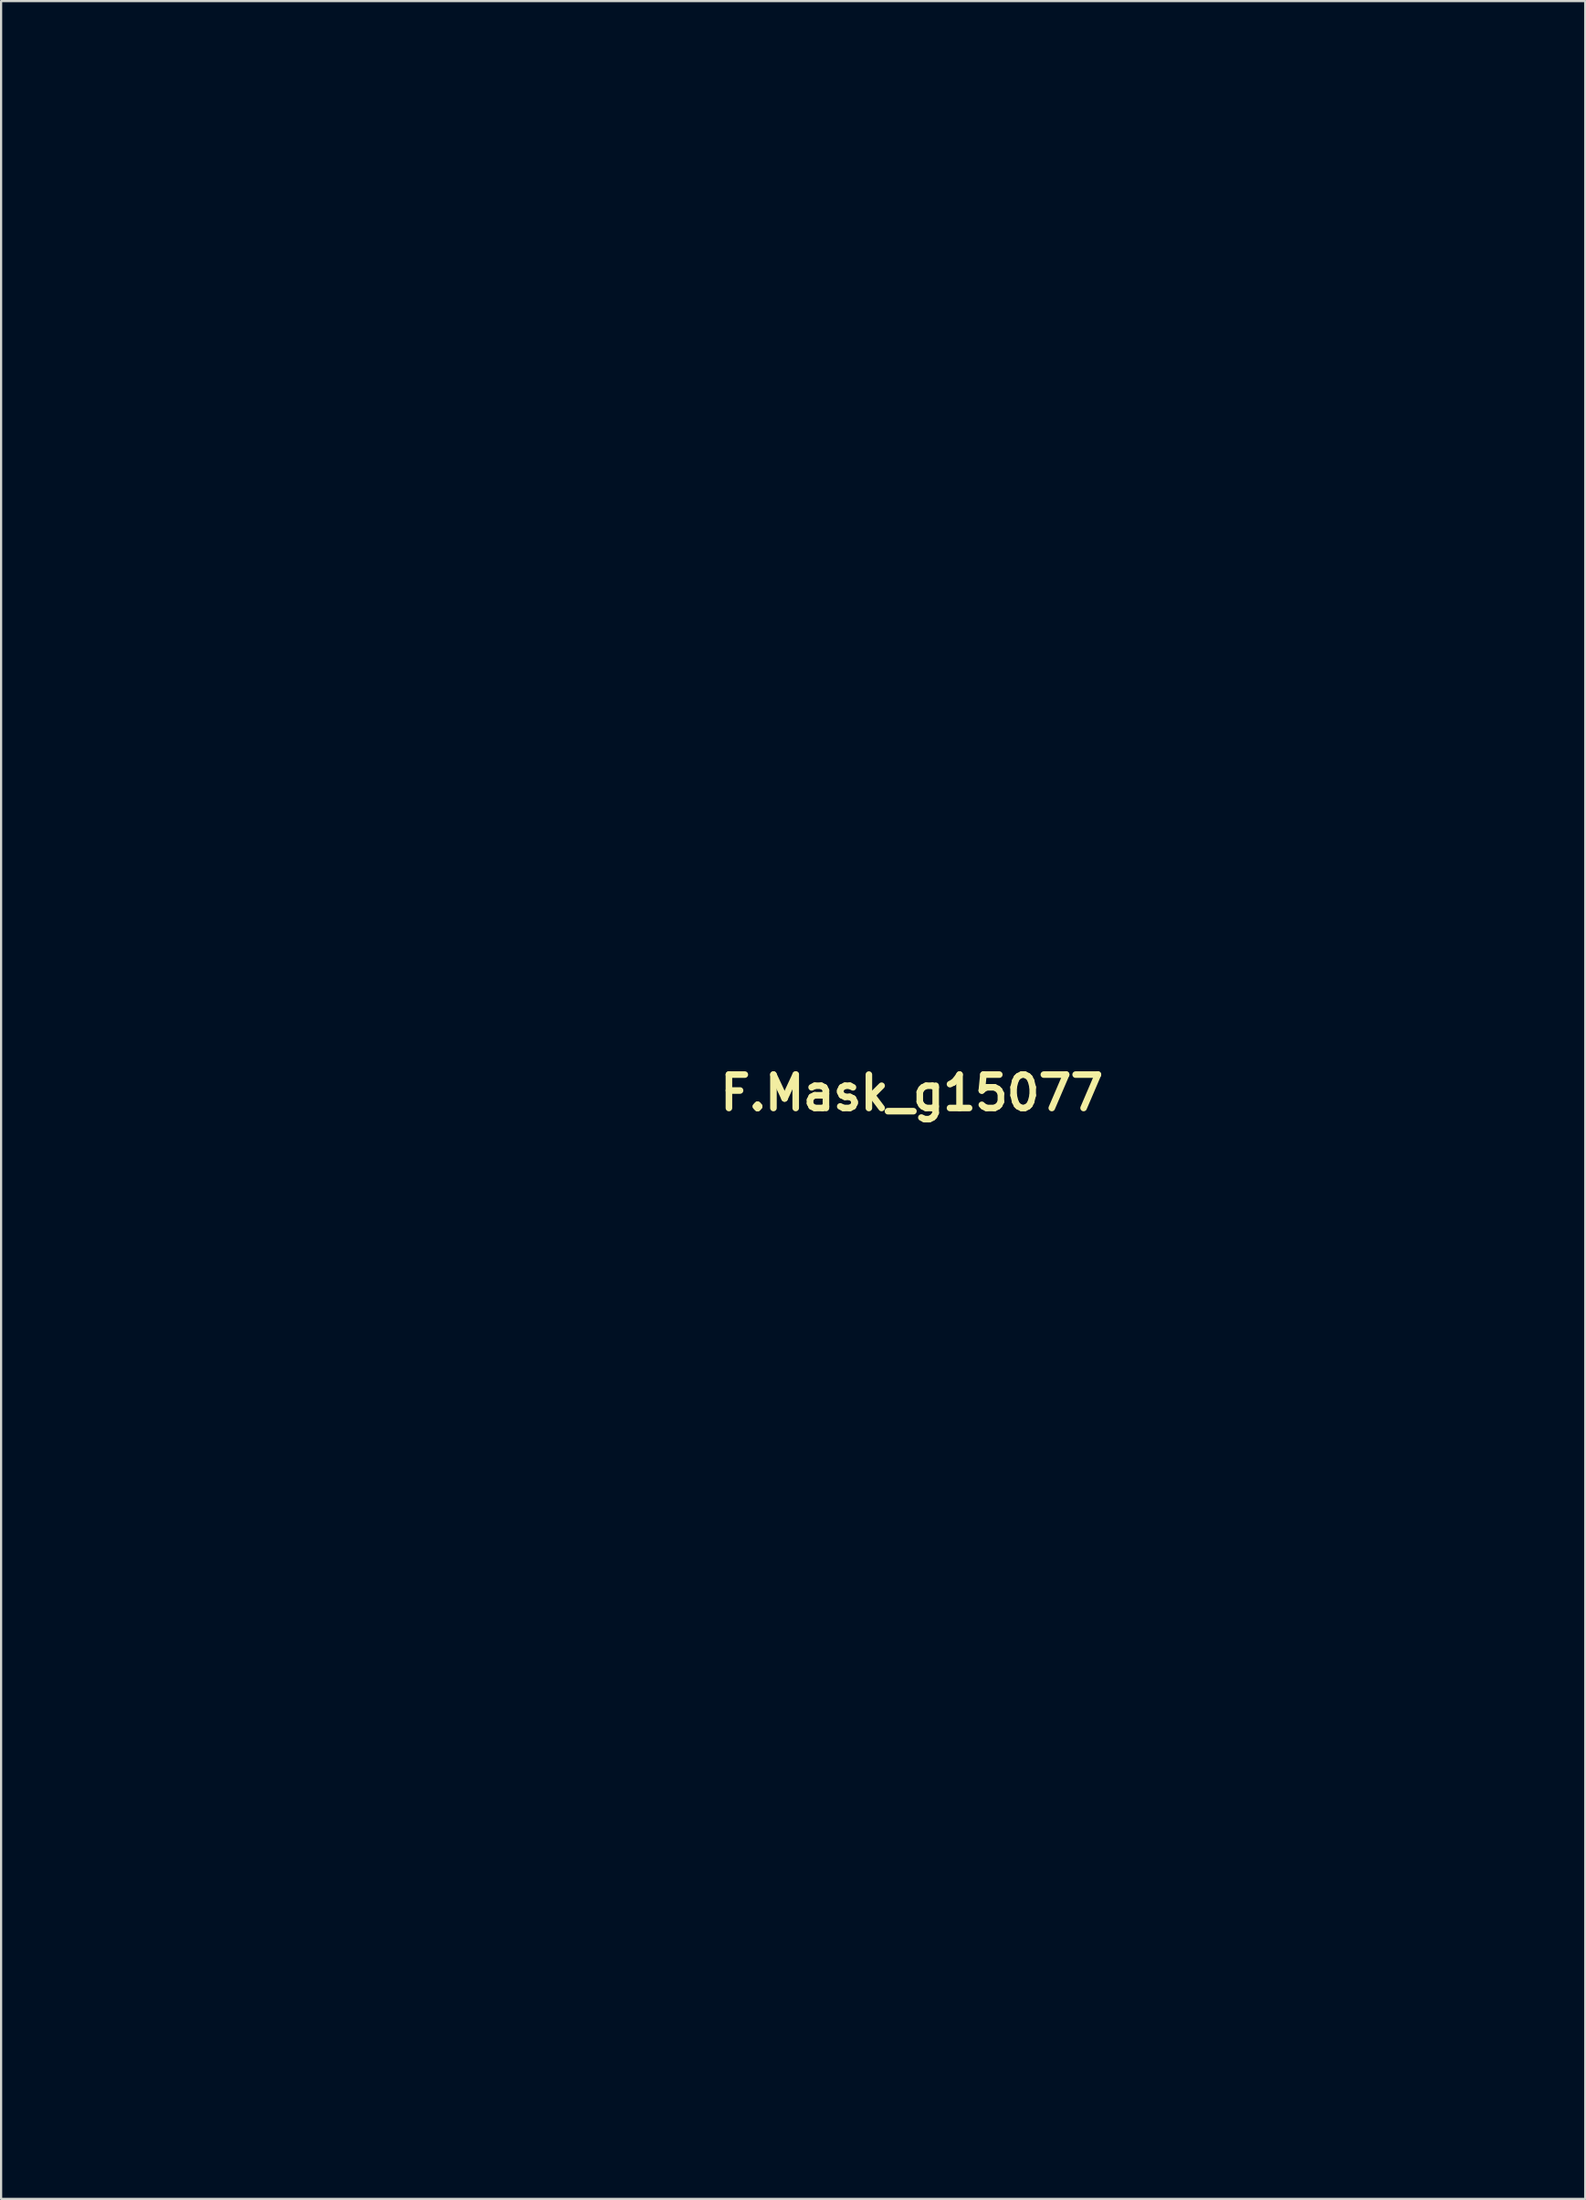
<source format=kicad_pcb>
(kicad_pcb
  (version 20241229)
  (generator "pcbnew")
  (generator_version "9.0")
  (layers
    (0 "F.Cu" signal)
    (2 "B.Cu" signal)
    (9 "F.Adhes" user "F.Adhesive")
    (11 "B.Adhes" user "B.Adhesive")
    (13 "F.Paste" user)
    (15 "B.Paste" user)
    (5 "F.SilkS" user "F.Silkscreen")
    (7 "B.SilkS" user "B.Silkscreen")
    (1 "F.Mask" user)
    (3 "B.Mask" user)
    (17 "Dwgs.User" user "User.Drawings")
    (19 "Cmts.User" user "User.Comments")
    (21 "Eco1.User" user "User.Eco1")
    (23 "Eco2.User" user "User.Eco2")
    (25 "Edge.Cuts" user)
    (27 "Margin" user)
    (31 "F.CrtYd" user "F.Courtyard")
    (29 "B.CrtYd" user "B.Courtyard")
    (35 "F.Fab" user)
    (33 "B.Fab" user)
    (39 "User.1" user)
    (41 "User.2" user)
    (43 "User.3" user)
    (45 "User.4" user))
  (footprint "F.Mask_g15077"
    (layer "F.Cu")
    (at 38.554 46.806)
    (property "Reference" "F.Mask_g15077" (at 0 0 0) (layer "F.SilkS") (effects (font (size 1.524 1.524) (thickness 0.3))))
    (attr through_hole)
    (fp_poly (pts (xy 27.514 -18.717) (xy 27.573 -18.667) (xy 27.637 -18.557) (xy 27.66 -18.512) (xy 27.72 -18.303) (xy 27.711 -18.063) (xy 27.632 -17.808) (xy 27.622 -17.786) (xy 27.538 -17.55) (xy 27.525 -17.351) (xy 27.58 -17.187) (xy 27.627 -17.097) (xy 27.627 -17.045) (xy 27.566 -17.011) (xy 27.456 -16.981) (xy 27.329 -16.949) (xy 27.26 -16.938) (xy 27.223 -16.947) (xy 27.193 -16.978) (xy 27.184 -16.989) (xy 27.109 -17.116) (xy 27.046 -17.283) (xy 27.012 -17.446) (xy 27.009 -17.493) (xy 27.028 -17.612) (xy 27.074 -17.762) (xy 27.108 -17.843) (xy 27.189 -18.03) (xy 27.23 -18.167) (xy 27.235 -18.276) (xy 27.205 -18.38) (xy 27.178 -18.437) (xy 27.129 -18.537) (xy 27.105 -18.599) (xy 27.105 -18.607) (xy 27.147 -18.623) (xy 27.244 -18.657) (xy 27.313 -18.681) (xy 27.436 -18.717) (xy 27.514 -18.717)) (stroke (width 0.01) (type solid)) (fill yes) (layer "F.Mask"))
    (fp_poly (pts (xy -7.093 -37.78) (xy -7.047 -37.7) (xy -7.051 -37.653) (xy -7.098 -37.611) (xy -7.239 -37.52) (xy -7.434 -37.415) (xy -7.658 -37.308) (xy -7.883 -37.212) (xy -8.084 -37.14) (xy -8.129 -37.126) (xy -8.415 -37.065) (xy -8.75 -37.028) (xy -9.101 -37.014) (xy -9.435 -37.027) (xy -9.68 -37.059) (xy -9.893 -37.107) (xy -10.124 -37.172) (xy -10.357 -37.248) (xy -10.575 -37.328) (xy -10.762 -37.407) (xy -10.901 -37.478) (xy -10.976 -37.536) (xy -10.98 -37.541) (xy -10.975 -37.601) (xy -10.929 -37.678) (xy -10.869 -37.741) (xy -10.816 -37.744) (xy -10.746 -37.703) (xy -10.604 -37.629) (xy -10.401 -37.547) (xy -10.161 -37.465) (xy -9.905 -37.391) (xy -9.657 -37.332) (xy -9.554 -37.312) (xy -9.062 -37.268) (xy -8.567 -37.306) (xy -8.082 -37.422) (xy -7.618 -37.614) (xy -7.297 -37.801) (xy -7.165 -37.89) (xy -7.093 -37.78)) (stroke (width 0.01) (type solid)) (fill yes) (layer "F.Mask"))
    (fp_poly (pts (xy -23.974 1.857) (xy -23.749 1.938) (xy -23.657 1.995) (xy -23.487 2.164) (xy -23.382 2.371) (xy -23.343 2.599) (xy -23.371 2.831) (xy -23.468 3.048) (xy -23.574 3.179) (xy -23.784 3.335) (xy -24.019 3.411) (xy -24.275 3.405) (xy -24.375 3.381) (xy -24.541 3.297) (xy -24.698 3.153) (xy -24.823 2.977) (xy -24.886 2.822) (xy -24.906 2.619) (xy -24.469 2.619) (xy -24.433 2.777) (xy -24.341 2.892) (xy -24.211 2.957) (xy -24.064 2.962) (xy -23.922 2.898) (xy -23.889 2.871) (xy -23.805 2.743) (xy -23.788 2.599) (xy -23.831 2.462) (xy -23.925 2.352) (xy -24.061 2.292) (xy -24.124 2.286) (xy -24.289 2.322) (xy -24.407 2.42) (xy -24.465 2.567) (xy -24.469 2.619) (xy -24.906 2.619) (xy -24.91 2.576) (xy -24.863 2.353) (xy -24.756 2.16) (xy -24.602 2.006) (xy -24.412 1.899) (xy -24.199 1.847) (xy -23.974 1.857)) (stroke (width 0.01) (type solid)) (fill yes) (layer "F.Mask"))
    (fp_poly (pts (xy 25.862 -7.18) (xy 26.084 -7.109) (xy 26.224 -7.021) (xy 26.371 -6.856) (xy 26.461 -6.649) (xy 26.493 -6.421) (xy 26.468 -6.193) (xy 26.384 -5.985) (xy 26.262 -5.837) (xy 26.068 -5.713) (xy 25.843 -5.645) (xy 25.614 -5.635) (xy 25.407 -5.687) (xy 25.379 -5.701) (xy 25.164 -5.857) (xy 25.017 -6.06) (xy 24.943 -6.299) (xy 24.935 -6.411) (xy 24.936 -6.413) (xy 25.358 -6.413) (xy 25.392 -6.297) (xy 25.481 -6.177) (xy 25.603 -6.087) (xy 25.718 -6.054) (xy 25.834 -6.088) (xy 25.954 -6.177) (xy 26.044 -6.299) (xy 26.077 -6.413) (xy 26.043 -6.53) (xy 25.954 -6.65) (xy 25.832 -6.74) (xy 25.718 -6.773) (xy 25.601 -6.739) (xy 25.481 -6.65) (xy 25.391 -6.528) (xy 25.358 -6.413) (xy 24.936 -6.413) (xy 24.971 -6.648) (xy 25.074 -6.85) (xy 25.228 -7.011) (xy 25.42 -7.124) (xy 25.636 -7.183) (xy 25.862 -7.18)) (stroke (width 0.01) (type solid)) (fill yes) (layer "F.Mask"))
    (fp_poly (pts (xy -23.866 -12.398) (xy -23.657 -12.28) (xy -23.549 -12.178) (xy -23.405 -11.96) (xy -23.345 -11.731) (xy -23.368 -11.49) (xy -23.476 -11.236) (xy -23.477 -11.233) (xy -23.619 -11.066) (xy -23.812 -10.949) (xy -24.035 -10.887) (xy -24.267 -10.888) (xy -24.448 -10.939) (xy -24.606 -11.044) (xy -24.75 -11.205) (xy -24.863 -11.393) (xy -24.926 -11.583) (xy -24.934 -11.663) (xy -24.934 -11.664) (xy -24.47 -11.664) (xy -24.433 -11.509) (xy -24.342 -11.386) (xy -24.211 -11.314) (xy -24.13 -11.303) (xy -23.981 -11.343) (xy -23.895 -11.407) (xy -23.811 -11.541) (xy -23.791 -11.691) (xy -23.83 -11.833) (xy -23.922 -11.946) (xy -24.042 -12.001) (xy -24.174 -12) (xy -24.309 -11.954) (xy -24.412 -11.879) (xy -24.442 -11.83) (xy -24.47 -11.664) (xy -24.934 -11.664) (xy -24.91 -11.799) (xy -24.85 -11.961) (xy -24.769 -12.107) (xy -24.737 -12.15) (xy -24.545 -12.32) (xy -24.326 -12.418) (xy -24.095 -12.444) (xy -23.866 -12.398)) (stroke (width 0.01) (type solid)) (fill yes) (layer "F.Mask"))
    (fp_poly (pts (xy 21.367 -20.828) (xy 21.394 -20.389) (xy 21.453 -20.016) (xy 21.541 -19.713) (xy 21.657 -19.485) (xy 21.721 -19.405) (xy 21.803 -19.343) (xy 21.935 -19.267) (xy 22.085 -19.196) (xy 22.225 -19.133) (xy 22.294 -19.087) (xy 22.288 -19.053) (xy 22.205 -19.026) (xy 22.042 -18.999) (xy 21.975 -18.99) (xy 21.769 -18.95) (xy 21.607 -18.882) (xy 21.459 -18.767) (xy 21.337 -18.639) (xy 21.237 -18.506) (xy 21.122 -18.321) (xy 21.004 -18.11) (xy 20.896 -17.895) (xy 20.811 -17.702) (xy 20.762 -17.558) (xy 20.735 -17.485) (xy 20.686 -17.453) (xy 20.592 -17.455) (xy 20.495 -17.472) (xy 20.427 -17.497) (xy 20.411 -17.556) (xy 20.421 -17.618) (xy 20.458 -17.739) (xy 20.528 -17.911) (xy 20.619 -18.111) (xy 20.721 -18.316) (xy 20.823 -18.505) (xy 20.915 -18.655) (xy 21.031 -18.808) (xy 21.169 -18.966) (xy 21.236 -19.033) (xy 21.419 -19.207) (xy 21.297 -19.435) (xy 21.174 -19.737) (xy 21.087 -20.109) (xy 21.038 -20.544) (xy 21.029 -20.765) (xy 21.018 -21.23) (xy 21.357 -21.23) (xy 21.367 -20.828)) (stroke (width 0.01) (type solid)) (fill yes) (layer "F.Mask"))
    (fp_poly (pts (xy -10.562 -43.031) (xy -10.4 -42.996) (xy -10.211 -42.947) (xy -10.013 -42.889) (xy -9.824 -42.827) (xy -9.732 -42.793) (xy -9.536 -42.708) (xy -9.333 -42.602) (xy -9.167 -42.5) (xy -8.924 -42.33) (xy -8.78 -42.44) (xy -8.551 -42.583) (xy -8.26 -42.718) (xy -7.93 -42.836) (xy -7.585 -42.929) (xy -7.245 -42.99) (xy -7.186 -42.997) (xy -6.943 -43.023) (xy -6.943 -42.684) (xy -7.154 -42.659) (xy -7.479 -42.604) (xy -7.803 -42.519) (xy -8.107 -42.411) (xy -8.369 -42.288) (xy -8.569 -42.158) (xy -8.581 -42.148) (xy -8.694 -42.012) (xy -8.776 -41.818) (xy -8.784 -41.792) (xy -8.841 -41.589) (xy -8.881 -41.462) (xy -8.911 -41.407) (xy -8.937 -41.42) (xy -8.967 -41.495) (xy -9.008 -41.629) (xy -9.012 -41.644) (xy -9.109 -41.899) (xy -9.231 -42.092) (xy -9.395 -42.244) (xy -9.502 -42.313) (xy -9.691 -42.407) (xy -9.934 -42.502) (xy -10.202 -42.59) (xy -10.466 -42.659) (xy -10.548 -42.677) (xy -10.804 -42.727) (xy -10.78 -42.874) (xy -10.758 -42.979) (xy -10.735 -43.041) (xy -10.733 -43.045) (xy -10.679 -43.049) (xy -10.562 -43.031)) (stroke (width 0.01) (type solid)) (fill yes) (layer "F.Mask"))
    (fp_poly (pts (xy -23.656 -33.469) (xy -23.505 -33.313) (xy -23.383 -33.213) (xy -23.269 -33.156) (xy -23.228 -33.143) (xy -23.027 -33.109) (xy -22.768 -33.097) (xy -22.476 -33.107) (xy -22.174 -33.137) (xy -21.998 -33.166) (xy -21.83 -33.195) (xy -21.697 -33.214) (xy -21.618 -33.22) (xy -21.605 -33.218) (xy -21.586 -33.168) (xy -21.565 -33.069) (xy -21.563 -33.055) (xy -21.553 -32.97) (xy -21.57 -32.921) (xy -21.633 -32.89) (xy -21.758 -32.859) (xy -22.205 -32.775) (xy -22.614 -32.744) (xy -23.013 -32.764) (xy -23.41 -32.83) (xy -23.481 -32.834) (xy -23.533 -32.796) (xy -23.587 -32.697) (xy -23.597 -32.677) (xy -23.693 -32.517) (xy -23.846 -32.328) (xy -24.04 -32.123) (xy -24.261 -31.92) (xy -24.494 -31.733) (xy -24.541 -31.698) (xy -24.722 -31.569) (xy -24.848 -31.485) (xy -24.933 -31.444) (xy -24.989 -31.44) (xy -25.03 -31.469) (xy -25.07 -31.528) (xy -25.073 -31.533) (xy -25.122 -31.623) (xy -25.146 -31.677) (xy -25.146 -31.68) (xy -25.113 -31.712) (xy -25.026 -31.778) (xy -24.902 -31.866) (xy -24.858 -31.895) (xy -24.548 -32.121) (xy -24.281 -32.352) (xy -24.071 -32.574) (xy -23.966 -32.716) (xy -23.885 -32.87) (xy -23.843 -33.033) (xy -23.836 -33.228) (xy -23.862 -33.475) (xy -23.872 -33.542) (xy -23.906 -33.746) (xy -23.656 -33.469)) (stroke (width 0.01) (type solid)) (fill yes) (layer "F.Mask"))
    (fp_poly (pts (xy 12.738 10.966) (xy 12.9 10.974) (xy 13.018 10.99) (xy 13.112 11.017) (xy 13.203 11.058) (xy 13.206 11.06) (xy 13.314 11.121) (xy 13.396 11.187) (xy 13.457 11.271) (xy 13.499 11.383) (xy 13.525 11.537) (xy 13.54 11.743) (xy 13.546 12.013) (xy 13.547 12.255) (xy 13.545 12.575) (xy 13.537 12.824) (xy 13.52 13.012) (xy 13.493 13.153) (xy 13.451 13.258) (xy 13.392 13.34) (xy 13.313 13.412) (xy 13.279 13.438) (xy 13.221 13.474) (xy 13.15 13.499) (xy 13.051 13.516) (xy 12.906 13.528) (xy 12.701 13.535) (xy 12.581 13.538) (xy 12.336 13.541) (xy 12.159 13.539) (xy 12.033 13.529) (xy 11.941 13.51) (xy 11.866 13.48) (xy 11.854 13.474) (xy 11.73 13.386) (xy 11.621 13.269) (xy 11.611 13.255) (xy 11.578 13.202) (xy 11.554 13.147) (xy 11.537 13.077) (xy 11.525 12.978) (xy 11.519 12.839) (xy 11.516 12.646) (xy 11.515 12.386) (xy 11.515 12.255) (xy 11.515 11.964) (xy 11.517 11.745) (xy 11.522 11.585) (xy 11.531 11.471) (xy 11.546 11.391) (xy 11.567 11.331) (xy 11.596 11.279) (xy 11.611 11.256) (xy 11.701 11.143) (xy 11.806 11.062) (xy 11.941 11.009) (xy 12.121 10.979) (xy 12.363 10.966) (xy 12.511 10.964) (xy 12.738 10.966)) (stroke (width 0.01) (type solid)) (fill yes) (layer "F.Mask"))
    (fp_poly (pts (xy -15.464 10.986) (xy -15.29 10.99) (xy -15.169 10.999) (xy -15.085 11.016) (xy -15.021 11.041) (xy -14.961 11.079) (xy -14.949 11.087) (xy -14.867 11.153) (xy -14.804 11.226) (xy -14.757 11.317) (xy -14.725 11.438) (xy -14.705 11.602) (xy -14.694 11.821) (xy -14.69 12.106) (xy -14.69 12.29) (xy -14.69 12.575) (xy -14.692 12.788) (xy -14.698 12.942) (xy -14.708 13.052) (xy -14.723 13.13) (xy -14.746 13.188) (xy -14.777 13.242) (xy -14.786 13.255) (xy -14.874 13.366) (xy -14.975 13.446) (xy -15.106 13.499) (xy -15.281 13.53) (xy -15.515 13.544) (xy -15.706 13.547) (xy -15.949 13.544) (xy -16.125 13.535) (xy -16.252 13.517) (xy -16.346 13.489) (xy -16.382 13.473) (xy -16.506 13.385) (xy -16.615 13.269) (xy -16.626 13.255) (xy -16.659 13.201) (xy -16.683 13.145) (xy -16.701 13.072) (xy -16.712 12.971) (xy -16.718 12.828) (xy -16.721 12.63) (xy -16.722 12.363) (xy -16.722 12.29) (xy -16.72 11.965) (xy -16.713 11.712) (xy -16.698 11.52) (xy -16.673 11.377) (xy -16.635 11.271) (xy -16.581 11.19) (xy -16.509 11.122) (xy -16.462 11.087) (xy -16.401 11.047) (xy -16.339 11.019) (xy -16.259 11.001) (xy -16.146 10.991) (xy -15.983 10.987) (xy -15.754 10.986) (xy -15.706 10.986) (xy -15.464 10.986)) (stroke (width 0.01) (type solid)) (fill yes) (layer "F.Mask"))
    (fp_poly (pts (xy -10.734 -41.682) (xy -10.628 -41.66) (xy -10.474 -41.625) (xy -10.334 -41.592) (xy -9.989 -41.494) (xy -9.671 -41.375) (xy -9.396 -41.244) (xy -9.183 -41.108) (xy -9.138 -41.071) (xy -8.985 -40.937) (xy -8.704 -41.126) (xy -8.376 -41.305) (xy -7.971 -41.454) (xy -7.488 -41.574) (xy -7.411 -41.589) (xy -7.247 -41.62) (xy -7.115 -41.643) (xy -7.037 -41.655) (xy -7.027 -41.656) (xy -7.003 -41.618) (xy -6.982 -41.525) (xy -6.978 -41.487) (xy -6.972 -41.378) (xy -6.995 -41.325) (xy -7.067 -41.302) (xy -7.111 -41.295) (xy -7.486 -41.225) (xy -7.836 -41.134) (xy -8.145 -41.028) (xy -8.399 -40.91) (xy -8.581 -40.789) (xy -8.684 -40.689) (xy -8.752 -40.582) (xy -8.806 -40.437) (xy -8.828 -40.355) (xy -8.869 -40.208) (xy -8.906 -40.094) (xy -8.93 -40.037) (xy -8.931 -40.037) (xy -8.955 -40.058) (xy -8.996 -40.144) (xy -9.045 -40.276) (xy -9.056 -40.312) (xy -9.136 -40.522) (xy -9.229 -40.677) (xy -9.314 -40.772) (xy -9.476 -40.892) (xy -9.7 -41.013) (xy -9.968 -41.124) (xy -10.257 -41.218) (xy -10.421 -41.259) (xy -10.578 -41.294) (xy -10.705 -41.323) (xy -10.778 -41.341) (xy -10.782 -41.342) (xy -10.814 -41.393) (xy -10.808 -41.516) (xy -10.79 -41.622) (xy -10.777 -41.682) (xy -10.776 -41.687) (xy -10.734 -41.682)) (stroke (width 0.01) (type solid)) (fill yes) (layer "F.Mask"))
    (fp_poly (pts (xy -23.325 -32.429) (xy -23.257 -32.353) (xy -23.164 -32.244) (xy -23.156 -32.235) (xy -22.989 -32.058) (xy -22.824 -31.937) (xy -22.639 -31.864) (xy -22.412 -31.83) (xy -22.188 -31.824) (xy -21.958 -31.833) (xy -21.71 -31.855) (xy -21.49 -31.885) (xy -21.444 -31.894) (xy -21.283 -31.921) (xy -21.155 -31.935) (xy -21.082 -31.932) (xy -21.074 -31.928) (xy -21.043 -31.866) (xy -21.015 -31.766) (xy -20.989 -31.636) (xy -21.343 -31.567) (xy -21.733 -31.502) (xy -22.063 -31.47) (xy -22.351 -31.472) (xy -22.615 -31.506) (xy -22.645 -31.513) (xy -22.796 -31.543) (xy -22.91 -31.564) (xy -22.966 -31.57) (xy -22.968 -31.569) (xy -22.99 -31.529) (xy -23.038 -31.438) (xy -23.073 -31.369) (xy -23.175 -31.212) (xy -23.332 -31.025) (xy -23.529 -30.825) (xy -23.749 -30.626) (xy -23.977 -30.444) (xy -24.096 -30.36) (xy -24.24 -30.265) (xy -24.356 -30.19) (xy -24.428 -30.148) (xy -24.441 -30.141) (xy -24.473 -30.174) (xy -24.527 -30.255) (xy -24.544 -30.283) (xy -24.627 -30.425) (xy -24.295 -30.644) (xy -24.063 -30.813) (xy -23.838 -31.002) (xy -23.637 -31.198) (xy -23.473 -31.385) (xy -23.363 -31.547) (xy -23.347 -31.58) (xy -23.309 -31.678) (xy -23.29 -31.77) (xy -23.291 -31.885) (xy -23.308 -32.049) (xy -23.315 -32.101) (xy -23.335 -32.261) (xy -23.349 -32.384) (xy -23.354 -32.45) (xy -23.354 -32.455) (xy -23.325 -32.429)) (stroke (width 0.01) (type solid)) (fill yes) (layer "F.Mask"))
    (fp_poly (pts (xy 25.823 -15.908) (xy 26.125 -15.778) (xy 26.383 -15.585) (xy 26.452 -15.513) (xy 26.636 -15.252) (xy 26.752 -14.959) (xy 26.804 -14.622) (xy 26.808 -14.49) (xy 26.805 -14.3) (xy 26.788 -14.159) (xy 26.749 -14.032) (xy 26.682 -13.882) (xy 26.674 -13.867) (xy 26.52 -13.615) (xy 26.331 -13.426) (xy 26.098 -13.295) (xy 25.808 -13.215) (xy 25.527 -13.182) (xy 25.308 -13.178) (xy 25.134 -13.2) (xy 24.99 -13.241) (xy 24.665 -13.396) (xy 24.408 -13.602) (xy 24.217 -13.86) (xy 24.093 -14.169) (xy 24.037 -14.53) (xy 24.035 -14.587) (xy 24.623 -14.587) (xy 24.661 -14.338) (xy 24.766 -14.141) (xy 24.937 -13.996) (xy 25.102 -13.925) (xy 25.29 -13.894) (xy 25.51 -13.895) (xy 25.717 -13.927) (xy 25.748 -13.936) (xy 25.958 -14.038) (xy 26.115 -14.198) (xy 26.202 -14.386) (xy 26.229 -14.621) (xy 26.181 -14.831) (xy 26.068 -15.008) (xy 25.901 -15.143) (xy 25.686 -15.23) (xy 25.435 -15.26) (xy 25.222 -15.239) (xy 24.969 -15.16) (xy 24.785 -15.032) (xy 24.669 -14.856) (xy 24.623 -14.634) (xy 24.623 -14.587) (xy 24.035 -14.587) (xy 24.033 -14.655) (xy 24.035 -14.848) (xy 24.05 -14.988) (xy 24.083 -15.11) (xy 24.141 -15.246) (xy 24.166 -15.296) (xy 24.328 -15.552) (xy 24.534 -15.744) (xy 24.793 -15.876) (xy 25.113 -15.955) (xy 25.146 -15.96) (xy 25.492 -15.97) (xy 25.823 -15.908)) (stroke (width 0.01) (type solid)) (fill yes) (layer "F.Mask"))
    (fp_poly (pts (xy 16.081 -22.864) (xy 16.166 -22.797) (xy 16.211 -22.748) (xy 16.213 -22.741) (xy 16.187 -22.699) (xy 16.117 -22.607) (xy 16.014 -22.481) (xy 15.917 -22.366) (xy 15.666 -22.098) (xy 15.403 -21.861) (xy 15.144 -21.669) (xy 14.913 -21.54) (xy 14.805 -21.487) (xy 14.758 -21.44) (xy 14.755 -21.374) (xy 14.765 -21.324) (xy 14.783 -21.183) (xy 14.791 -20.987) (xy 14.789 -20.761) (xy 14.779 -20.535) (xy 14.761 -20.336) (xy 14.736 -20.193) (xy 14.663 -19.926) (xy 14.598 -19.703) (xy 14.544 -19.532) (xy 14.505 -19.425) (xy 14.482 -19.39) (xy 14.43 -19.407) (xy 14.335 -19.445) (xy 14.319 -19.452) (xy 14.228 -19.495) (xy 14.183 -19.525) (xy 14.182 -19.528) (xy 14.194 -19.574) (xy 14.227 -19.676) (xy 14.265 -19.788) (xy 14.328 -19.998) (xy 14.386 -20.243) (xy 14.434 -20.493) (xy 14.467 -20.719) (xy 14.478 -20.886) (xy 14.461 -21.109) (xy 14.403 -21.295) (xy 14.292 -21.468) (xy 14.124 -21.647) (xy 14.002 -21.766) (xy 13.939 -21.838) (xy 13.929 -21.87) (xy 13.967 -21.87) (xy 13.97 -21.869) (xy 14.067 -21.852) (xy 14.215 -21.833) (xy 14.358 -21.817) (xy 14.527 -21.807) (xy 14.652 -21.817) (xy 14.77 -21.855) (xy 14.844 -21.889) (xy 14.957 -21.96) (xy 15.109 -22.079) (xy 15.284 -22.23) (xy 15.464 -22.399) (xy 15.633 -22.569) (xy 15.775 -22.724) (xy 15.862 -22.835) (xy 15.948 -22.959) (xy 16.081 -22.864)) (stroke (width 0.01) (type solid)) (fill yes) (layer "F.Mask"))
    (fp_poly (pts (xy -2.957 11.6) (xy -2.776 11.603) (xy -2.649 11.61) (xy -2.563 11.624) (xy -2.504 11.645) (xy -2.455 11.677) (xy -2.426 11.701) (xy -2.307 11.804) (xy -2.293 12.476) (xy -2.288 12.731) (xy -2.288 12.916) (xy -2.293 13.045) (xy -2.304 13.132) (xy -2.324 13.192) (xy -2.353 13.238) (xy -2.363 13.252) (xy -2.429 13.313) (xy -2.518 13.35) (xy -2.658 13.372) (xy -2.716 13.377) (xy -2.985 13.399) (xy -2.996 13.966) (xy -3 14.198) (xy -2.999 14.362) (xy -2.991 14.472) (xy -2.975 14.544) (xy -2.949 14.594) (xy -2.925 14.622) (xy -2.829 14.778) (xy -2.814 14.945) (xy -2.854 15.065) (xy -2.968 15.207) (xy -3.114 15.278) (xy -3.274 15.276) (xy -3.431 15.198) (xy -3.475 15.159) (xy -3.567 15.015) (xy -3.589 14.854) (xy -3.582 14.828) (xy -3.364 14.828) (xy -3.363 14.938) (xy -3.351 14.966) (xy -3.278 15.05) (xy -3.182 15.066) (xy -3.092 15.009) (xy -3.05 14.908) (xy -3.07 14.811) (xy -3.144 14.748) (xy -3.179 14.74) (xy -3.298 14.757) (xy -3.364 14.828) (xy -3.582 14.828) (xy -3.547 14.699) (xy -3.443 14.574) (xy -3.369 14.529) (xy -3.324 14.506) (xy -3.293 14.476) (xy -3.274 14.423) (xy -3.264 14.332) (xy -3.26 14.189) (xy -3.26 13.978) (xy -3.26 13.95) (xy -3.26 13.42) (xy -3.618 13.42) (xy -3.859 13.411) (xy -4.031 13.383) (xy -4.146 13.331) (xy -4.217 13.251) (xy -4.225 13.235) (xy -4.243 13.161) (xy -4.261 13.021) (xy -4.277 12.832) (xy -4.291 12.613) (xy -4.294 12.54) (xy -4.304 12.258) (xy -4.3 12.039) (xy -4.274 11.875) (xy -4.216 11.758) (xy -4.118 11.68) (xy -3.969 11.633) (xy -3.762 11.609) (xy -3.487 11.601) (xy -3.209 11.6) (xy -2.957 11.6)) (stroke (width 0.01) (type solid)) (fill yes) (layer "F.Mask"))
    (fp_poly (pts (xy 26.67 -19.137) (xy 26.673 -18.919) (xy 26.681 -18.694) (xy 26.692 -18.503) (xy 26.696 -18.457) (xy 26.72 -18.182) (xy 25.807 -17.593) (xy 25.561 -17.433) (xy 25.341 -17.29) (xy 25.156 -17.169) (xy 25.015 -17.077) (xy 24.928 -17.018) (xy 24.903 -17) (xy 24.947 -17) (xy 25.06 -17.003) (xy 25.23 -17.007) (xy 25.44 -17.013) (xy 25.59 -17.018) (xy 26.268 -17.039) (xy 26.289 -17.209) (xy 26.306 -17.311) (xy 26.339 -17.362) (xy 26.412 -17.383) (xy 26.511 -17.391) (xy 26.712 -17.404) (xy 26.712 -17.111) (xy 26.716 -16.926) (xy 26.724 -16.7) (xy 26.737 -16.475) (xy 26.74 -16.432) (xy 26.767 -16.044) (xy 26.339 -16.044) (xy 26.309 -16.22) (xy 26.28 -16.395) (xy 25.169 -16.365) (xy 24.058 -16.334) (xy 24.03 -16.534) (xy 24.015 -16.693) (xy 24.005 -16.883) (xy 24.003 -16.992) (xy 24.004 -17.251) (xy 24.824 -17.78) (xy 25.062 -17.934) (xy 25.281 -18.075) (xy 25.467 -18.195) (xy 25.611 -18.288) (xy 25.701 -18.346) (xy 25.723 -18.36) (xy 25.739 -18.38) (xy 25.709 -18.394) (xy 25.623 -18.404) (xy 25.474 -18.409) (xy 25.251 -18.412) (xy 25.181 -18.413) (xy 24.956 -18.412) (xy 24.758 -18.408) (xy 24.603 -18.401) (xy 24.51 -18.393) (xy 24.493 -18.389) (xy 24.441 -18.331) (xy 24.426 -18.266) (xy 24.412 -18.131) (xy 24.357 -18.06) (xy 24.243 -18.035) (xy 24.195 -18.034) (xy 24.016 -18.034) (xy 23.988 -18.447) (xy 23.976 -18.672) (xy 23.966 -18.909) (xy 23.961 -19.116) (xy 23.961 -19.169) (xy 23.961 -19.478) (xy 24.362 -19.452) (xy 24.435 -19.05) (xy 25.182 -19.05) (xy 25.437 -19.052) (xy 25.674 -19.056) (xy 25.874 -19.062) (xy 26.021 -19.07) (xy 26.086 -19.077) (xy 26.182 -19.098) (xy 26.229 -19.136) (xy 26.249 -19.218) (xy 26.255 -19.299) (xy 26.268 -19.494) (xy 26.469 -19.518) (xy 26.67 -19.541) (xy 26.67 -19.137)) (stroke (width 0.01) (type solid)) (fill yes) (layer "F.Mask"))
    (fp_poly (pts (xy -18.148 -4.135) (xy -18.032 -4.125) (xy -18.007 -4.119) (xy -17.904 -4.066) (xy -17.83 -3.977) (xy -17.78 -3.839) (xy -17.75 -3.644) (xy -17.738 -3.378) (xy -17.738 -3.278) (xy -17.738 -2.767) (xy -17.429 -2.552) (xy -17.276 -2.448) (xy -17.168 -2.386) (xy -17.083 -2.357) (xy -16.998 -2.352) (xy -16.932 -2.358) (xy -16.79 -2.362) (xy -16.686 -2.328) (xy -16.628 -2.288) (xy -16.523 -2.159) (xy -16.482 -2.006) (xy -16.502 -1.849) (xy -16.578 -1.713) (xy -16.709 -1.62) (xy -16.727 -1.613) (xy -16.832 -1.579) (xy -16.9 -1.573) (xy -16.974 -1.599) (xy -17.044 -1.633) (xy -17.183 -1.746) (xy -17.26 -1.908) (xy -17.272 -2.008) (xy -17.041 -2.008) (xy -17.033 -1.936) (xy -17.021 -1.91) (xy -16.943 -1.838) (xy -16.841 -1.823) (xy -16.75 -1.866) (xy -16.723 -1.902) (xy -16.699 -2.012) (xy -16.737 -2.097) (xy -16.816 -2.142) (xy -16.915 -2.132) (xy -16.985 -2.084) (xy -17.041 -2.008) (xy -17.272 -2.008) (xy -17.272 -2.012) (xy -17.292 -2.084) (xy -17.36 -2.167) (xy -17.488 -2.272) (xy -17.534 -2.306) (xy -17.667 -2.401) (xy -17.752 -2.452) (xy -17.806 -2.465) (xy -17.849 -2.446) (xy -17.877 -2.423) (xy -17.917 -2.396) (xy -17.977 -2.376) (xy -18.069 -2.362) (xy -18.207 -2.351) (xy -18.403 -2.343) (xy -18.667 -2.338) (xy -18.736 -2.336) (xy -19.514 -2.323) (xy -19.621 -2.43) (xy -19.666 -2.48) (xy -19.697 -2.536) (xy -19.717 -2.614) (xy -19.728 -2.731) (xy -19.734 -2.906) (xy -19.737 -3.035) (xy -19.742 -3.326) (xy -19.745 -3.544) (xy -19.743 -3.701) (xy -19.736 -3.811) (xy -19.722 -3.884) (xy -19.7 -3.933) (xy -19.668 -3.97) (xy -19.632 -4.002) (xy -19.584 -4.038) (xy -19.527 -4.064) (xy -19.447 -4.084) (xy -19.328 -4.099) (xy -19.159 -4.111) (xy -18.923 -4.123) (xy -18.824 -4.128) (xy -18.559 -4.137) (xy -18.329 -4.139) (xy -18.148 -4.135)) (stroke (width 0.01) (type solid)) (fill yes) (layer "F.Mask"))
    (fp_poly (pts (xy -34.949 -23.968) (xy -34.745 -23.873) (xy -34.568 -23.734) (xy -34.442 -23.568) (xy -34.409 -23.493) (xy -34.361 -23.477) (xy -34.239 -23.479) (xy -34.052 -23.5) (xy -34.04 -23.502) (xy -33.836 -23.537) (xy -33.703 -23.576) (xy -33.626 -23.624) (xy -33.616 -23.635) (xy -33.496 -23.769) (xy -33.392 -23.843) (xy -33.282 -23.873) (xy -33.222 -23.876) (xy -33.049 -23.84) (xy -32.924 -23.741) (xy -32.858 -23.591) (xy -32.851 -23.515) (xy -32.875 -23.336) (xy -32.954 -23.212) (xy -33.087 -23.131) (xy -33.202 -23.094) (xy -33.298 -23.102) (xy -33.369 -23.128) (xy -33.479 -23.185) (xy -33.556 -23.245) (xy -33.559 -23.249) (xy -33.593 -23.277) (xy -33.646 -23.29) (xy -33.736 -23.286) (xy -33.882 -23.267) (xy -33.993 -23.249) (xy -34.176 -23.216) (xy -34.291 -23.188) (xy -34.351 -23.159) (xy -34.373 -23.122) (xy -34.375 -23.106) (xy -34.399 -22.999) (xy -34.46 -22.862) (xy -34.54 -22.73) (xy -34.614 -22.643) (xy -34.831 -22.506) (xy -35.074 -22.444) (xy -35.328 -22.46) (xy -35.5 -22.517) (xy -35.7 -22.647) (xy -35.836 -22.816) (xy -35.914 -23.012) (xy -35.934 -23.22) (xy -35.518 -23.22) (xy -35.482 -23.099) (xy -35.391 -22.982) (xy -35.272 -22.893) (xy -35.158 -22.86) (xy -35.041 -22.894) (xy -34.922 -22.984) (xy -34.831 -23.105) (xy -34.798 -23.22) (xy -34.834 -23.34) (xy -34.924 -23.457) (xy -33.389 -23.457) (xy -33.346 -23.372) (xy -33.255 -23.327) (xy -33.232 -23.326) (xy -33.142 -23.356) (xy -33.106 -23.387) (xy -33.069 -23.482) (xy -33.092 -23.574) (xy -33.157 -23.641) (xy -33.246 -23.66) (xy -33.306 -23.638) (xy -33.378 -23.555) (xy -33.389 -23.457) (xy -34.924 -23.457) (xy -34.925 -23.458) (xy -35.043 -23.547) (xy -35.158 -23.58) (xy -35.278 -23.544) (xy -35.396 -23.453) (xy -35.485 -23.334) (xy -35.518 -23.22) (xy -35.934 -23.22) (xy -35.934 -23.221) (xy -35.901 -23.429) (xy -35.817 -23.623) (xy -35.686 -23.791) (xy -35.511 -23.917) (xy -35.294 -23.99) (xy -35.156 -24.002) (xy -34.949 -23.968)) (stroke (width 0.01) (type solid)) (fill yes) (layer "F.Mask"))
    (fp_poly (pts (xy -25.926 -6.177) (xy -25.699 -6.173) (xy -25.445 -6.167) (xy -25.261 -6.161) (xy -25.134 -6.151) (xy -25.048 -6.136) (xy -24.989 -6.113) (xy -24.943 -6.081) (xy -24.916 -6.057) (xy -24.807 -5.954) (xy -24.807 -5.219) (xy -24.809 -4.891) (xy -24.818 -4.638) (xy -24.846 -4.451) (xy -24.9 -4.321) (xy -24.989 -4.238) (xy -25.123 -4.193) (xy -25.31 -4.176) (xy -25.559 -4.179) (xy -25.795 -4.187) (xy -26.038 -4.197) (xy -26.211 -4.207) (xy -26.329 -4.219) (xy -26.406 -4.237) (xy -26.458 -4.264) (xy -26.499 -4.301) (xy -26.526 -4.331) (xy -26.577 -4.4) (xy -26.607 -4.476) (xy -26.623 -4.582) (xy -26.627 -4.742) (xy -26.628 -4.807) (xy -26.628 -5.165) (xy -26.838 -5.165) (xy -27.093 -5.132) (xy -27.358 -5.043) (xy -27.594 -4.912) (xy -27.653 -4.868) (xy -27.747 -4.783) (xy -27.784 -4.72) (xy -27.777 -4.654) (xy -27.769 -4.631) (xy -27.733 -4.425) (xy -27.764 -4.205) (xy -27.855 -3.997) (xy -27.997 -3.826) (xy -28.031 -3.799) (xy -28.137 -3.734) (xy -28.272 -3.672) (xy -28.407 -3.624) (xy -28.509 -3.602) (xy -28.533 -3.603) (xy -28.585 -3.615) (xy -28.681 -3.637) (xy -28.687 -3.639) (xy -28.926 -3.735) (xy -29.113 -3.892) (xy -29.238 -4.099) (xy -29.293 -4.344) (xy -29.295 -4.395) (xy -28.871 -4.395) (xy -28.836 -4.253) (xy -28.743 -4.145) (xy -28.615 -4.08) (xy -28.475 -4.067) (xy -28.344 -4.114) (xy -28.292 -4.159) (xy -28.199 -4.29) (xy -28.175 -4.414) (xy -28.201 -4.533) (xy -28.286 -4.657) (xy -28.42 -4.736) (xy -28.577 -4.754) (xy -28.601 -4.751) (xy -28.722 -4.689) (xy -28.819 -4.573) (xy -28.869 -4.432) (xy -28.871 -4.395) (xy -29.295 -4.395) (xy -29.295 -4.4) (xy -29.257 -4.654) (xy -29.149 -4.874) (xy -28.982 -5.046) (xy -28.766 -5.158) (xy -28.656 -5.186) (xy -28.466 -5.19) (xy -28.264 -5.145) (xy -28.091 -5.063) (xy -28.061 -5.041) (xy -28.003 -4.998) (xy -27.954 -4.989) (xy -27.889 -5.018) (xy -27.786 -5.09) (xy -27.761 -5.108) (xy -27.451 -5.285) (xy -27.089 -5.402) (xy -26.85 -5.442) (xy -26.585 -5.472) (xy -26.585 -5.722) (xy -26.579 -5.876) (xy -26.555 -5.976) (xy -26.503 -6.054) (xy -26.479 -6.08) (xy -26.436 -6.12) (xy -26.393 -6.148) (xy -26.335 -6.166) (xy -26.247 -6.176) (xy -26.116 -6.179) (xy -25.926 -6.177)) (stroke (width 0.01) (type solid)) (fill yes) (layer "F.Mask"))
    (fp_poly (pts (xy 21.08 -12.404) (xy 21.284 -12.313) (xy 21.453 -12.17) (xy 21.571 -11.984) (xy 21.622 -11.792) (xy 21.62 -11.516) (xy 21.545 -11.283) (xy 21.397 -11.092) (xy 21.175 -10.941) (xy 21.139 -10.923) (xy 20.942 -10.831) (xy 20.971 -10.303) (xy 21.05 -9.553) (xy 21.206 -8.84) (xy 21.436 -8.164) (xy 21.74 -7.529) (xy 22.116 -6.937) (xy 22.561 -6.389) (xy 23.076 -5.888) (xy 23.658 -5.436) (xy 24.306 -5.036) (xy 24.573 -4.896) (xy 24.953 -4.705) (xy 25.096 -4.873) (xy 25.3 -5.057) (xy 25.522 -5.164) (xy 25.754 -5.192) (xy 25.985 -5.139) (xy 26.206 -5.006) (xy 26.232 -4.984) (xy 26.396 -4.789) (xy 26.486 -4.569) (xy 26.502 -4.337) (xy 26.445 -4.11) (xy 26.313 -3.903) (xy 26.233 -3.822) (xy 26.069 -3.709) (xy 25.891 -3.634) (xy 25.725 -3.606) (xy 25.633 -3.619) (xy 25.562 -3.638) (xy 25.475 -3.659) (xy 25.313 -3.732) (xy 25.158 -3.865) (xy 25.031 -4.033) (xy 24.951 -4.213) (xy 24.934 -4.327) (xy 24.922 -4.371) (xy 24.896 -4.403) (xy 25.381 -4.403) (xy 25.396 -4.264) (xy 25.449 -4.172) (xy 25.48 -4.144) (xy 25.627 -4.074) (xy 25.791 -4.072) (xy 25.939 -4.138) (xy 25.973 -4.168) (xy 26.058 -4.302) (xy 26.071 -4.446) (xy 26.023 -4.58) (xy 25.922 -4.684) (xy 25.776 -4.738) (xy 25.724 -4.741) (xy 25.553 -4.709) (xy 25.438 -4.615) (xy 25.384 -4.463) (xy 25.381 -4.403) (xy 24.896 -4.403) (xy 24.882 -4.418) (xy 24.803 -4.477) (xy 24.673 -4.553) (xy 24.482 -4.655) (xy 24.373 -4.711) (xy 23.7 -5.096) (xy 23.099 -5.524) (xy 22.564 -6) (xy 22.093 -6.525) (xy 21.681 -7.105) (xy 21.611 -7.218) (xy 21.303 -7.804) (xy 21.053 -8.438) (xy 20.866 -9.103) (xy 20.748 -9.782) (xy 20.701 -10.459) (xy 20.701 -10.531) (xy 20.701 -10.863) (xy 20.512 -10.955) (xy 20.314 -11.093) (xy 20.175 -11.275) (xy 20.096 -11.487) (xy 20.078 -11.69) (xy 20.509 -11.69) (xy 20.529 -11.545) (xy 20.62 -11.413) (xy 20.631 -11.403) (xy 20.773 -11.318) (xy 20.914 -11.314) (xy 21.011 -11.352) (xy 21.147 -11.462) (xy 21.206 -11.598) (xy 21.187 -11.747) (xy 21.088 -11.896) (xy 21.08 -11.904) (xy 20.984 -11.986) (xy 20.901 -12.014) (xy 20.816 -12.005) (xy 20.659 -11.94) (xy 20.555 -11.828) (xy 20.509 -11.69) (xy 20.078 -11.69) (xy 20.077 -11.711) (xy 20.12 -11.932) (xy 20.226 -12.133) (xy 20.396 -12.297) (xy 20.411 -12.307) (xy 20.629 -12.407) (xy 20.857 -12.437) (xy 21.08 -12.404)) (stroke (width 0.01) (type solid)) (fill yes) (layer "F.Mask"))
    (fp_poly (pts (xy -16.83 -12.133) (xy -16.758 -12.093) (xy -16.641 -12.006) (xy -16.492 -11.882) (xy -16.325 -11.734) (xy -16.151 -11.574) (xy -15.983 -11.414) (xy -15.836 -11.265) (xy -15.721 -11.141) (xy -15.651 -11.052) (xy -15.637 -11.023) (xy -15.628 -10.939) (xy -15.649 -10.848) (xy -15.705 -10.741) (xy -15.804 -10.607) (xy -15.952 -10.436) (xy -16.14 -10.234) (xy -16.337 -10.031) (xy -16.491 -9.889) (xy -16.615 -9.803) (xy -16.72 -9.772) (xy -16.819 -9.79) (xy -16.924 -9.855) (xy -17.048 -9.962) (xy -17.058 -9.971) (xy -17.263 -10.163) (xy -17.747 -9.81) (xy -18.591 -9.242) (xy -19.459 -8.752) (xy -20.354 -8.341) (xy -21.28 -8.006) (xy -22.241 -7.746) (xy -23.238 -7.561) (xy -24.277 -7.449) (xy -24.596 -7.43) (xy -25.031 -7.421) (xy -25.518 -7.435) (xy -26.032 -7.47) (xy -26.546 -7.522) (xy -27.032 -7.589) (xy -27.466 -7.67) (xy -27.538 -7.686) (xy -27.792 -7.745) (xy -27.929 -7.596) (xy -28.118 -7.443) (xy -28.338 -7.35) (xy -28.567 -7.323) (xy -28.785 -7.365) (xy -28.85 -7.394) (xy -29.068 -7.544) (xy -29.211 -7.729) (xy -29.283 -7.956) (xy -29.294 -8.105) (xy -28.875 -8.105) (xy -28.84 -7.957) (xy -28.754 -7.842) (xy -28.633 -7.771) (xy -28.492 -7.756) (xy -28.346 -7.809) (xy -28.294 -7.847) (xy -28.206 -7.952) (xy -28.178 -8.082) (xy -28.177 -8.107) (xy -28.198 -8.245) (xy -28.276 -8.35) (xy -28.294 -8.366) (xy -28.395 -8.434) (xy -28.487 -8.466) (xy -28.495 -8.467) (xy -28.611 -8.443) (xy -28.732 -8.384) (xy -28.823 -8.31) (xy -28.845 -8.274) (xy -28.875 -8.105) (xy -29.294 -8.105) (xy -29.295 -8.116) (xy -29.257 -8.361) (xy -29.153 -8.569) (xy -28.996 -8.731) (xy -28.799 -8.84) (xy -28.575 -8.887) (xy -28.337 -8.865) (xy -28.174 -8.806) (xy -27.968 -8.661) (xy -27.823 -8.462) (xy -27.746 -8.218) (xy -27.744 -8.203) (xy -27.733 -8.124) (xy -27.715 -8.064) (xy -27.679 -8.017) (xy -27.615 -7.98) (xy -27.511 -7.946) (xy -27.355 -7.912) (xy -27.137 -7.873) (xy -26.882 -7.829) (xy -26.557 -7.785) (xy -26.169 -7.751) (xy -25.738 -7.726) (xy -25.284 -7.712) (xy -24.828 -7.709) (xy -24.391 -7.717) (xy -23.992 -7.736) (xy -23.692 -7.763) (xy -22.697 -7.92) (xy -21.724 -8.154) (xy -20.779 -8.464) (xy -19.867 -8.848) (xy -18.995 -9.302) (xy -18.167 -9.826) (xy -17.72 -10.153) (xy -17.469 -10.346) (xy -17.707 -10.562) (xy -17.877 -10.733) (xy -17.977 -10.877) (xy -18.011 -11.004) (xy -17.993 -11.109) (xy -17.945 -11.188) (xy -17.852 -11.308) (xy -17.727 -11.455) (xy -17.582 -11.616) (xy -17.431 -11.776) (xy -17.286 -11.922) (xy -17.161 -12.039) (xy -17.069 -12.114) (xy -17.032 -12.134) (xy -16.91 -12.143) (xy -16.83 -12.133)) (stroke (width 0.01) (type solid)) (fill yes) (layer "F.Mask"))
    (fp_poly (pts (xy 14.565 -4.142) (xy 14.664 -4.135) (xy 14.733 -4.12) (xy 14.783 -4.097) (xy 14.797 -4.088) (xy 14.899 -3.992) (xy 14.959 -3.854) (xy 14.984 -3.659) (xy 14.986 -3.574) (xy 14.986 -3.344) (xy 15.621 -3.344) (xy 15.621 -3.621) (xy 15.626 -3.782) (xy 15.645 -3.886) (xy 15.687 -3.961) (xy 15.72 -3.998) (xy 15.761 -4.034) (xy 15.808 -4.06) (xy 15.877 -4.08) (xy 15.979 -4.095) (xy 16.128 -4.107) (xy 16.338 -4.118) (xy 16.56 -4.128) (xy 16.857 -4.138) (xy 17.081 -4.141) (xy 17.246 -4.134) (xy 17.364 -4.116) (xy 17.447 -4.084) (xy 17.509 -4.037) (xy 17.553 -3.985) (xy 17.575 -3.915) (xy 17.595 -3.779) (xy 17.612 -3.596) (xy 17.626 -3.385) (xy 17.635 -3.164) (xy 17.639 -2.953) (xy 17.637 -2.77) (xy 17.628 -2.634) (xy 17.616 -2.574) (xy 17.575 -2.492) (xy 17.515 -2.431) (xy 17.426 -2.387) (xy 17.295 -2.357) (xy 17.112 -2.339) (xy 16.866 -2.33) (xy 16.583 -2.328) (xy 16.286 -2.33) (xy 16.063 -2.337) (xy 15.901 -2.356) (xy 15.791 -2.393) (xy 15.721 -2.454) (xy 15.679 -2.543) (xy 15.654 -2.666) (xy 15.639 -2.805) (xy 15.609 -3.09) (xy 14.986 -3.09) (xy 14.986 -2.823) (xy 14.981 -2.667) (xy 14.962 -2.568) (xy 14.919 -2.496) (xy 14.877 -2.452) (xy 14.836 -2.416) (xy 14.793 -2.39) (xy 14.734 -2.372) (xy 14.647 -2.36) (xy 14.518 -2.353) (xy 14.336 -2.35) (xy 14.086 -2.35) (xy 13.977 -2.349) (xy 13.724 -2.351) (xy 13.497 -2.356) (xy 13.311 -2.363) (xy 13.182 -2.372) (xy 13.123 -2.382) (xy 13.05 -2.376) (xy 12.93 -2.304) (xy 12.849 -2.24) (xy 12.729 -2.133) (xy 12.663 -2.047) (xy 12.637 -1.961) (xy 12.634 -1.919) (xy 12.591 -1.755) (xy 12.488 -1.632) (xy 12.344 -1.561) (xy 12.178 -1.555) (xy 12.079 -1.585) (xy 11.936 -1.687) (xy 11.861 -1.825) (xy 11.858 -1.91) (xy 12.075 -1.91) (xy 12.124 -1.828) (xy 12.221 -1.786) (xy 12.273 -1.786) (xy 12.353 -1.812) (xy 12.381 -1.881) (xy 12.383 -1.922) (xy 12.355 -2.038) (xy 12.284 -2.105) (xy 12.191 -2.106) (xy 12.16 -2.091) (xy 12.084 -2.006) (xy 12.075 -1.91) (xy 11.858 -1.91) (xy 11.856 -1.982) (xy 11.924 -2.14) (xy 11.982 -2.21) (xy 12.072 -2.289) (xy 12.155 -2.322) (xy 12.27 -2.321) (xy 12.309 -2.317) (xy 12.416 -2.309) (xy 12.499 -2.321) (xy 12.584 -2.365) (xy 12.697 -2.449) (xy 12.75 -2.491) (xy 12.994 -2.688) (xy 12.99 -3.299) (xy 12.988 -3.553) (xy 12.993 -3.745) (xy 13.015 -3.886) (xy 13.065 -3.984) (xy 13.153 -4.047) (xy 13.288 -4.085) (xy 13.481 -4.106) (xy 13.742 -4.12) (xy 13.945 -4.128) (xy 14.218 -4.138) (xy 14.42 -4.144) (xy 14.565 -4.142)) (stroke (width 0.01) (type solid)) (fill yes) (layer "F.Mask"))
    (fp_poly (pts (xy -32.193 -19.584) (xy -31.995 -19.542) (xy -31.779 -19.482) (xy -31.572 -19.412) (xy -31.404 -19.34) (xy -31.394 -19.334) (xy -31.257 -19.253) (xy -31.087 -19.138) (xy -30.896 -19) (xy -30.697 -18.849) (xy -30.505 -18.695) (xy -30.332 -18.55) (xy -30.19 -18.423) (xy -30.095 -18.325) (xy -30.059 -18.274) (xy -30.042 -18.157) (xy -30.076 -18.023) (xy -30.166 -17.859) (xy -30.277 -17.702) (xy -30.416 -17.517) (xy -30.172 -17.29) (xy -29.769 -16.962) (xy -29.328 -16.687) (xy -28.86 -16.471) (xy -28.38 -16.317) (xy -27.899 -16.231) (xy -27.431 -16.216) (xy -27.244 -16.233) (xy -27.099 -16.257) (xy -27.016 -16.291) (xy -26.973 -16.345) (xy -26.968 -16.358) (xy -26.923 -16.448) (xy -26.842 -16.586) (xy -26.734 -16.757) (xy -26.611 -16.946) (xy -26.482 -17.138) (xy -26.357 -17.318) (xy -26.247 -17.469) (xy -26.162 -17.578) (xy -26.115 -17.626) (xy -26.002 -17.679) (xy -25.911 -17.695) (xy -25.839 -17.672) (xy -25.715 -17.609) (xy -25.554 -17.517) (xy -25.372 -17.406) (xy -25.187 -17.285) (xy -25.012 -17.167) (xy -24.865 -17.06) (xy -24.762 -16.975) (xy -24.72 -16.928) (xy -24.686 -16.843) (xy -24.68 -16.752) (xy -24.705 -16.643) (xy -24.767 -16.504) (xy -24.87 -16.324) (xy -25.017 -16.092) (xy -25.068 -16.016) (xy -25.202 -15.816) (xy -25.324 -15.639) (xy -25.426 -15.498) (xy -25.497 -15.406) (xy -25.523 -15.379) (xy -25.606 -15.335) (xy -25.703 -15.327) (xy -25.826 -15.359) (xy -25.985 -15.434) (xy -26.192 -15.557) (xy -26.341 -15.652) (xy -26.838 -15.978) (xy -27.526 -15.982) (xy -27.897 -15.991) (xy -28.207 -16.015) (xy -28.48 -16.061) (xy -28.739 -16.133) (xy -29.006 -16.236) (xy -29.28 -16.362) (xy -29.509 -16.485) (xy -29.756 -16.637) (xy -30 -16.803) (xy -30.218 -16.968) (xy -30.39 -17.117) (xy -30.434 -17.162) (xy -30.512 -17.235) (xy -30.567 -17.271) (xy -30.572 -17.272) (xy -30.614 -17.24) (xy -30.686 -17.158) (xy -30.756 -17.065) (xy -30.91 -16.89) (xy -31.062 -16.795) (xy -31.209 -16.782) (xy -31.268 -16.801) (xy -31.349 -16.848) (xy -31.475 -16.932) (xy -31.625 -17.039) (xy -31.7 -17.096) (xy -31.88 -17.23) (xy -32.071 -17.368) (xy -32.24 -17.486) (xy -32.279 -17.513) (xy -32.573 -17.744) (xy -32.807 -17.995) (xy -32.978 -18.258) (xy -33.083 -18.526) (xy -33.119 -18.789) (xy -33.118 -18.795) (xy -32.68 -18.795) (xy -32.646 -18.655) (xy -32.577 -18.561) (xy -32.437 -18.475) (xy -32.279 -18.465) (xy -32.138 -18.525) (xy -32.03 -18.645) (xy -31.99 -18.791) (xy -32.015 -18.939) (xy -32.104 -19.065) (xy -32.18 -19.117) (xy -32.331 -19.157) (xy -32.468 -19.128) (xy -32.58 -19.048) (xy -32.654 -18.931) (xy -32.68 -18.795) (xy -33.118 -18.795) (xy -33.082 -19.039) (xy -32.97 -19.268) (xy -32.948 -19.297) (xy -32.793 -19.441) (xy -32.592 -19.548) (xy -32.381 -19.598) (xy -32.342 -19.599) (xy -32.193 -19.584)) (stroke (width 0.01) (type solid)) (fill yes) (layer "F.Mask"))
    (fp_poly (pts (xy 17.251 -22.252) (xy 17.363 -22.172) (xy 17.373 -22.164) (xy 17.408 -22.131) (xy 17.416 -22.093) (xy 17.39 -22.036) (xy 17.323 -21.944) (xy 17.209 -21.803) (xy 17.205 -21.797) (xy 16.927 -21.487) (xy 16.641 -21.224) (xy 16.364 -21.021) (xy 16.314 -20.991) (xy 16.121 -20.879) (xy 16.347 -20.71) (xy 16.7 -20.483) (xy 17.126 -20.272) (xy 17.617 -20.081) (xy 18.16 -19.913) (xy 18.747 -19.772) (xy 19.205 -19.686) (xy 19.421 -19.651) (xy 19.615 -19.618) (xy 19.768 -19.592) (xy 19.859 -19.575) (xy 19.864 -19.574) (xy 19.979 -19.552) (xy 19.893 -19.746) (xy 19.794 -20.034) (xy 19.72 -20.393) (xy 19.671 -20.829) (xy 19.658 -21.011) (xy 19.63 -21.511) (xy 19.816 -21.498) (xy 19.932 -21.484) (xy 19.983 -21.457) (xy 19.991 -21.405) (xy 19.99 -21.392) (xy 19.986 -21.27) (xy 19.995 -21.087) (xy 20.015 -20.867) (xy 20.043 -20.631) (xy 20.077 -20.403) (xy 20.113 -20.205) (xy 20.147 -20.064) (xy 20.226 -19.862) (xy 20.328 -19.708) (xy 20.472 -19.583) (xy 20.676 -19.469) (xy 20.741 -19.438) (xy 20.869 -19.38) (xy 20.94 -19.34) (xy 20.948 -19.312) (xy 20.889 -19.289) (xy 20.757 -19.265) (xy 20.574 -19.238) (xy 20.43 -19.208) (xy 20.305 -19.167) (xy 20.278 -19.154) (xy 20.114 -19.034) (xy 19.943 -18.845) (xy 19.774 -18.6) (xy 19.618 -18.315) (xy 19.488 -18.018) (xy 19.43 -17.87) (xy 19.382 -17.755) (xy 19.352 -17.695) (xy 19.349 -17.691) (xy 19.297 -17.686) (xy 19.2 -17.705) (xy 19.184 -17.709) (xy 19.09 -17.746) (xy 19.058 -17.796) (xy 19.067 -17.878) (xy 19.109 -18.012) (xy 19.186 -18.196) (xy 19.288 -18.409) (xy 19.404 -18.629) (xy 19.522 -18.835) (xy 19.633 -19.006) (xy 19.656 -19.037) (xy 19.755 -19.173) (xy 19.802 -19.259) (xy 19.788 -19.309) (xy 19.707 -19.338) (xy 19.552 -19.362) (xy 19.494 -19.37) (xy 18.991 -19.451) (xy 18.484 -19.561) (xy 17.985 -19.695) (xy 17.511 -19.847) (xy 17.074 -20.014) (xy 16.69 -20.191) (xy 16.372 -20.373) (xy 16.298 -20.422) (xy 16.155 -20.523) (xy 16.07 -20.575) (xy 16.029 -20.577) (xy 16.019 -20.528) (xy 16.028 -20.427) (xy 16.031 -20.394) (xy 16.036 -20.235) (xy 16.026 -20.038) (xy 16.006 -19.854) (xy 15.975 -19.684) (xy 15.933 -19.49) (xy 15.884 -19.289) (xy 15.833 -19.098) (xy 15.784 -18.935) (xy 15.742 -18.815) (xy 15.712 -18.757) (xy 15.706 -18.754) (xy 15.649 -18.766) (xy 15.55 -18.798) (xy 15.539 -18.801) (xy 15.442 -18.852) (xy 15.421 -18.912) (xy 15.423 -18.918) (xy 15.544 -19.352) (xy 15.628 -19.718) (xy 15.676 -20.023) (xy 15.689 -20.276) (xy 15.669 -20.485) (xy 15.664 -20.511) (xy 15.626 -20.635) (xy 15.565 -20.748) (xy 15.465 -20.872) (xy 15.361 -20.981) (xy 15.106 -21.24) (xy 15.332 -21.202) (xy 15.584 -21.168) (xy 15.78 -21.165) (xy 15.942 -21.195) (xy 16.092 -21.261) (xy 16.119 -21.276) (xy 16.264 -21.376) (xy 16.441 -21.522) (xy 16.63 -21.694) (xy 16.81 -21.874) (xy 16.961 -22.04) (xy 17.042 -22.144) (xy 17.115 -22.24) (xy 17.177 -22.275) (xy 17.251 -22.252)) (stroke (width 0.01) (type solid)) (fill yes) (layer "F.Mask"))
    (fp_poly (pts (xy -2.62 -25.162) (xy -2.55 -25.114) (xy -2.516 -25.058) (xy -2.458 -24.933) (xy -2.383 -24.752) (xy -2.292 -24.526) (xy -2.192 -24.269) (xy -2.087 -23.99) (xy -1.98 -23.703) (xy -1.877 -23.42) (xy -1.782 -23.151) (xy -1.699 -22.91) (xy -1.632 -22.708) (xy -1.587 -22.557) (xy -1.567 -22.468) (xy -1.566 -22.459) (xy -1.584 -22.366) (xy -1.644 -22.289) (xy -1.761 -22.218) (xy -1.946 -22.142) (xy -1.967 -22.134) (xy -2.112 -22.08) (xy -2.195 -22.038) (xy -2.233 -21.992) (xy -2.243 -21.924) (xy -2.244 -21.876) (xy -2.231 -21.76) (xy -2.19 -21.717) (xy -2.183 -21.717) (xy -2.123 -21.702) (xy -2.065 -21.65) (xy -2.003 -21.551) (xy -1.932 -21.394) (xy -1.844 -21.168) (xy -1.825 -21.116) (xy -1.65 -20.637) (xy -0.835 -20.649) (xy -0.576 -20.654) (xy -0.341 -20.66) (xy -0.146 -20.666) (xy -0.005 -20.673) (xy 0.066 -20.68) (xy 0.067 -20.68) (xy 0.147 -20.737) (xy 0.207 -20.872) (xy 0.293 -21.052) (xy 0.433 -21.233) (xy 0.601 -21.388) (xy 0.717 -21.461) (xy 0.984 -21.553) (xy 1.255 -21.568) (xy 1.514 -21.513) (xy 1.75 -21.392) (xy 1.947 -21.212) (xy 2.092 -20.979) (xy 2.14 -20.847) (xy 2.184 -20.566) (xy 2.153 -20.303) (xy 2.057 -20.066) (xy 1.908 -19.865) (xy 1.714 -19.708) (xy 1.485 -19.603) (xy 1.232 -19.558) (xy 0.964 -19.581) (xy 0.739 -19.658) (xy 0.506 -19.805) (xy 0.334 -20.005) (xy 0.231 -20.212) (xy 0.158 -20.405) (xy -0.338 -20.405) (xy -0.586 -20.402) (xy -0.851 -20.395) (xy -1.095 -20.385) (xy -1.218 -20.377) (xy -1.406 -20.361) (xy -1.525 -20.343) (xy -1.591 -20.318) (xy -1.619 -20.283) (xy -1.621 -20.277) (xy -1.673 -20.22) (xy -1.793 -20.153) (xy -1.969 -20.08) (xy -2.186 -20.007) (xy -2.315 -19.97) (xy -2.434 -19.944) (xy -2.506 -19.949) (xy -2.564 -19.99) (xy -2.577 -20.004) (xy -2.621 -20.076) (xy -2.683 -20.209) (xy -2.756 -20.385) (xy -2.834 -20.585) (xy -2.909 -20.791) (xy -2.974 -20.983) (xy -3.022 -21.142) (xy -3.046 -21.249) (xy -3.048 -21.269) (xy -3.021 -21.368) (xy -2.933 -21.454) (xy -2.775 -21.535) (xy -2.699 -21.565) (xy -2.579 -21.614) (xy -2.519 -21.661) (xy -2.499 -21.729) (xy -2.498 -21.784) (xy -2.501 -21.881) (xy -2.51 -21.928) (xy -2.512 -21.929) (xy -2.555 -21.916) (xy -2.658 -21.882) (xy -2.797 -21.834) (xy -2.813 -21.828) (xy -3.009 -21.769) (xy -3.147 -21.752) (xy -3.244 -21.778) (xy -3.314 -21.85) (xy -3.321 -21.86) (xy -3.348 -21.921) (xy -3.401 -22.051) (xy -3.474 -22.24) (xy -3.564 -22.478) (xy -3.667 -22.753) (xy -3.778 -23.057) (xy -3.833 -23.208) (xy -3.963 -23.567) (xy -4.065 -23.855) (xy -4.143 -24.081) (xy -4.198 -24.252) (xy -4.233 -24.378) (xy -4.251 -24.466) (xy -4.254 -24.526) (xy -4.245 -24.565) (xy -4.245 -24.565) (xy -4.213 -24.608) (xy -4.146 -24.655) (xy -4.036 -24.711) (xy -3.871 -24.78) (xy -3.641 -24.869) (xy -3.487 -24.926) (xy -3.253 -25.011) (xy -3.043 -25.084) (xy -2.872 -25.141) (xy -2.753 -25.177) (xy -2.703 -25.188) (xy -2.62 -25.162)) (stroke (width 0.01) (type solid)) (fill yes) (layer "F.Mask"))
    (fp_poly (pts (xy 12.661 -23.865) (xy 12.889 -23.788) (xy 13.087 -23.643) (xy 13.236 -23.438) (xy 13.28 -23.293) (xy 13.296 -23.106) (xy 13.284 -22.917) (xy 13.244 -22.763) (xy 13.236 -22.747) (xy 13.134 -22.605) (xy 12.991 -22.473) (xy 12.832 -22.37) (xy 12.683 -22.315) (xy 12.634 -22.31) (xy 12.586 -22.289) (xy 12.596 -22.236) (xy 12.663 -22.044) (xy 12.721 -21.806) (xy 12.763 -21.56) (xy 12.782 -21.344) (xy 12.782 -21.329) (xy 12.759 -20.953) (xy 12.687 -20.568) (xy 12.572 -20.191) (xy 12.422 -19.837) (xy 12.243 -19.524) (xy 12.042 -19.267) (xy 11.887 -19.125) (xy 11.784 -19.055) (xy 11.631 -18.961) (xy 11.451 -18.857) (xy 11.339 -18.795) (xy 11.055 -18.628) (xy 10.837 -18.467) (xy 10.671 -18.298) (xy 10.54 -18.108) (xy 10.498 -18.031) (xy 10.431 -17.884) (xy 10.369 -17.72) (xy 10.318 -17.559) (xy 10.283 -17.421) (xy 10.271 -17.327) (xy 10.28 -17.298) (xy 10.332 -17.278) (xy 10.442 -17.243) (xy 10.59 -17.197) (xy 10.62 -17.189) (xy 10.869 -17.095) (xy 11.036 -16.986) (xy 11.121 -16.862) (xy 11.134 -16.784) (xy 11.121 -16.706) (xy 11.086 -16.564) (xy 11.033 -16.378) (xy 10.967 -16.165) (xy 10.941 -16.084) (xy 10.863 -15.849) (xy 10.802 -15.682) (xy 10.753 -15.569) (xy 10.708 -15.497) (xy 10.662 -15.453) (xy 10.625 -15.43) (xy 10.516 -15.387) (xy 10.427 -15.371) (xy 10.362 -15.385) (xy 10.233 -15.422) (xy 10.054 -15.476) (xy 9.84 -15.544) (xy 9.677 -15.597) (xy 9.418 -15.687) (xy 9.205 -15.767) (xy 9.049 -15.835) (xy 8.96 -15.885) (xy 8.947 -15.898) (xy 8.906 -15.996) (xy 8.89 -16.109) (xy 8.903 -16.201) (xy 8.939 -16.352) (xy 8.99 -16.542) (xy 9.051 -16.75) (xy 9.116 -16.955) (xy 9.178 -17.137) (xy 9.232 -17.276) (xy 9.252 -17.319) (xy 9.356 -17.443) (xy 9.504 -17.497) (xy 9.698 -17.481) (xy 9.758 -17.465) (xy 9.881 -17.434) (xy 9.968 -17.425) (xy 9.992 -17.432) (xy 10.017 -17.486) (xy 10.055 -17.596) (xy 10.093 -17.716) (xy 10.219 -18.06) (xy 10.379 -18.348) (xy 10.586 -18.593) (xy 10.853 -18.81) (xy 11.191 -19.014) (xy 11.207 -19.023) (xy 11.389 -19.124) (xy 11.563 -19.23) (xy 11.7 -19.321) (xy 11.747 -19.357) (xy 11.95 -19.57) (xy 12.131 -19.849) (xy 12.284 -20.175) (xy 12.404 -20.531) (xy 12.483 -20.897) (xy 12.517 -21.258) (xy 12.499 -21.593) (xy 12.494 -21.624) (xy 12.422 -21.922) (xy 12.316 -22.172) (xy 12.182 -22.36) (xy 12.092 -22.437) (xy 11.97 -22.552) (xy 11.856 -22.712) (xy 11.77 -22.886) (xy 11.728 -23.044) (xy 11.727 -23.07) (xy 12.174 -23.07) (xy 12.22 -22.921) (xy 12.296 -22.829) (xy 12.427 -22.749) (xy 12.562 -22.743) (xy 12.697 -22.795) (xy 12.816 -22.898) (xy 12.871 -23.037) (xy 12.861 -23.19) (xy 12.782 -23.332) (xy 12.765 -23.349) (xy 12.626 -23.436) (xy 12.472 -23.444) (xy 12.318 -23.373) (xy 12.292 -23.352) (xy 12.198 -23.222) (xy 12.174 -23.07) (xy 11.727 -23.07) (xy 11.726 -23.074) (xy 11.766 -23.311) (xy 11.874 -23.53) (xy 12.038 -23.707) (xy 12.171 -23.791) (xy 12.417 -23.867) (xy 12.661 -23.865)) (stroke (width 0.01) (type solid)) (fill yes) (layer "F.Mask"))
    (fp_poly (pts (xy -17.786 -0.621) (xy -17.744 -0.567) (xy -17.714 -0.502) (xy -17.693 -0.408) (xy -17.679 -0.267) (xy -17.666 -0.063) (xy -17.664 -0.016) (xy -17.64 0.484) (xy -17.415 0.69) (xy -17.127 0.995) (xy -16.85 1.371) (xy -16.594 1.801) (xy -16.368 2.271) (xy -16.315 2.402) (xy -16.192 2.708) (xy -15.684 2.709) (xy -15.407 2.715) (xy -15.198 2.737) (xy -15.042 2.778) (xy -14.924 2.845) (xy -14.828 2.942) (xy -14.786 3.001) (xy -14.753 3.055) (xy -14.728 3.111) (xy -14.711 3.184) (xy -14.7 3.285) (xy -14.693 3.428) (xy -14.69 3.626) (xy -14.69 3.893) (xy -14.69 3.966) (xy -14.691 4.291) (xy -14.698 4.544) (xy -14.713 4.736) (xy -14.739 4.879) (xy -14.777 4.985) (xy -14.831 5.066) (xy -14.902 5.134) (xy -14.949 5.169) (xy -15.01 5.209) (xy -15.072 5.237) (xy -15.152 5.255) (xy -15.265 5.265) (xy -15.428 5.269) (xy -15.657 5.27) (xy -15.706 5.271) (xy -15.948 5.27) (xy -16.121 5.266) (xy -16.242 5.257) (xy -16.327 5.24) (xy -16.391 5.215) (xy -16.451 5.177) (xy -16.462 5.169) (xy -16.545 5.103) (xy -16.609 5.029) (xy -16.655 4.937) (xy -16.687 4.814) (xy -16.707 4.648) (xy -16.717 4.427) (xy -16.721 4.139) (xy -16.722 3.978) (xy -16.721 3.679) (xy -16.716 3.45) (xy -16.706 3.28) (xy -16.687 3.155) (xy -16.658 3.06) (xy -16.616 2.983) (xy -16.558 2.911) (xy -16.529 2.879) (xy -16.432 2.773) (xy -16.631 2.328) (xy -16.861 1.866) (xy -17.111 1.458) (xy -17.373 1.117) (xy -17.445 1.037) (xy -17.656 0.814) (xy -17.778 0.936) (xy -17.834 0.988) (xy -17.888 1.023) (xy -17.959 1.045) (xy -18.065 1.058) (xy -18.223 1.064) (xy -18.401 1.069) (xy -18.719 1.075) (xy -18.964 1.079) (xy -19.146 1.079) (xy -19.278 1.074) (xy -19.37 1.064) (xy -19.433 1.047) (xy -19.48 1.022) (xy -19.521 0.988) (xy -19.55 0.96) (xy -19.674 0.841) (xy -19.849 1.045) (xy -19.978 1.219) (xy -20.121 1.453) (xy -20.266 1.726) (xy -20.404 2.017) (xy -20.522 2.304) (xy -20.558 2.403) (xy -20.68 2.752) (xy -20.564 2.847) (xy -20.483 2.924) (xy -20.422 3.012) (xy -20.378 3.124) (xy -20.348 3.273) (xy -20.33 3.47) (xy -20.322 3.729) (xy -20.32 4.007) (xy -20.321 4.282) (xy -20.324 4.487) (xy -20.332 4.637) (xy -20.345 4.747) (xy -20.365 4.833) (xy -20.394 4.907) (xy -20.411 4.944) (xy -20.488 5.073) (xy -20.584 5.166) (xy -20.714 5.229) (xy -20.891 5.268) (xy -21.128 5.286) (xy -21.357 5.289) (xy -21.634 5.283) (xy -21.844 5.266) (xy -21.978 5.238) (xy -21.994 5.232) (xy -22.108 5.161) (xy -22.22 5.06) (xy -22.238 5.04) (xy -22.352 4.904) (xy -22.352 3.097) (xy -22.238 2.961) (xy -22.135 2.858) (xy -22.019 2.786) (xy -21.872 2.741) (xy -21.677 2.717) (xy -21.417 2.709) (xy -21.388 2.709) (xy -20.929 2.709) (xy -20.832 2.402) (xy -20.745 2.157) (xy -20.631 1.884) (xy -20.504 1.608) (xy -20.374 1.355) (xy -20.255 1.151) (xy -20.231 1.114) (xy -20.126 0.973) (xy -19.992 0.811) (xy -19.878 0.684) (xy -19.664 0.457) (xy -19.664 -0.024) (xy -19.664 -0.237) (xy -19.656 -0.4) (xy -19.631 -0.519) (xy -19.578 -0.602) (xy -19.487 -0.655) (xy -19.349 -0.686) (xy -19.152 -0.701) (xy -18.888 -0.708) (xy -18.678 -0.712) (xy -17.884 -0.725) (xy -17.786 -0.621)) (stroke (width 0.01) (type solid)) (fill yes) (layer "F.Mask"))
    (fp_poly (pts (xy -7.591 -26.362) (xy -7.503 -26.332) (xy -7.455 -26.3) (xy -7.412 -26.236) (xy -7.35 -26.108) (xy -7.275 -25.933) (xy -7.194 -25.726) (xy -7.112 -25.506) (xy -7.036 -25.288) (xy -6.971 -25.089) (xy -6.924 -24.925) (xy -6.902 -24.814) (xy -6.9 -24.795) (xy -6.92 -24.702) (xy -6.984 -24.617) (xy -7.103 -24.533) (xy -7.283 -24.444) (xy -7.536 -24.346) (xy -7.622 -24.315) (xy -7.912 -24.218) (xy -8.136 -24.158) (xy -8.306 -24.138) (xy -8.433 -24.159) (xy -8.527 -24.226) (xy -8.602 -24.339) (xy -8.668 -24.501) (xy -8.679 -24.534) (xy -8.739 -24.69) (xy -8.791 -24.763) (xy -8.843 -24.755) (xy -8.901 -24.664) (xy -8.957 -24.529) (xy -9.009 -24.28) (xy -8.991 -24.004) (xy -8.907 -23.716) (xy -8.762 -23.431) (xy -8.598 -23.208) (xy -8.479 -23.069) (xy -8.018 -23.239) (xy -7.77 -23.327) (xy -7.586 -23.381) (xy -7.454 -23.403) (xy -7.36 -23.395) (xy -7.293 -23.358) (xy -7.27 -23.336) (xy -7.239 -23.278) (xy -7.183 -23.151) (xy -7.108 -22.967) (xy -7.018 -22.735) (xy -6.916 -22.467) (xy -6.809 -22.174) (xy -6.794 -22.135) (xy -6.385 -21.007) (xy -6.018 -20.989) (xy -5.802 -20.971) (xy -5.639 -20.94) (xy -5.495 -20.888) (xy -5.432 -20.857) (xy -5.309 -20.79) (xy -5.218 -20.731) (xy -5.187 -20.703) (xy -5.133 -20.692) (xy -5.017 -20.718) (xy -4.926 -20.749) (xy -4.763 -20.801) (xy -4.643 -20.808) (xy -4.551 -20.762) (xy -4.473 -20.653) (xy -4.393 -20.474) (xy -4.372 -20.418) (xy -4.252 -20.102) (xy -4.163 -19.855) (xy -4.104 -19.667) (xy -4.077 -19.526) (xy -4.082 -19.424) (xy -4.119 -19.35) (xy -4.189 -19.292) (xy -4.293 -19.241) (xy -4.432 -19.187) (xy -4.448 -19.181) (xy -4.696 -19.096) (xy -4.879 -19.056) (xy -5.004 -19.062) (xy -5.07 -19.103) (xy -5.099 -19.16) (xy -5.15 -19.281) (xy -5.216 -19.452) (xy -5.292 -19.656) (xy -5.331 -19.764) (xy -5.414 -19.999) (xy -5.471 -20.167) (xy -5.504 -20.284) (xy -5.516 -20.363) (xy -5.511 -20.417) (xy -5.491 -20.46) (xy -5.485 -20.469) (xy -5.451 -20.533) (xy -5.463 -20.575) (xy -5.535 -20.62) (xy -5.579 -20.642) (xy -5.702 -20.686) (xy -5.853 -20.718) (xy -6.01 -20.736) (xy -6.153 -20.74) (xy -6.259 -20.728) (xy -6.307 -20.697) (xy -6.308 -20.691) (xy -6.322 -20.635) (xy -6.37 -20.58) (xy -6.463 -20.52) (xy -6.608 -20.45) (xy -6.815 -20.366) (xy -7.094 -20.263) (xy -7.109 -20.258) (xy -7.394 -20.156) (xy -7.611 -20.085) (xy -7.772 -20.043) (xy -7.887 -20.031) (xy -7.968 -20.049) (xy -8.026 -20.095) (xy -8.072 -20.17) (xy -8.101 -20.237) (xy -8.16 -20.384) (xy -8.236 -20.583) (xy -8.324 -20.82) (xy -8.421 -21.084) (xy -8.521 -21.363) (xy -8.621 -21.645) (xy -8.716 -21.917) (xy -8.803 -22.168) (xy -8.876 -22.385) (xy -8.932 -22.556) (xy -8.966 -22.67) (xy -8.975 -22.711) (xy -8.938 -22.835) (xy -8.847 -22.931) (xy -8.801 -22.953) (xy -8.799 -22.993) (xy -8.842 -23.085) (xy -8.925 -23.215) (xy -8.926 -23.217) (xy -9.123 -23.553) (xy -9.241 -23.883) (xy -9.279 -24.203) (xy -9.238 -24.508) (xy -9.118 -24.793) (xy -9.012 -24.947) (xy -8.883 -25.107) (xy -8.971 -25.368) (xy -9.017 -25.515) (xy -9.049 -25.638) (xy -9.059 -25.702) (xy -9.036 -25.798) (xy -8.959 -25.889) (xy -8.823 -25.98) (xy -8.618 -26.076) (xy -8.34 -26.183) (xy -8.068 -26.276) (xy -7.861 -26.336) (xy -7.706 -26.364) (xy -7.591 -26.362)) (stroke (width 0.01) (type solid)) (fill yes) (layer "F.Mask"))
    (fp_poly (pts (xy -20.9 -24.131) (xy -20.792 -24.037) (xy -20.686 -23.881) (xy -20.572 -23.659) (xy -20.44 -23.363) (xy -20.432 -23.345) (xy -20.335 -23.115) (xy -20.249 -22.903) (xy -20.181 -22.725) (xy -20.137 -22.597) (xy -20.123 -22.544) (xy -20.139 -22.38) (xy -20.23 -22.231) (xy -20.386 -22.11) (xy -20.464 -22.072) (xy -20.576 -22.02) (xy -20.646 -21.977) (xy -20.659 -21.961) (xy -20.626 -21.89) (xy -20.538 -21.792) (xy -20.415 -21.681) (xy -20.274 -21.574) (xy -20.133 -21.487) (xy -20.093 -21.466) (xy -19.727 -21.33) (xy -19.305 -21.244) (xy -18.823 -21.208) (xy -18.282 -21.221) (xy -17.677 -21.284) (xy -17.008 -21.397) (xy -16.273 -21.559) (xy -16.151 -21.59) (xy -15.841 -21.666) (xy -15.595 -21.722) (xy -15.398 -21.761) (xy -15.233 -21.785) (xy -15.083 -21.798) (xy -14.932 -21.802) (xy -14.922 -21.802) (xy -14.469 -21.765) (xy -14.05 -21.656) (xy -13.663 -21.472) (xy -13.307 -21.211) (xy -12.98 -20.873) (xy -12.679 -20.456) (xy -12.441 -20.036) (xy -12.248 -19.606) (xy -12.068 -19.109) (xy -11.907 -18.561) (xy -11.767 -17.979) (xy -11.654 -17.381) (xy -11.571 -16.782) (xy -11.53 -16.328) (xy -11.502 -15.914) (xy -11.324 -15.941) (xy -11.208 -15.948) (xy -11.111 -15.924) (xy -11.028 -15.861) (xy -10.95 -15.748) (xy -10.869 -15.576) (xy -10.779 -15.335) (xy -10.733 -15.203) (xy -10.647 -14.945) (xy -10.589 -14.754) (xy -10.557 -14.615) (xy -10.549 -14.514) (xy -10.563 -14.44) (xy -10.597 -14.377) (xy -10.615 -14.353) (xy -10.679 -14.31) (xy -10.806 -14.249) (xy -10.982 -14.174) (xy -11.189 -14.094) (xy -11.41 -14.012) (xy -11.63 -13.936) (xy -11.831 -13.872) (xy -11.997 -13.825) (xy -12.112 -13.802) (xy -12.134 -13.801) (xy -12.238 -13.83) (xy -12.333 -13.896) (xy -12.378 -13.966) (xy -12.441 -14.098) (xy -12.517 -14.274) (xy -12.597 -14.476) (xy -12.674 -14.684) (xy -12.743 -14.88) (xy -12.795 -15.046) (xy -12.824 -15.163) (xy -12.827 -15.196) (xy -12.794 -15.299) (xy -12.713 -15.41) (xy -12.611 -15.495) (xy -12.561 -15.518) (xy -12.479 -15.545) (xy -12.342 -15.593) (xy -12.176 -15.652) (xy -12.118 -15.673) (xy -11.769 -15.798) (xy -11.769 -15.995) (xy -11.778 -16.189) (xy -11.801 -16.447) (xy -11.836 -16.75) (xy -11.881 -17.079) (xy -11.933 -17.416) (xy -11.99 -17.742) (xy -12.022 -17.91) (xy -12.18 -18.581) (xy -12.371 -19.192) (xy -12.593 -19.739) (xy -12.844 -20.219) (xy -13.123 -20.629) (xy -13.426 -20.965) (xy -13.754 -21.224) (xy -13.96 -21.341) (xy -14.261 -21.461) (xy -14.572 -21.529) (xy -14.908 -21.546) (xy -15.282 -21.511) (xy -15.708 -21.426) (xy -15.802 -21.403) (xy -16.339 -21.27) (xy -16.81 -21.163) (xy -17.23 -21.081) (xy -17.614 -21.022) (xy -17.975 -20.984) (xy -18.328 -20.964) (xy -18.687 -20.96) (xy -18.869 -20.964) (xy -19.137 -20.973) (xy -19.341 -20.985) (xy -19.502 -21.003) (xy -19.638 -21.028) (xy -19.771 -21.064) (xy -19.875 -21.098) (xy -20.221 -21.242) (xy -20.509 -21.415) (xy -20.728 -21.61) (xy -20.787 -21.683) (xy -20.868 -21.787) (xy -20.936 -21.838) (xy -21.024 -21.852) (xy -21.118 -21.849) (xy -21.222 -21.85) (xy -21.31 -21.87) (xy -21.388 -21.919) (xy -21.465 -22.007) (xy -21.548 -22.142) (xy -21.644 -22.333) (xy -21.762 -22.591) (xy -21.809 -22.697) (xy -21.941 -23.006) (xy -22.033 -23.252) (xy -22.081 -23.444) (xy -22.084 -23.594) (xy -22.04 -23.714) (xy -21.947 -23.814) (xy -21.802 -23.906) (xy -21.603 -24) (xy -21.556 -24.021) (xy -21.338 -24.109) (xy -21.163 -24.161) (xy -21.02 -24.17) (xy -20.9 -24.131)) (stroke (width 0.01) (type solid)) (fill yes) (layer "F.Mask"))
    (fp_poly (pts (xy 26.819 -12.595) (xy 26.836 -12.159) (xy 26.838 -11.798) (xy 26.825 -11.504) (xy 26.793 -11.268) (xy 26.743 -11.08) (xy 26.672 -10.933) (xy 26.579 -10.818) (xy 26.495 -10.749) (xy 26.304 -10.66) (xy 26.082 -10.631) (xy 25.86 -10.662) (xy 25.747 -10.706) (xy 25.624 -10.79) (xy 25.506 -10.907) (xy 25.411 -11.031) (xy 25.361 -11.141) (xy 25.358 -11.168) (xy 25.356 -11.198) (xy 25.343 -11.209) (xy 25.307 -11.197) (xy 25.236 -11.155) (xy 25.117 -11.078) (xy 24.948 -10.964) (xy 24.788 -10.854) (xy 24.685 -10.773) (xy 24.625 -10.707) (xy 24.594 -10.639) (xy 24.578 -10.562) (xy 24.57 -10.413) (xy 24.579 -10.241) (xy 24.586 -10.181) (xy 24.609 -10.056) (xy 24.638 -9.993) (xy 24.689 -9.973) (xy 24.734 -9.972) (xy 24.812 -9.973) (xy 24.96 -9.975) (xy 25.16 -9.978) (xy 25.397 -9.98) (xy 25.628 -9.983) (xy 26.406 -9.991) (xy 26.435 -10.223) (xy 26.464 -10.456) (xy 26.882 -10.456) (xy 26.892 -9.79) (xy 26.894 -9.535) (xy 26.895 -9.285) (xy 26.894 -9.065) (xy 26.892 -8.897) (xy 26.89 -8.85) (xy 26.856 -8.599) (xy 26.782 -8.36) (xy 26.677 -8.164) (xy 26.637 -8.113) (xy 26.478 -7.992) (xy 26.269 -7.913) (xy 26.036 -7.882) (xy 25.803 -7.903) (xy 25.703 -7.932) (xy 25.524 -8.033) (xy 25.353 -8.192) (xy 25.216 -8.384) (xy 25.179 -8.457) (xy 25.129 -8.613) (xy 25.09 -8.816) (xy 25.072 -8.98) (xy 25.049 -9.313) (xy 25.569 -9.313) (xy 25.569 -9.143) (xy 25.59 -8.963) (xy 25.645 -8.798) (xy 25.723 -8.677) (xy 25.766 -8.642) (xy 25.898 -8.601) (xy 26.056 -8.601) (xy 26.197 -8.639) (xy 26.244 -8.668) (xy 26.322 -8.774) (xy 26.376 -8.929) (xy 26.396 -9.098) (xy 26.387 -9.194) (xy 26.363 -9.313) (xy 25.569 -9.313) (xy 25.049 -9.313) (xy 24.644 -9.313) (xy 24.615 -9.081) (xy 24.586 -8.848) (xy 24.186 -8.848) (xy 24.16 -10.04) (xy 24.154 -10.35) (xy 24.15 -10.633) (xy 24.148 -10.876) (xy 24.148 -11.07) (xy 24.15 -11.203) (xy 24.154 -11.264) (xy 24.154 -11.266) (xy 24.196 -11.299) (xy 24.297 -11.366) (xy 24.442 -11.46) (xy 24.62 -11.57) (xy 24.681 -11.608) (xy 24.864 -11.723) (xy 25.017 -11.826) (xy 25.129 -11.909) (xy 25.184 -11.961) (xy 25.188 -11.97) (xy 25.158 -11.999) (xy 25.062 -12.017) (xy 24.892 -12.023) (xy 24.871 -12.023) (xy 24.708 -12.021) (xy 24.613 -12.011) (xy 24.567 -11.99) (xy 24.554 -11.953) (xy 24.553 -11.941) (xy 24.537 -11.815) (xy 24.477 -11.749) (xy 24.356 -11.727) (xy 24.322 -11.726) (xy 24.143 -11.726) (xy 24.129 -12.065) (xy 25.654 -12.065) (xy 25.654 -11.829) (xy 25.66 -11.681) (xy 25.688 -11.583) (xy 25.748 -11.5) (xy 25.778 -11.469) (xy 25.919 -11.369) (xy 26.062 -11.354) (xy 26.207 -11.423) (xy 26.215 -11.429) (xy 26.308 -11.55) (xy 26.358 -11.718) (xy 26.359 -11.903) (xy 26.352 -11.942) (xy 26.325 -12.065) (xy 25.654 -12.065) (xy 24.129 -12.065) (xy 24.114 -12.411) (xy 24.103 -12.682) (xy 24.099 -12.879) (xy 24.107 -13.015) (xy 24.128 -13.099) (xy 24.167 -13.143) (xy 24.226 -13.159) (xy 24.311 -13.158) (xy 24.342 -13.156) (xy 24.428 -13.144) (xy 24.477 -13.112) (xy 24.506 -13.038) (xy 24.528 -12.922) (xy 24.565 -12.7) (xy 24.891 -12.7) (xy 25.063 -12.702) (xy 25.289 -12.708) (xy 25.542 -12.717) (xy 25.791 -12.728) (xy 25.795 -12.728) (xy 26.374 -12.755) (xy 26.374 -12.886) (xy 26.383 -13.051) (xy 26.416 -13.149) (xy 26.486 -13.196) (xy 26.603 -13.208) (xy 26.607 -13.208) (xy 26.788 -13.208) (xy 26.819 -12.595)) (stroke (width 0.01) (type solid)) (fill yes) (layer "F.Mask"))
    (fp_poly (pts (xy 1.148 -28.382) (xy 1.358 -28.378) (xy 1.548 -28.367) (xy 1.731 -28.347) (xy 1.914 -28.316) (xy 2.108 -28.271) (xy 2.324 -28.209) (xy 2.571 -28.127) (xy 2.859 -28.024) (xy 3.197 -27.897) (xy 3.596 -27.743) (xy 3.965 -27.599) (xy 4.577 -27.363) (xy 5.121 -27.162) (xy 5.605 -26.993) (xy 6.037 -26.855) (xy 6.424 -26.745) (xy 6.775 -26.661) (xy 7.099 -26.603) (xy 7.402 -26.566) (xy 7.693 -26.55) (xy 7.979 -26.552) (xy 8.086 -26.557) (xy 8.464 -26.593) (xy 8.792 -26.656) (xy 9.104 -26.756) (xy 9.324 -26.849) (xy 9.47 -26.917) (xy 9.555 -26.968) (xy 9.596 -27.018) (xy 9.609 -27.085) (xy 9.61 -27.143) (xy 9.625 -27.241) (xy 10.057 -27.241) (xy 10.062 -27.091) (xy 10.076 -27.05) (xy 10.15 -26.926) (xy 10.257 -26.861) (xy 10.419 -26.841) (xy 10.422 -26.841) (xy 10.554 -26.86) (xy 10.649 -26.932) (xy 10.665 -26.951) (xy 10.737 -27.097) (xy 10.738 -27.241) (xy 10.681 -27.37) (xy 10.579 -27.467) (xy 10.445 -27.519) (xy 10.292 -27.511) (xy 10.205 -27.476) (xy 10.108 -27.38) (xy 10.057 -27.241) (xy 9.625 -27.241) (xy 9.643 -27.364) (xy 9.732 -27.579) (xy 9.834 -27.721) (xy 10.023 -27.866) (xy 10.241 -27.943) (xy 10.472 -27.952) (xy 10.698 -27.896) (xy 10.9 -27.776) (xy 11.047 -27.616) (xy 11.142 -27.409) (xy 11.175 -27.174) (xy 11.144 -26.941) (xy 11.079 -26.788) (xy 10.921 -26.594) (xy 10.722 -26.464) (xy 10.498 -26.401) (xy 10.265 -26.408) (xy 10.04 -26.485) (xy 9.874 -26.603) (xy 9.722 -26.742) (xy 9.422 -26.605) (xy 9.178 -26.5) (xy 8.956 -26.423) (xy 8.735 -26.369) (xy 8.495 -26.335) (xy 8.215 -26.318) (xy 7.875 -26.312) (xy 7.811 -26.313) (xy 7.524 -26.315) (xy 7.299 -26.322) (xy 7.113 -26.336) (xy 6.942 -26.359) (xy 6.765 -26.393) (xy 6.604 -26.429) (xy 6.334 -26.496) (xy 6.055 -26.574) (xy 5.755 -26.666) (xy 5.426 -26.775) (xy 5.055 -26.906) (xy 4.634 -27.061) (xy 4.152 -27.244) (xy 3.831 -27.368) (xy 3.509 -27.493) (xy 3.195 -27.612) (xy 2.904 -27.722) (xy 2.647 -27.817) (xy 2.439 -27.892) (xy 2.293 -27.943) (xy 2.265 -27.952) (xy 1.729 -28.077) (xy 1.147 -28.134) (xy 0.521 -28.122) (xy -0.148 -28.041) (xy -0.858 -27.892) (xy -1.608 -27.675) (xy -2.394 -27.391) (xy -3.215 -27.04) (xy -3.437 -26.936) (xy -3.931 -26.702) (xy -3.807 -26.365) (xy -3.733 -26.152) (xy -3.695 -25.998) (xy -3.691 -25.885) (xy -3.719 -25.797) (xy -3.757 -25.741) (xy -3.82 -25.698) (xy -3.946 -25.635) (xy -4.116 -25.56) (xy -4.314 -25.48) (xy -4.522 -25.4) (xy -4.722 -25.329) (xy -4.895 -25.273) (xy -5.026 -25.238) (xy -5.081 -25.231) (xy -5.166 -25.257) (xy -5.265 -25.321) (xy -5.27 -25.326) (xy -5.328 -25.397) (xy -5.396 -25.522) (xy -5.476 -25.709) (xy -5.574 -25.967) (xy -5.611 -26.072) (xy -5.69 -26.298) (xy -5.757 -26.503) (xy -5.807 -26.67) (xy -5.837 -26.784) (xy -5.842 -26.821) (xy -5.824 -26.919) (xy -5.763 -27.008) (xy -5.651 -27.093) (xy -5.478 -27.181) (xy -5.235 -27.278) (xy -5.103 -27.325) (xy -4.892 -27.396) (xy -4.702 -27.455) (xy -4.55 -27.497) (xy -4.455 -27.516) (xy -4.444 -27.517) (xy -4.304 -27.475) (xy -4.183 -27.354) (xy -4.084 -27.159) (xy -4.038 -27.048) (xy -4.004 -26.978) (xy -3.994 -26.966) (xy -3.951 -26.984) (xy -3.852 -27.031) (xy -3.717 -27.097) (xy -3.69 -27.111) (xy -3.268 -27.31) (xy -2.792 -27.513) (xy -2.289 -27.708) (xy -1.785 -27.887) (xy -1.306 -28.039) (xy -0.979 -28.13) (xy -0.564 -28.23) (xy -0.198 -28.301) (xy 0.148 -28.347) (xy 0.503 -28.373) (xy 0.897 -28.382) (xy 0.91 -28.382) (xy 1.148 -28.382)) (stroke (width 0.01) (type solid)) (fill yes) (layer "F.Mask"))
    (fp_poly (pts (xy -7.325 -32.447) (xy -7.275 -32.424) (xy -7.176 -32.329) (xy -7.114 -32.188) (xy -7.101 -32.036) (xy -7.114 -31.973) (xy -7.132 -31.896) (xy -7.121 -31.818) (xy -7.074 -31.715) (xy -7.01 -31.606) (xy -6.843 -31.279) (xy -6.693 -30.89) (xy -6.566 -30.461) (xy -6.467 -30.014) (xy -6.403 -29.571) (xy -6.379 -29.189) (xy -6.379 -28.954) (xy -6.392 -28.754) (xy -6.42 -28.557) (xy -6.469 -28.326) (xy -6.495 -28.215) (xy -6.592 -27.704) (xy -6.623 -27.218) (xy -6.588 -26.738) (xy -6.485 -26.245) (xy -6.343 -25.802) (xy -6.279 -25.639) (xy -6.189 -25.434) (xy -6.083 -25.204) (xy -5.969 -24.965) (xy -5.855 -24.735) (xy -5.75 -24.531) (xy -5.66 -24.369) (xy -5.596 -24.267) (xy -5.592 -24.261) (xy -5.531 -24.195) (xy -5.466 -24.183) (xy -5.376 -24.209) (xy -5.176 -24.255) (xy -5.028 -24.237) (xy -4.937 -24.162) (xy -4.896 -24.079) (xy -4.835 -23.933) (xy -4.757 -23.736) (xy -4.668 -23.498) (xy -4.57 -23.231) (xy -4.469 -22.949) (xy -4.368 -22.661) (xy -4.272 -22.381) (xy -4.184 -22.119) (xy -4.109 -21.888) (xy -4.051 -21.7) (xy -4.013 -21.565) (xy -4.001 -21.497) (xy -4.002 -21.494) (xy -3.997 -21.402) (xy -3.926 -21.303) (xy -3.904 -21.282) (xy -3.825 -21.212) (xy -3.763 -21.187) (xy -3.68 -21.202) (xy -3.602 -21.229) (xy -3.434 -21.265) (xy -3.312 -21.235) (xy -3.223 -21.135) (xy -3.22 -21.129) (xy -3.184 -21.048) (xy -3.13 -20.912) (xy -3.065 -20.739) (xy -2.995 -20.546) (xy -2.927 -20.352) (xy -2.867 -20.176) (xy -2.821 -20.034) (xy -2.797 -19.946) (xy -2.794 -19.93) (xy -2.823 -19.85) (xy -2.916 -19.771) (xy -3.079 -19.686) (xy -3.285 -19.605) (xy -3.489 -19.538) (xy -3.629 -19.511) (xy -3.712 -19.518) (xy -3.758 -19.539) (xy -3.797 -19.57) (xy -3.836 -19.623) (xy -3.879 -19.711) (xy -3.935 -19.844) (xy -4.007 -20.035) (xy -4.086 -20.247) (xy -4.178 -20.509) (xy -4.234 -20.705) (xy -4.256 -20.844) (xy -4.244 -20.937) (xy -4.198 -20.995) (xy -4.145 -21.02) (xy -4.091 -21.041) (xy -4.088 -21.072) (xy -4.138 -21.134) (xy -4.171 -21.168) (xy -4.287 -21.289) (xy -4.628 -21.164) (xy -4.831 -21.094) (xy -4.984 -21.056) (xy -5.115 -21.046) (xy -5.253 -21.065) (xy -5.426 -21.108) (xy -5.56 -21.149) (xy -5.672 -21.195) (xy -5.766 -21.255) (xy -5.851 -21.339) (xy -5.931 -21.455) (xy -6.012 -21.613) (xy -6.102 -21.821) (xy -6.206 -22.09) (xy -6.331 -22.429) (xy -6.352 -22.486) (xy -6.475 -22.827) (xy -6.57 -23.098) (xy -6.638 -23.307) (xy -6.677 -23.465) (xy -6.69 -23.58) (xy -6.676 -23.663) (xy -6.635 -23.722) (xy -6.568 -23.766) (xy -6.476 -23.805) (xy -6.405 -23.832) (xy -6.171 -23.918) (xy -6.005 -23.981) (xy -5.896 -24.023) (xy -5.833 -24.05) (xy -5.805 -24.066) (xy -5.8 -24.074) (xy -5.819 -24.115) (xy -5.871 -24.213) (xy -5.947 -24.35) (xy -5.992 -24.43) (xy -6.265 -24.952) (xy -6.494 -25.475) (xy -6.676 -25.988) (xy -6.806 -26.477) (xy -6.881 -26.932) (xy -6.899 -27.258) (xy -6.894 -27.409) (xy -6.878 -27.577) (xy -6.85 -27.775) (xy -6.807 -28.017) (xy -6.748 -28.317) (xy -6.689 -28.596) (xy -6.648 -28.8) (xy -6.625 -28.958) (xy -6.619 -29.104) (xy -6.628 -29.271) (xy -6.648 -29.464) (xy -6.724 -29.965) (xy -6.837 -30.452) (xy -6.979 -30.9) (xy -7.143 -31.284) (xy -7.246 -31.479) (xy -7.324 -31.605) (xy -7.385 -31.673) (xy -7.429 -31.691) (xy -7.571 -31.702) (xy -7.66 -31.726) (xy -7.731 -31.774) (xy -7.77 -31.812) (xy -7.861 -31.95) (xy -7.875 -32.051) (xy -7.65 -32.051) (xy -7.607 -31.965) (xy -7.517 -31.921) (xy -7.493 -31.919) (xy -7.404 -31.95) (xy -7.368 -31.981) (xy -7.331 -32.075) (xy -7.354 -32.167) (xy -7.419 -32.235) (xy -7.508 -32.254) (xy -7.567 -32.232) (xy -7.639 -32.149) (xy -7.65 -32.051) (xy -7.875 -32.051) (xy -7.881 -32.096) (xy -7.843 -32.235) (xy -7.756 -32.354) (xy -7.634 -32.439) (xy -7.486 -32.474) (xy -7.325 -32.447)) (stroke (width 0.01) (type solid)) (fill yes) (layer "F.Mask"))
    (fp_poly (pts (xy -36.294 -22.46) (xy -36.114 -22.396) (xy -35.986 -22.312) (xy -35.859 -22.2) (xy -35.761 -22.085) (xy -35.723 -22.014) (xy -35.682 -21.995) (xy -35.575 -21.991) (xy -35.394 -22.004) (xy -35.285 -22.014) (xy -34.667 -22.039) (xy -34.033 -21.988) (xy -33.394 -21.862) (xy -32.764 -21.666) (xy -32.153 -21.402) (xy -31.573 -21.074) (xy -31.549 -21.059) (xy -31.346 -20.924) (xy -31.164 -20.794) (xy -30.992 -20.659) (xy -30.815 -20.509) (xy -30.622 -20.331) (xy -30.4 -20.114) (xy -30.135 -19.849) (xy -30.078 -19.791) (xy -29.761 -19.478) (xy -29.479 -19.228) (xy -29.219 -19.033) (xy -28.966 -18.885) (xy -28.708 -18.779) (xy -28.428 -18.707) (xy -28.114 -18.662) (xy -27.752 -18.639) (xy -27.719 -18.637) (xy -27.514 -18.632) (xy -27.321 -18.631) (xy -27.13 -18.636) (xy -26.933 -18.649) (xy -26.722 -18.671) (xy -26.489 -18.702) (xy -26.224 -18.746) (xy -25.921 -18.801) (xy -25.569 -18.871) (xy -25.161 -18.956) (xy -24.689 -19.057) (xy -24.143 -19.176) (xy -24.067 -19.193) (xy -23.444 -19.326) (xy -22.889 -19.438) (xy -22.389 -19.529) (xy -21.931 -19.602) (xy -21.5 -19.658) (xy -21.084 -19.698) (xy -20.67 -19.725) (xy -20.244 -19.74) (xy -19.792 -19.745) (xy -19.727 -19.745) (xy -19.232 -19.74) (xy -18.799 -19.724) (xy -18.408 -19.696) (xy -18.037 -19.654) (xy -17.665 -19.594) (xy -17.269 -19.516) (xy -17.141 -19.488) (xy -16.65 -19.38) (xy -16.303 -19.532) (xy -16.091 -19.62) (xy -15.919 -19.673) (xy -15.779 -19.685) (xy -15.661 -19.65) (xy -15.554 -19.561) (xy -15.449 -19.413) (xy -15.337 -19.199) (xy -15.208 -18.914) (xy -15.165 -18.814) (xy -15.067 -18.58) (xy -14.982 -18.37) (xy -14.915 -18.195) (xy -14.872 -18.071) (xy -14.858 -18.013) (xy -14.889 -17.872) (xy -14.984 -17.745) (xy -15.149 -17.626) (xy -15.38 -17.512) (xy -15.643 -17.412) (xy -15.85 -17.363) (xy -16.009 -17.366) (xy -16.132 -17.42) (xy -16.175 -17.458) (xy -16.235 -17.543) (xy -16.316 -17.69) (xy -16.411 -17.881) (xy -16.511 -18.1) (xy -16.61 -18.329) (xy -16.7 -18.551) (xy -16.775 -18.75) (xy -16.826 -18.908) (xy -16.847 -19.009) (xy -16.847 -19.013) (xy -16.849 -19.167) (xy -17.431 -19.278) (xy -17.818 -19.348) (xy -18.157 -19.401) (xy -18.471 -19.44) (xy -18.784 -19.465) (xy -19.12 -19.481) (xy -19.502 -19.488) (xy -19.77 -19.489) (xy -20.15 -19.485) (xy -20.509 -19.475) (xy -20.86 -19.456) (xy -21.211 -19.427) (xy -21.573 -19.386) (xy -21.956 -19.332) (xy -22.371 -19.264) (xy -22.829 -19.18) (xy -23.338 -19.079) (xy -23.911 -18.959) (xy -24.454 -18.842) (xy -24.917 -18.741) (xy -25.308 -18.657) (xy -25.64 -18.589) (xy -25.922 -18.533) (xy -26.167 -18.488) (xy -26.385 -18.452) (xy -26.587 -18.423) (xy -26.784 -18.399) (xy -26.988 -18.378) (xy -27.06 -18.371) (xy -27.629 -18.352) (xy -28.17 -18.398) (xy -28.676 -18.508) (xy -29.137 -18.68) (xy -29.369 -18.802) (xy -29.495 -18.89) (xy -29.668 -19.035) (xy -29.883 -19.23) (xy -30.13 -19.468) (xy -30.29 -19.626) (xy -30.561 -19.898) (xy -30.786 -20.118) (xy -30.977 -20.297) (xy -31.144 -20.444) (xy -31.299 -20.569) (xy -31.455 -20.683) (xy -31.622 -20.796) (xy -31.686 -20.838) (xy -32.289 -21.182) (xy -32.901 -21.444) (xy -33.53 -21.625) (xy -34.184 -21.727) (xy -34.819 -21.754) (xy -35.111 -21.75) (xy -35.33 -21.741) (xy -35.484 -21.727) (xy -35.586 -21.705) (xy -35.646 -21.673) (xy -35.673 -21.63) (xy -35.678 -21.611) (xy -35.71 -21.447) (xy -35.757 -21.328) (xy -35.838 -21.216) (xy -35.867 -21.182) (xy -36.054 -21.022) (xy -36.261 -20.934) (xy -36.475 -20.912) (xy -36.684 -20.948) (xy -36.877 -21.037) (xy -37.04 -21.171) (xy -37.163 -21.345) (xy -37.232 -21.552) (xy -37.235 -21.696) (xy -36.805 -21.696) (xy -36.77 -21.539) (xy -36.678 -21.422) (xy -36.549 -21.354) (xy -36.404 -21.343) (xy -36.264 -21.399) (xy -36.214 -21.44) (xy -36.126 -21.579) (xy -36.106 -21.731) (xy -36.153 -21.873) (xy -36.263 -21.983) (xy -36.283 -21.994) (xy -36.438 -22.049) (xy -36.571 -22.032) (xy -36.688 -21.955) (xy -36.776 -21.851) (xy -36.804 -21.721) (xy -36.805 -21.696) (xy -37.235 -21.696) (xy -37.236 -21.786) (xy -37.211 -21.906) (xy -37.11 -22.126) (xy -36.951 -22.299) (xy -36.751 -22.417) (xy -36.527 -22.473) (xy -36.294 -22.46)) (stroke (width 0.01) (type solid)) (fill yes) (layer "F.Mask"))
    (fp_poly (pts (xy -3.241 -13.213) (xy -3.158 -13.168) (xy -3.085 -13.07) (xy -3.011 -12.911) (xy -2.923 -12.684) (xy -2.882 -12.573) (xy -2.805 -12.361) (xy -2.741 -12.171) (xy -2.694 -12.021) (xy -2.669 -11.927) (xy -2.667 -11.91) (xy -2.684 -11.822) (xy -2.741 -11.748) (xy -2.852 -11.678) (xy -3.028 -11.603) (xy -3.137 -11.564) (xy -3.349 -11.496) (xy -3.501 -11.469) (xy -3.609 -11.491) (xy -3.69 -11.567) (xy -3.761 -11.704) (xy -3.81 -11.833) (xy -3.865 -11.975) (xy -3.911 -12.08) (xy -3.939 -12.128) (xy -3.941 -12.129) (xy -3.986 -12.108) (xy -4.083 -12.053) (xy -4.213 -11.976) (xy -4.237 -11.961) (xy -4.479 -11.789) (xy -4.723 -11.578) (xy -4.948 -11.346) (xy -5.138 -11.112) (xy -5.272 -10.897) (xy -5.281 -10.879) (xy -5.372 -10.684) (xy -5.426 -10.552) (xy -5.445 -10.47) (xy -5.432 -10.428) (xy -5.387 -10.414) (xy -5.369 -10.413) (xy -5.256 -10.396) (xy -5.177 -10.332) (xy -5.108 -10.204) (xy -5.105 -10.196) (xy -5.048 -10.055) (xy -4.975 -9.862) (xy -4.888 -9.628) (xy -4.793 -9.367) (xy -4.694 -9.09) (xy -4.594 -8.81) (xy -4.499 -8.537) (xy -4.412 -8.286) (xy -4.337 -8.067) (xy -4.28 -7.892) (xy -4.244 -7.774) (xy -4.233 -7.727) (xy -4.264 -7.624) (xy -4.308 -7.566) (xy -4.365 -7.535) (xy -4.486 -7.482) (xy -4.654 -7.413) (xy -4.855 -7.333) (xy -5.072 -7.25) (xy -5.29 -7.169) (xy -5.491 -7.096) (xy -5.661 -7.037) (xy -5.783 -6.998) (xy -5.84 -6.985) (xy -5.895 -7.009) (xy -5.965 -7.059) (xy -6.013 -7.128) (xy -6.084 -7.274) (xy -6.177 -7.491) (xy -6.288 -7.775) (xy -6.387 -8.04) (xy -6.719 -8.947) (xy -7.187 -9.062) (xy -7.646 -9.188) (xy -8.047 -9.33) (xy -8.414 -9.496) (xy -8.774 -9.7) (xy -8.941 -9.807) (xy -9.135 -9.95) (xy -9.347 -10.13) (xy -9.557 -10.327) (xy -9.743 -10.521) (xy -9.884 -10.692) (xy -9.906 -10.723) (xy -9.976 -10.817) (xy -10.029 -10.873) (xy -10.042 -10.879) (xy -10.092 -10.866) (xy -10.203 -10.83) (xy -10.358 -10.777) (xy -10.486 -10.732) (xy -10.711 -10.654) (xy -10.873 -10.608) (xy -10.989 -10.591) (xy -11.077 -10.603) (xy -11.151 -10.642) (xy -11.197 -10.679) (xy -11.253 -10.756) (xy -11.324 -10.896) (xy -11.404 -11.079) (xy -11.486 -11.287) (xy -11.562 -11.501) (xy -11.625 -11.701) (xy -11.668 -11.868) (xy -11.684 -11.984) (xy -11.684 -11.985) (xy -11.672 -12.072) (xy -11.632 -12.149) (xy -11.552 -12.221) (xy -11.425 -12.295) (xy -11.24 -12.375) (xy -10.988 -12.468) (xy -10.809 -12.53) (xy -10.56 -12.614) (xy -10.377 -12.673) (xy -10.247 -12.711) (xy -10.156 -12.729) (xy -10.091 -12.73) (xy -10.038 -12.718) (xy -9.983 -12.694) (xy -9.98 -12.692) (xy -9.923 -12.661) (xy -9.876 -12.621) (xy -9.833 -12.557) (xy -9.785 -12.458) (xy -9.727 -12.31) (xy -9.652 -12.1) (xy -9.614 -11.993) (xy -9.522 -11.721) (xy -9.461 -11.515) (xy -9.432 -11.363) (xy -9.434 -11.252) (xy -9.468 -11.171) (xy -9.533 -11.106) (xy -9.609 -11.058) (xy -9.694 -11.002) (xy -9.736 -10.961) (xy -9.736 -10.958) (xy -9.709 -10.902) (xy -9.635 -10.804) (xy -9.53 -10.68) (xy -9.409 -10.546) (xy -9.285 -10.42) (xy -9.173 -10.317) (xy -9.16 -10.306) (xy -8.88 -10.087) (xy -8.603 -9.906) (xy -8.292 -9.738) (xy -8.157 -9.672) (xy -7.962 -9.588) (xy -7.741 -9.502) (xy -7.511 -9.421) (xy -7.292 -9.351) (xy -7.105 -9.3) (xy -6.969 -9.273) (xy -6.934 -9.271) (xy -6.881 -9.279) (xy -6.862 -9.315) (xy -6.879 -9.397) (xy -6.918 -9.514) (xy -6.951 -9.631) (xy -6.953 -9.725) (xy -6.914 -9.803) (xy -6.824 -9.876) (xy -6.676 -9.953) (xy -6.459 -10.042) (xy -6.349 -10.084) (xy -6.151 -10.158) (xy -5.983 -10.222) (xy -5.858 -10.269) (xy -5.794 -10.294) (xy -5.789 -10.295) (xy -5.763 -10.34) (xy -5.726 -10.443) (xy -5.692 -10.562) (xy -5.561 -10.911) (xy -5.354 -11.259) (xy -5.08 -11.596) (xy -4.746 -11.911) (xy -4.365 -12.192) (xy -4.195 -12.307) (xy -4.092 -12.39) (xy -4.046 -12.449) (xy -4.045 -12.484) (xy -4.107 -12.657) (xy -4.127 -12.786) (xy -4.094 -12.885) (xy -4.003 -12.967) (xy -3.844 -13.046) (xy -3.665 -13.115) (xy -3.483 -13.179) (xy -3.346 -13.215) (xy -3.241 -13.213)) (stroke (width 0.01) (type solid)) (fill yes) (layer "F.Mask"))
    (fp_poly (pts (xy 6.477 1.749) (xy 7.039 1.812) (xy 7.562 1.95) (xy 8.05 2.163) (xy 8.508 2.454) (xy 8.941 2.824) (xy 9.043 2.927) (xy 9.409 3.362) (xy 9.704 3.837) (xy 9.933 4.359) (xy 10.04 4.699) (xy 10.139 5.059) (xy 10.139 44.133) (xy 10.04 44.492) (xy 9.845 45.053) (xy 9.583 45.567) (xy 9.258 46.031) (xy 8.875 46.44) (xy 8.438 46.788) (xy 7.952 47.071) (xy 7.422 47.285) (xy 7.336 47.312) (xy 7.142 47.364) (xy 6.958 47.4) (xy 6.755 47.422) (xy 6.505 47.434) (xy 6.413 47.437) (xy 6.185 47.44) (xy 5.969 47.436) (xy 5.788 47.428) (xy 5.667 47.415) (xy 5.666 47.415) (xy 5.129 47.276) (xy 4.614 47.06) (xy 4.134 46.776) (xy 3.698 46.43) (xy 3.317 46.029) (xy 3.134 45.785) (xy 2.998 45.562) (xy 2.856 45.286) (xy 2.722 44.985) (xy 2.607 44.688) (xy 2.531 44.448) (xy 2.435 44.09) (xy 2.424 30.153) (xy 2.422 28.843) (xy 2.421 27.615) (xy 2.42 26.466) (xy 2.419 25.394) (xy 2.418 24.397) (xy 2.416 23.473) (xy 2.415 22.617) (xy 2.413 21.829) (xy 2.412 21.105) (xy 2.41 20.444) (xy 2.408 19.841) (xy 2.406 19.296) (xy 2.404 18.806) (xy 2.401 18.367) (xy 2.399 17.978) (xy 2.396 17.635) (xy 2.393 17.337) (xy 2.39 17.081) (xy 2.386 16.864) (xy 2.383 16.685) (xy 2.379 16.539) (xy 2.375 16.426) (xy 2.37 16.341) (xy 2.365 16.284) (xy 2.36 16.25) (xy 2.355 16.239) (xy 2.354 16.239) (xy 2.26 16.247) (xy 2.113 16.229) (xy 1.938 16.191) (xy 1.759 16.139) (xy 1.603 16.078) (xy 1.552 16.053) (xy 1.288 15.864) (xy 1.048 15.599) (xy 0.836 15.265) (xy 0.657 14.867) (xy 0.597 14.695) (xy 0.537 14.489) (xy 0.481 14.253) (xy 0.433 14.014) (xy 0.398 13.798) (xy 0.382 13.632) (xy 0.381 13.605) (xy 0.381 13.462) (xy 0.018 13.462) (xy -0.161 13.46) (xy -0.278 13.451) (xy -0.356 13.428) (xy -0.418 13.387) (xy -0.469 13.338) (xy -0.593 13.215) (xy -0.593 12.541) (xy -0.593 12.264) (xy -0.587 12.054) (xy -0.565 11.9) (xy -0.517 11.793) (xy -0.433 11.725) (xy -0.302 11.685) (xy -0.114 11.666) (xy 0.141 11.656) (xy 0.378 11.65) (xy 1.138 11.63) (xy 1.268 11.76) (xy 1.397 11.889) (xy 1.397 12.562) (xy 1.395 12.847) (xy 1.386 13.058) (xy 1.364 13.209) (xy 1.32 13.31) (xy 1.251 13.373) (xy 1.148 13.41) (xy 1.005 13.433) (xy 0.916 13.442) (xy 0.625 13.473) (xy 0.654 13.727) (xy 0.697 13.995) (xy 0.764 14.295) (xy 0.848 14.596) (xy 0.939 14.868) (xy 1.013 15.044) (xy 1.196 15.356) (xy 1.414 15.611) (xy 1.659 15.801) (xy 1.922 15.919) (xy 2.189 15.959) (xy 2.41 15.96) (xy 2.423 10.53) (xy 2.425 9.868) (xy 2.752 9.868) (xy 2.752 14.386) (xy 2.91 14.41) (xy 3.204 14.453) (xy 3.54 14.497) (xy 3.887 14.539) (xy 4.214 14.575) (xy 4.487 14.602) (xy 4.737 14.618) (xy 5.049 14.627) (xy 5.406 14.632) (xy 5.791 14.631) (xy 6.187 14.625) (xy 6.578 14.615) (xy 6.945 14.6) (xy 7.273 14.582) (xy 7.545 14.56) (xy 7.684 14.543) (xy 8.11 14.476) (xy 8.553 14.393) (xy 8.984 14.3) (xy 9.372 14.203) (xy 9.504 14.166) (xy 9.842 14.067) (xy 9.855 10.007) (xy 9.857 9.263) (xy 9.858 8.597) (xy 9.858 8.006) (xy 9.857 7.484) (xy 9.855 7.025) (xy 9.851 6.625) (xy 9.846 6.278) (xy 9.838 5.979) (xy 9.829 5.722) (xy 9.817 5.503) (xy 9.803 5.316) (xy 9.787 5.156) (xy 9.767 5.017) (xy 9.745 4.895) (xy 9.719 4.784) (xy 9.69 4.679) (xy 9.668 4.605) (xy 9.461 4.081) (xy 9.188 3.606) (xy 8.855 3.184) (xy 8.465 2.821) (xy 8.024 2.521) (xy 7.535 2.289) (xy 7.116 2.154) (xy 6.705 2.084) (xy 6.257 2.068) (xy 5.797 2.105) (xy 5.351 2.192) (xy 4.945 2.327) (xy 4.896 2.348) (xy 4.432 2.599) (xy 4.012 2.919) (xy 3.64 3.299) (xy 3.325 3.73) (xy 3.071 4.206) (xy 2.884 4.717) (xy 2.796 5.098) (xy 2.788 5.189) (xy 2.781 5.364) (xy 2.774 5.622) (xy 2.768 5.962) (xy 2.763 6.384) (xy 2.759 6.887) (xy 2.756 7.47) (xy 2.754 8.133) (xy 2.752 8.874) (xy 2.752 9.694) (xy 2.752 9.868) (xy 2.425 9.868) (xy 2.436 5.101) (xy 2.534 4.741) (xy 2.728 4.178) (xy 2.984 3.663) (xy 3.299 3.2) (xy 3.666 2.794) (xy 4.08 2.448) (xy 4.537 2.167) (xy 5.031 1.954) (xy 5.556 1.813) (xy 6.108 1.748) (xy 6.477 1.749)) (stroke (width 0.01) (type solid)) (fill yes) (layer "F.Mask"))
    (fp_poly (pts (xy 16.998 -0.719) (xy 17.197 -0.717) (xy 17.338 -0.712) (xy 17.434 -0.702) (xy 17.498 -0.685) (xy 17.542 -0.66) (xy 17.581 -0.626) (xy 17.591 -0.616) (xy 17.635 -0.567) (xy 17.665 -0.513) (xy 17.684 -0.436) (xy 17.695 -0.32) (xy 17.701 -0.147) (xy 17.704 0.009) (xy 17.709 0.297) (xy 17.71 0.512) (xy 17.706 0.669) (xy 17.695 0.778) (xy 17.676 0.852) (xy 17.647 0.904) (xy 17.607 0.947) (xy 17.589 0.963) (xy 17.437 1.043) (xy 17.333 1.058) (xy 17.186 1.058) (xy 17.288 1.22) (xy 17.408 1.426) (xy 17.54 1.683) (xy 17.672 1.962) (xy 17.789 2.232) (xy 17.847 2.381) (xy 17.968 2.709) (xy 18.329 2.709) (xy 18.593 2.723) (xy 18.791 2.766) (xy 18.941 2.847) (xy 19.06 2.971) (xy 19.081 3.001) (xy 19.114 3.054) (xy 19.138 3.109) (xy 19.155 3.179) (xy 19.166 3.278) (xy 19.173 3.417) (xy 19.176 3.61) (xy 19.177 3.87) (xy 19.177 4) (xy 19.177 4.292) (xy 19.174 4.511) (xy 19.169 4.671) (xy 19.16 4.785) (xy 19.146 4.865) (xy 19.125 4.925) (xy 19.096 4.977) (xy 19.081 5) (xy 18.991 5.113) (xy 18.886 5.194) (xy 18.751 5.247) (xy 18.57 5.277) (xy 18.329 5.29) (xy 18.181 5.292) (xy 17.954 5.29) (xy 17.792 5.282) (xy 17.674 5.266) (xy 17.58 5.239) (xy 17.489 5.198) (xy 17.485 5.196) (xy 17.378 5.136) (xy 17.296 5.072) (xy 17.236 4.992) (xy 17.194 4.885) (xy 17.168 4.739) (xy 17.155 4.544) (xy 17.151 4.287) (xy 17.154 3.956) (xy 17.154 3.951) (xy 17.16 3.633) (xy 17.169 3.388) (xy 17.185 3.204) (xy 17.213 3.068) (xy 17.254 2.97) (xy 17.314 2.898) (xy 17.396 2.838) (xy 17.503 2.78) (xy 17.515 2.774) (xy 17.687 2.687) (xy 17.55 2.349) (xy 17.372 1.938) (xy 17.19 1.579) (xy 17.024 1.299) (xy 16.87 1.053) (xy 16.476 1.081) (xy 16.202 1.089) (xy 15.999 1.065) (xy 15.857 1) (xy 15.768 0.887) (xy 15.72 0.718) (xy 15.706 0.485) (xy 15.706 0.468) (xy 15.706 0.169) (xy 15.071 0.169) (xy 15.071 0.5) (xy 15.067 0.679) (xy 15.052 0.796) (xy 15.022 0.874) (xy 14.985 0.923) (xy 14.923 0.98) (xy 14.849 1.018) (xy 14.747 1.043) (xy 14.598 1.058) (xy 14.385 1.068) (xy 14.351 1.069) (xy 13.991 1.079) (xy 13.854 1.333) (xy 13.705 1.64) (xy 13.561 1.994) (xy 13.434 2.357) (xy 13.383 2.531) (xy 13.341 2.688) (xy 13.324 2.785) (xy 13.33 2.842) (xy 13.357 2.879) (xy 13.366 2.887) (xy 13.426 2.949) (xy 13.471 3.03) (xy 13.504 3.141) (xy 13.526 3.295) (xy 13.539 3.502) (xy 13.546 3.775) (xy 13.547 4.01) (xy 13.545 4.333) (xy 13.536 4.583) (xy 13.518 4.772) (xy 13.487 4.912) (xy 13.44 5.014) (xy 13.373 5.092) (xy 13.282 5.155) (xy 13.206 5.196) (xy 13.115 5.238) (xy 13.021 5.266) (xy 12.904 5.282) (xy 12.744 5.29) (xy 12.52 5.292) (xy 12.511 5.292) (xy 12.271 5.289) (xy 12.097 5.279) (xy 11.972 5.259) (xy 11.879 5.229) (xy 11.854 5.218) (xy 11.73 5.13) (xy 11.621 5.014) (xy 11.611 5) (xy 11.578 4.947) (xy 11.554 4.892) (xy 11.537 4.822) (xy 11.525 4.723) (xy 11.519 4.584) (xy 11.516 4.391) (xy 11.515 4.131) (xy 11.515 4) (xy 11.515 3.709) (xy 11.517 3.49) (xy 11.522 3.33) (xy 11.531 3.216) (xy 11.546 3.136) (xy 11.567 3.076) (xy 11.596 3.024) (xy 11.611 3.001) (xy 11.698 2.891) (xy 11.798 2.811) (xy 11.926 2.758) (xy 12.098 2.727) (xy 12.328 2.712) (xy 12.541 2.709) (xy 12.77 2.708) (xy 12.927 2.702) (xy 13.023 2.69) (xy 13.07 2.672) (xy 13.081 2.65) (xy 13.096 2.564) (xy 13.138 2.418) (xy 13.199 2.231) (xy 13.273 2.021) (xy 13.354 1.807) (xy 13.435 1.607) (xy 13.5 1.46) (xy 13.664 1.111) (xy 13.469 1.089) (xy 13.341 1.067) (xy 13.246 1.029) (xy 13.177 0.961) (xy 13.13 0.853) (xy 13.099 0.693) (xy 13.078 0.469) (xy 13.065 0.237) (xy 13.053 -0.055) (xy 13.053 -0.28) (xy 13.076 -0.447) (xy 13.129 -0.566) (xy 13.223 -0.643) (xy 13.367 -0.689) (xy 13.57 -0.711) (xy 13.841 -0.718) (xy 14.1 -0.719) (xy 14.368 -0.719) (xy 14.564 -0.717) (xy 14.702 -0.711) (xy 14.795 -0.701) (xy 14.856 -0.684) (xy 14.898 -0.658) (xy 14.935 -0.623) (xy 14.938 -0.62) (xy 15.014 -0.489) (xy 15.056 -0.31) (xy 15.081 -0.099) (xy 15.706 -0.099) (xy 15.706 -0.3) (xy 15.714 -0.435) (xy 15.751 -0.525) (xy 15.833 -0.607) (xy 15.836 -0.61) (xy 15.884 -0.649) (xy 15.932 -0.677) (xy 15.993 -0.697) (xy 16.081 -0.709) (xy 16.208 -0.716) (xy 16.389 -0.719) (xy 16.638 -0.72) (xy 16.727 -0.72) (xy 16.998 -0.719)) (stroke (width 0.01) (type solid)) (fill yes) (layer "F.Mask"))
    (fp_poly (pts (xy -8.857 1.748) (xy -8.293 1.816) (xy -7.764 1.96) (xy -7.265 2.183) (xy -6.793 2.484) (xy -6.39 2.823) (xy -6.154 3.046) (xy -5.919 2.758) (xy -5.674 2.501) (xy -5.397 2.283) (xy -5.11 2.12) (xy -4.919 2.048) (xy -4.615 2) (xy -4.311 2.035) (xy -4.008 2.153) (xy -3.704 2.355) (xy -3.509 2.526) (xy -3.215 2.81) (xy -2.919 2.715) (xy -2.73 2.661) (xy -2.597 2.645) (xy -2.497 2.669) (xy -2.41 2.734) (xy -2.383 2.763) (xy -2.33 2.849) (xy -2.265 2.991) (xy -2.198 3.164) (xy -2.138 3.343) (xy -2.094 3.503) (xy -2.075 3.616) (xy -2.074 3.625) (xy -2.089 3.721) (xy -2.141 3.805) (xy -2.239 3.884) (xy -2.393 3.963) (xy -2.613 4.05) (xy -2.826 4.124) (xy -3.039 4.193) (xy -3.226 4.252) (xy -3.373 4.294) (xy -3.461 4.316) (xy -3.476 4.318) (xy -3.588 4.287) (xy -3.69 4.191) (xy -3.787 4.024) (xy -3.882 3.779) (xy -3.897 3.735) (xy -3.966 3.502) (xy -3.998 3.332) (xy -3.988 3.209) (xy -3.933 3.117) (xy -3.829 3.043) (xy -3.721 2.99) (xy -3.505 2.895) (xy -3.711 2.692) (xy -3.983 2.468) (xy -4.26 2.326) (xy -4.542 2.269) (xy -4.825 2.295) (xy -5.08 2.39) (xy -5.222 2.481) (xy -5.392 2.615) (xy -5.567 2.774) (xy -5.73 2.939) (xy -5.858 3.09) (xy -5.921 3.185) (xy -5.95 3.253) (xy -5.946 3.316) (xy -5.903 3.4) (xy -5.843 3.492) (xy -5.61 3.895) (xy -5.421 4.357) (xy -5.283 4.863) (xy -5.207 5.325) (xy -5.203 5.39) (xy -5.2 5.511) (xy -5.196 5.69) (xy -5.193 5.929) (xy -5.19 6.227) (xy -5.187 6.588) (xy -5.184 7.01) (xy -5.182 7.497) (xy -5.18 8.049) (xy -5.178 8.668) (xy -5.176 9.354) (xy -5.175 10.109) (xy -5.173 10.934) (xy -5.172 11.831) (xy -5.171 12.8) (xy -5.171 13.842) (xy -5.17 14.96) (xy -5.17 16.154) (xy -5.17 17.425) (xy -5.171 18.775) (xy -5.171 20.205) (xy -5.172 21.715) (xy -5.172 23.308) (xy -5.173 24.892) (xy -5.186 44.048) (xy -5.298 44.455) (xy -5.495 45.023) (xy -5.754 45.543) (xy -6.072 46.009) (xy -6.445 46.419) (xy -6.867 46.766) (xy -7.335 47.048) (xy -7.844 47.26) (xy -8.276 47.376) (xy -8.615 47.426) (xy -8.986 47.448) (xy -9.357 47.442) (xy -9.691 47.407) (xy -9.779 47.391) (xy -10.332 47.236) (xy -10.844 47.009) (xy -11.312 46.712) (xy -11.731 46.35) (xy -12.099 45.926) (xy -12.41 45.443) (xy -12.662 44.906) (xy -12.774 44.59) (xy -12.89 44.217) (xy -12.89 9.809) (xy -12.615 9.809) (xy -12.615 10.503) (xy -12.615 11.116) (xy -12.614 11.655) (xy -12.614 12.124) (xy -12.613 12.528) (xy -12.611 12.872) (xy -12.608 13.16) (xy -12.605 13.399) (xy -12.602 13.592) (xy -12.597 13.745) (xy -12.591 13.862) (xy -12.585 13.949) (xy -12.577 14.01) (xy -12.568 14.05) (xy -12.557 14.075) (xy -12.546 14.088) (xy -12.538 14.093) (xy -12.419 14.141) (xy -12.229 14.197) (xy -11.983 14.259) (xy -11.693 14.324) (xy -11.374 14.389) (xy -11.04 14.451) (xy -10.703 14.508) (xy -10.378 14.557) (xy -10.078 14.595) (xy -10.009 14.602) (xy -9.816 14.616) (xy -9.554 14.625) (xy -9.239 14.629) (xy -8.887 14.629) (xy -8.512 14.625) (xy -8.132 14.618) (xy -7.76 14.607) (xy -7.414 14.593) (xy -7.109 14.576) (xy -6.86 14.557) (xy -6.752 14.545) (xy -6.506 14.514) (xy -6.245 14.481) (xy -6.006 14.449) (xy -5.873 14.432) (xy -5.501 14.381) (xy -5.513 9.741) (xy -5.515 9.015) (xy -5.517 8.368) (xy -5.519 7.796) (xy -5.521 7.294) (xy -5.523 6.856) (xy -5.525 6.478) (xy -5.528 6.155) (xy -5.532 5.881) (xy -5.536 5.652) (xy -5.54 5.463) (xy -5.546 5.309) (xy -5.552 5.184) (xy -5.56 5.084) (xy -5.569 5.004) (xy -5.579 4.938) (xy -5.59 4.882) (xy -5.603 4.831) (xy -5.617 4.78) (xy -5.81 4.24) (xy -6.068 3.748) (xy -6.387 3.308) (xy -6.763 2.927) (xy -7.129 2.651) (xy -7.555 2.403) (xy -7.975 2.229) (xy -8.41 2.122) (xy -8.882 2.075) (xy -9.075 2.071) (xy -9.517 2.095) (xy -9.917 2.168) (xy -10.309 2.298) (xy -10.604 2.433) (xy -11.068 2.71) (xy -11.482 3.054) (xy -11.84 3.457) (xy -12.139 3.915) (xy -12.372 4.42) (xy -12.408 4.52) (xy -12.44 4.615) (xy -12.469 4.709) (xy -12.495 4.806) (xy -12.517 4.911) (xy -12.536 5.03) (xy -12.553 5.168) (xy -12.567 5.331) (xy -12.579 5.522) (xy -12.588 5.749) (xy -12.596 6.016) (xy -12.602 6.328) (xy -12.607 6.691) (xy -12.61 7.109) (xy -12.613 7.589) (xy -12.614 8.135) (xy -12.615 8.752) (xy -12.615 9.447) (xy -12.615 9.809) (xy -12.89 9.809) (xy -12.89 4.974) (xy -12.774 4.602) (xy -12.555 4.033) (xy -12.274 3.518) (xy -11.934 3.061) (xy -11.538 2.663) (xy -11.088 2.329) (xy -10.587 2.061) (xy -10.237 1.924) (xy -9.773 1.801) (xy -9.288 1.745) (xy -8.857 1.748)) (stroke (width 0.01) (type solid)) (fill yes) (layer "F.Mask"))
    (fp_poly (pts (xy 21.092 1.884) (xy 21.311 1.99) (xy 21.483 2.157) (xy 21.497 2.176) (xy 21.543 2.239) (xy 21.589 2.281) (xy 21.653 2.307) (xy 21.756 2.323) (xy 21.914 2.334) (xy 22.025 2.341) (xy 22.247 2.359) (xy 22.473 2.387) (xy 22.667 2.421) (xy 22.733 2.436) (xy 23.025 2.529) (xy 23.333 2.662) (xy 23.629 2.818) (xy 23.887 2.986) (xy 24.032 3.103) (xy 24.278 3.329) (xy 24.956 3.425) (xy 25.192 3.462) (xy 25.405 3.5) (xy 25.578 3.536) (xy 25.692 3.567) (xy 25.727 3.581) (xy 25.798 3.633) (xy 25.847 3.692) (xy 25.875 3.771) (xy 25.883 3.885) (xy 25.872 4.045) (xy 25.845 4.267) (xy 25.817 4.457) (xy 25.777 4.729) (xy 25.738 4.939) (xy 25.691 5.093) (xy 25.625 5.197) (xy 25.529 5.258) (xy 25.393 5.282) (xy 25.206 5.276) (xy 24.957 5.245) (xy 24.636 5.197) (xy 24.599 5.191) (xy 24.348 5.152) (xy 24.167 5.12) (xy 24.041 5.092) (xy 23.956 5.062) (xy 23.899 5.029) (xy 23.854 4.986) (xy 23.847 4.978) (xy 23.781 4.884) (xy 23.749 4.807) (xy 23.749 4.801) (xy 23.756 4.716) (xy 23.774 4.573) (xy 23.802 4.389) (xy 23.834 4.184) (xy 23.869 3.978) (xy 23.903 3.788) (xy 23.933 3.633) (xy 23.956 3.533) (xy 23.964 3.508) (xy 23.958 3.434) (xy 23.886 3.335) (xy 23.759 3.219) (xy 23.588 3.097) (xy 23.385 2.976) (xy 23.267 2.916) (xy 22.97 2.796) (xy 22.634 2.695) (xy 22.291 2.623) (xy 21.974 2.586) (xy 21.876 2.583) (xy 21.739 2.584) (xy 21.666 2.597) (xy 21.638 2.631) (xy 21.632 2.698) (xy 21.632 2.711) (xy 21.612 2.846) (xy 21.569 2.963) (xy 21.536 3.037) (xy 21.533 3.1) (xy 21.564 3.181) (xy 21.635 3.307) (xy 21.636 3.308) (xy 21.931 3.852) (xy 22.205 4.441) (xy 22.449 5.052) (xy 22.655 5.663) (xy 22.813 6.252) (xy 22.886 6.604) (xy 22.925 6.892) (xy 22.949 7.221) (xy 22.957 7.564) (xy 22.951 7.899) (xy 22.93 8.2) (xy 22.893 8.444) (xy 22.891 8.451) (xy 22.733 8.98) (xy 22.505 9.462) (xy 22.206 9.897) (xy 21.839 10.284) (xy 21.404 10.621) (xy 20.966 10.874) (xy 20.834 10.949) (xy 20.739 11.017) (xy 20.701 11.066) (xy 20.701 11.068) (xy 20.675 11.136) (xy 20.612 11.232) (xy 20.591 11.257) (xy 20.491 11.351) (xy 20.379 11.385) (xy 20.326 11.388) (xy 20.197 11.373) (xy 20.093 11.336) (xy 20.086 11.331) (xy 20.038 11.309) (xy 19.975 11.306) (xy 19.879 11.326) (xy 19.734 11.371) (xy 19.59 11.422) (xy 19.177 11.568) (xy 19.177 12.34) (xy 19.176 12.615) (xy 19.174 12.819) (xy 19.168 12.966) (xy 19.157 13.069) (xy 19.139 13.143) (xy 19.114 13.201) (xy 19.081 13.255) (xy 18.993 13.366) (xy 18.891 13.446) (xy 18.761 13.499) (xy 18.586 13.53) (xy 18.352 13.544) (xy 18.161 13.547) (xy 17.918 13.544) (xy 17.743 13.535) (xy 17.617 13.517) (xy 17.524 13.49) (xy 17.487 13.473) (xy 17.386 13.417) (xy 17.308 13.359) (xy 17.252 13.286) (xy 17.212 13.187) (xy 17.185 13.051) (xy 17.169 12.864) (xy 17.16 12.616) (xy 17.154 12.305) (xy 17.151 11.974) (xy 17.155 11.716) (xy 17.168 11.519) (xy 17.193 11.373) (xy 17.235 11.265) (xy 17.295 11.185) (xy 17.377 11.121) (xy 17.483 11.061) (xy 17.485 11.06) (xy 17.578 11.018) (xy 17.673 10.99) (xy 17.791 10.974) (xy 17.954 10.966) (xy 18.171 10.964) (xy 18.45 10.97) (xy 18.66 10.99) (xy 18.815 11.028) (xy 18.931 11.087) (xy 19.023 11.173) (xy 19.037 11.191) (xy 19.124 11.301) (xy 19.508 11.172) (xy 19.688 11.109) (xy 19.803 11.061) (xy 19.87 11.018) (xy 19.886 10.994) (xy 20.15 10.994) (xy 20.172 11.085) (xy 20.238 11.155) (xy 20.32 11.176) (xy 20.409 11.148) (xy 20.439 11.125) (xy 20.489 11.03) (xy 20.472 10.937) (xy 20.402 10.869) (xy 20.295 10.848) (xy 20.257 10.855) (xy 20.176 10.908) (xy 20.15 10.994) (xy 19.886 10.994) (xy 19.904 10.969) (xy 19.918 10.92) (xy 19.988 10.782) (xy 20.112 10.682) (xy 20.266 10.63) (xy 20.425 10.633) (xy 20.549 10.69) (xy 20.595 10.716) (xy 20.65 10.718) (xy 20.731 10.691) (xy 20.856 10.63) (xy 20.962 10.574) (xy 21.419 10.287) (xy 21.81 9.949) (xy 22.132 9.563) (xy 22.385 9.13) (xy 22.566 8.653) (xy 22.606 8.501) (xy 22.65 8.275) (xy 22.677 8.031) (xy 22.689 7.741) (xy 22.69 7.596) (xy 22.677 7.157) (xy 22.634 6.736) (xy 22.557 6.311) (xy 22.443 5.865) (xy 22.288 5.377) (xy 22.194 5.113) (xy 22.113 4.906) (xy 22.014 4.673) (xy 21.902 4.427) (xy 21.784 4.18) (xy 21.666 3.943) (xy 21.554 3.728) (xy 21.454 3.549) (xy 21.372 3.415) (xy 21.314 3.341) (xy 21.294 3.329) (xy 21.216 3.344) (xy 21.095 3.373) (xy 21.04 3.387) (xy 20.806 3.412) (xy 20.587 3.365) (xy 20.394 3.257) (xy 20.238 3.101) (xy 20.129 2.908) (xy 20.076 2.691) (xy 20.085 2.561) (xy 20.513 2.561) (xy 20.518 2.711) (xy 20.532 2.753) (xy 20.606 2.877) (xy 20.713 2.942) (xy 20.876 2.962) (xy 20.878 2.962) (xy 21.01 2.943) (xy 21.105 2.871) (xy 21.121 2.852) (xy 21.193 2.706) (xy 21.194 2.561) (xy 21.138 2.433) (xy 21.036 2.335) (xy 20.902 2.284) (xy 20.748 2.292) (xy 20.662 2.327) (xy 20.564 2.422) (xy 20.513 2.561) (xy 20.085 2.561) (xy 20.092 2.462) (xy 20.132 2.338) (xy 20.266 2.111) (xy 20.448 1.953) (xy 20.676 1.866) (xy 20.848 1.848) (xy 21.092 1.884)) (stroke (width 0.01) (type solid)) (fill yes) (layer "F.Mask"))
    (fp_poly (pts (xy -20.975 -17.238) (xy -20.882 -17.149) (xy -20.841 -17.042) (xy -20.832 -16.899) (xy -20.855 -16.761) (xy -20.873 -16.716) (xy -20.889 -16.659) (xy -20.877 -16.583) (xy -20.831 -16.468) (xy -20.751 -16.306) (xy -20.583 -15.945) (xy -20.47 -15.606) (xy -20.403 -15.255) (xy -20.375 -14.922) (xy -20.369 -14.705) (xy -20.372 -14.495) (xy -20.383 -14.319) (xy -20.394 -14.239) (xy -20.434 -14.02) (xy -20.091 -13.971) (xy -19.664 -13.899) (xy -19.192 -13.8) (xy -18.706 -13.683) (xy -18.24 -13.554) (xy -17.946 -13.463) (xy -17.247 -13.204) (xy -16.597 -12.903) (xy -16.001 -12.565) (xy -15.468 -12.194) (xy -15.003 -11.794) (xy -14.615 -11.373) (xy -14.524 -11.251) (xy -14.399 -11.069) (xy -14.248 -10.843) (xy -14.08 -10.585) (xy -13.906 -10.309) (xy -13.758 -10.071) (xy -13.324 -9.374) (xy -12.921 -8.749) (xy -12.541 -8.19) (xy -12.182 -7.691) (xy -11.838 -7.245) (xy -11.504 -6.847) (xy -11.177 -6.491) (xy -10.85 -6.171) (xy -10.519 -5.882) (xy -10.181 -5.617) (xy -9.628 -5.255) (xy -9.049 -4.968) (xy -8.453 -4.758) (xy -7.845 -4.627) (xy -7.232 -4.576) (xy -6.62 -4.607) (xy -6.536 -4.618) (xy -5.954 -4.727) (xy -5.402 -4.885) (xy -4.884 -5.088) (xy -4.408 -5.332) (xy -3.98 -5.612) (xy -3.606 -5.923) (xy -3.292 -6.261) (xy -3.045 -6.622) (xy -2.871 -7) (xy -2.791 -7.299) (xy -2.773 -7.456) (xy -2.77 -7.636) (xy -2.779 -7.809) (xy -2.8 -7.947) (xy -2.822 -8.011) (xy -2.868 -8.014) (xy -2.967 -7.99) (xy -3.061 -7.958) (xy -3.262 -7.897) (xy -3.43 -7.877) (xy -3.549 -7.898) (xy -3.588 -7.927) (xy -3.617 -7.985) (xy -3.669 -8.111) (xy -3.74 -8.293) (xy -3.826 -8.519) (xy -3.921 -8.777) (xy -4.023 -9.056) (xy -4.126 -9.342) (xy -4.227 -9.625) (xy -4.321 -9.891) (xy -4.403 -10.13) (xy -4.47 -10.33) (xy -4.516 -10.478) (xy -4.539 -10.562) (xy -4.54 -10.573) (xy -4.517 -10.677) (xy -4.482 -10.733) (xy -4.426 -10.764) (xy -4.305 -10.817) (xy -4.137 -10.885) (xy -3.936 -10.962) (xy -3.718 -11.044) (xy -3.499 -11.123) (xy -3.296 -11.195) (xy -3.124 -11.253) (xy -3 -11.291) (xy -2.94 -11.303) (xy -2.867 -11.275) (xy -2.79 -11.215) (xy -2.724 -11.157) (xy -2.687 -11.142) (xy -2.664 -11.184) (xy -2.614 -11.287) (xy -2.546 -11.43) (xy -2.502 -11.526) (xy -2.425 -11.698) (xy -2.38 -11.809) (xy -2.366 -11.875) (xy -2.377 -11.912) (xy -2.409 -11.936) (xy -2.454 -11.992) (xy -2.516 -12.111) (xy -2.589 -12.278) (xy -2.667 -12.473) (xy -2.743 -12.68) (xy -2.811 -12.882) (xy -2.864 -13.06) (xy -2.897 -13.198) (xy -2.902 -13.278) (xy -2.902 -13.279) (xy -2.872 -13.342) (xy -2.809 -13.401) (xy -2.7 -13.461) (xy -2.532 -13.53) (xy -2.364 -13.592) (xy -2.214 -13.642) (xy -2.097 -13.666) (xy -2.006 -13.655) (xy -1.93 -13.602) (xy -1.86 -13.497) (xy -1.785 -13.332) (xy -1.696 -13.1) (xy -1.652 -12.978) (xy -1.557 -12.712) (xy -1.495 -12.513) (xy -1.466 -12.368) (xy -1.473 -12.265) (xy -1.516 -12.192) (xy -1.599 -12.135) (xy -1.721 -12.083) (xy -1.774 -12.063) (xy -1.943 -11.989) (xy -2.036 -11.918) (xy -2.057 -11.88) (xy -2.085 -11.81) (xy -2.142 -11.68) (xy -2.221 -11.509) (xy -2.315 -11.313) (xy -2.337 -11.267) (xy -2.591 -10.745) (xy -2.197 -9.666) (xy -2.071 -9.321) (xy -1.973 -9.046) (xy -1.904 -8.833) (xy -1.864 -8.671) (xy -1.853 -8.552) (xy -1.871 -8.464) (xy -1.919 -8.401) (xy -1.997 -8.35) (xy -2.105 -8.304) (xy -2.244 -8.253) (xy -2.408 -8.189) (xy -2.505 -8.138) (xy -2.546 -8.092) (xy -2.55 -8.058) (xy -2.515 -7.668) (xy -2.526 -7.327) (xy -2.589 -7.012) (xy -2.706 -6.702) (xy -2.776 -6.561) (xy -3.028 -6.167) (xy -3.355 -5.797) (xy -3.747 -5.457) (xy -4.196 -5.151) (xy -4.694 -4.885) (xy -5.232 -4.663) (xy -5.802 -4.49) (xy -6.396 -4.372) (xy -6.45 -4.364) (xy -6.747 -4.335) (xy -7.086 -4.324) (xy -7.437 -4.328) (xy -7.769 -4.348) (xy -8.049 -4.384) (xy -8.058 -4.386) (xy -8.602 -4.521) (xy -9.158 -4.729) (xy -9.711 -5.004) (xy -10.247 -5.339) (xy -10.287 -5.367) (xy -10.512 -5.541) (xy -10.774 -5.766) (xy -11.059 -6.031) (xy -11.353 -6.318) (xy -11.641 -6.616) (xy -11.908 -6.908) (xy -12.14 -7.182) (xy -12.219 -7.281) (xy -12.518 -7.683) (xy -12.845 -8.15) (xy -13.192 -8.672) (xy -13.553 -9.238) (xy -13.821 -9.673) (xy -14.056 -10.059) (xy -14.257 -10.381) (xy -14.429 -10.649) (xy -14.58 -10.872) (xy -14.717 -11.061) (xy -14.847 -11.225) (xy -14.976 -11.374) (xy -15.112 -11.517) (xy -15.173 -11.579) (xy -15.644 -11.992) (xy -16.188 -12.369) (xy -16.798 -12.709) (xy -17.471 -13.01) (xy -18.2 -13.269) (xy -18.982 -13.486) (xy -19.809 -13.658) (xy -20.679 -13.783) (xy -21.584 -13.861) (xy -21.775 -13.87) (xy -22.382 -13.898) (xy -22.514 -13.706) (xy -22.61 -13.58) (xy -22.703 -13.498) (xy -22.804 -13.463) (xy -22.926 -13.475) (xy -23.078 -13.535) (xy -23.274 -13.645) (xy -23.525 -13.807) (xy -23.528 -13.808) (xy -23.716 -13.936) (xy -23.879 -14.053) (xy -24.005 -14.149) (xy -24.078 -14.214) (xy -24.09 -14.229) (xy -24.12 -14.306) (xy -24.124 -14.39) (xy -24.099 -14.494) (xy -24.038 -14.627) (xy -23.939 -14.803) (xy -23.796 -15.031) (xy -23.731 -15.13) (xy -23.569 -15.375) (xy -23.442 -15.556) (xy -23.341 -15.684) (xy -23.258 -15.766) (xy -23.184 -15.812) (xy -23.11 -15.83) (xy -23.066 -15.833) (xy -22.998 -15.81) (xy -22.876 -15.749) (xy -22.718 -15.659) (xy -22.539 -15.55) (xy -22.355 -15.433) (xy -22.182 -15.318) (xy -22.036 -15.214) (xy -21.934 -15.131) (xy -21.931 -15.127) (xy -21.85 -15.019) (xy -21.828 -14.893) (xy -21.866 -14.737) (xy -21.966 -14.54) (xy -22.021 -14.452) (xy -22.215 -14.152) (xy -21.659 -14.125) (xy -21.43 -14.113) (xy -21.214 -14.099) (xy -21.033 -14.085) (xy -20.912 -14.072) (xy -20.908 -14.072) (xy -20.808 -14.061) (xy -20.738 -14.072) (xy -20.692 -14.116) (xy -20.663 -14.205) (xy -20.644 -14.354) (xy -20.629 -14.573) (xy -20.628 -14.585) (xy -20.636 -15.05) (xy -20.721 -15.506) (xy -20.883 -15.965) (xy -20.932 -16.072) (xy -21.019 -16.251) (xy -21.086 -16.371) (xy -21.147 -16.447) (xy -21.215 -16.499) (xy -21.306 -16.544) (xy -21.307 -16.544) (xy -21.466 -16.636) (xy -21.555 -16.748) (xy -21.588 -16.896) (xy -21.368 -16.896) (xy -21.32 -16.814) (xy -21.223 -16.772) (xy -21.17 -16.772) (xy -21.09 -16.798) (xy -21.062 -16.867) (xy -21.061 -16.908) (xy -21.089 -17.024) (xy -21.159 -17.091) (xy -21.252 -17.092) (xy -21.283 -17.077) (xy -21.359 -16.992) (xy -21.368 -16.896) (xy -21.588 -16.896) (xy -21.589 -16.9) (xy -21.59 -16.948) (xy -21.569 -17.073) (xy -21.492 -17.176) (xy -21.46 -17.205) (xy -21.299 -17.293) (xy -21.131 -17.303) (xy -20.975 -17.238)) (stroke (width 0.01) (type solid)) (fill yes) (layer "F.Mask"))
    (fp_poly (pts (xy -34.101 -21.312) (xy -33.978 -21.247) (xy -33.817 -21.15) (xy -33.631 -21.032) (xy -33.436 -20.901) (xy -33.246 -20.768) (xy -33.075 -20.643) (xy -32.938 -20.534) (xy -32.849 -20.453) (xy -32.84 -20.442) (xy -32.785 -20.359) (xy -32.763 -20.271) (xy -32.777 -20.167) (xy -32.83 -20.036) (xy -32.928 -19.867) (xy -33.074 -19.649) (xy -33.169 -19.512) (xy -33.31 -19.317) (xy -33.438 -19.145) (xy -33.544 -19.007) (xy -33.617 -18.918) (xy -33.643 -18.891) (xy -33.744 -18.842) (xy -33.861 -18.839) (xy -34.006 -18.888) (xy -34.19 -18.991) (xy -34.37 -19.112) (xy -34.757 -19.386) (xy -35.115 -19.271) (xy -35.473 -19.156) (xy -35.474 -18.796) (xy -35.434 -18.298) (xy -35.314 -17.808) (xy -35.12 -17.336) (xy -34.857 -16.892) (xy -34.53 -16.486) (xy -34.145 -16.128) (xy -34.039 -16.046) (xy -33.902 -15.953) (xy -33.71 -15.832) (xy -33.483 -15.696) (xy -33.239 -15.557) (xy -33.077 -15.468) (xy -32.486 -15.133) (xy -31.973 -14.813) (xy -31.536 -14.502) (xy -31.17 -14.198) (xy -30.872 -13.896) (xy -30.639 -13.592) (xy -30.467 -13.283) (xy -30.351 -12.964) (xy -30.289 -12.632) (xy -30.279 -12.508) (xy -30.275 -12.296) (xy -30.288 -12.086) (xy -30.322 -11.87) (xy -30.38 -11.639) (xy -30.464 -11.385) (xy -30.579 -11.099) (xy -30.726 -10.772) (xy -30.909 -10.397) (xy -31.132 -9.963) (xy -31.309 -9.627) (xy -31.656 -8.96) (xy -31.957 -8.35) (xy -32.214 -7.787) (xy -32.433 -7.259) (xy -32.616 -6.756) (xy -32.768 -6.267) (xy -32.893 -5.782) (xy -32.995 -5.289) (xy -33.077 -4.778) (xy -33.088 -4.694) (xy -33.117 -4.415) (xy -33.138 -4.071) (xy -33.152 -3.682) (xy -33.159 -3.269) (xy -33.157 -2.852) (xy -33.148 -2.449) (xy -33.131 -2.082) (xy -33.109 -1.799) (xy -33.078 -1.527) (xy -33.039 -1.223) (xy -32.992 -0.898) (xy -32.939 -0.563) (xy -32.884 -0.23) (xy -32.827 0.091) (xy -32.771 0.389) (xy -32.718 0.65) (xy -32.67 0.866) (xy -32.628 1.023) (xy -32.596 1.112) (xy -32.587 1.124) (xy -32.527 1.149) (xy -32.4 1.178) (xy -32.226 1.21) (xy -32.023 1.241) (xy -31.808 1.268) (xy -31.601 1.288) (xy -31.475 1.297) (xy -30.985 1.292) (xy -30.543 1.226) (xy -30.152 1.098) (xy -29.816 0.912) (xy -29.536 0.668) (xy -29.318 0.369) (xy -29.274 0.286) (xy -29.188 0.106) (xy -29.143 -0.025) (xy -29.134 -0.13) (xy -29.161 -0.233) (xy -29.21 -0.339) (xy -29.291 -0.581) (xy -29.292 -0.659) (xy -28.863 -0.659) (xy -28.793 -0.505) (xy -28.786 -0.495) (xy -28.662 -0.397) (xy -28.516 -0.367) (xy -28.373 -0.401) (xy -28.256 -0.497) (xy -28.211 -0.575) (xy -28.181 -0.734) (xy -28.218 -0.873) (xy -28.306 -0.98) (xy -28.428 -1.046) (xy -28.567 -1.058) (xy -28.707 -1.004) (xy -28.767 -0.954) (xy -28.854 -0.815) (xy -28.863 -0.659) (xy -29.292 -0.659) (xy -29.294 -0.821) (xy -29.227 -1.045) (xy -29.096 -1.24) (xy -28.908 -1.391) (xy -28.668 -1.485) (xy -28.668 -1.485) (xy -28.442 -1.496) (xy -28.224 -1.435) (xy -28.029 -1.314) (xy -27.872 -1.146) (xy -27.767 -0.941) (xy -27.73 -0.72) (xy -27.769 -0.487) (xy -27.875 -0.281) (xy -28.035 -0.111) (xy -28.234 0.009) (xy -28.456 0.068) (xy -28.684 0.054) (xy -28.857 0.015) (xy -29 0.333) (xy -29.2 0.68) (xy -29.462 0.971) (xy -29.783 1.206) (xy -30.16 1.382) (xy -30.589 1.5) (xy -31.067 1.558) (xy -31.592 1.554) (xy -32.064 1.503) (xy -32.242 1.477) (xy -32.386 1.46) (xy -32.477 1.453) (xy -32.499 1.454) (xy -32.492 1.498) (xy -32.462 1.608) (xy -32.413 1.771) (xy -32.351 1.974) (xy -32.297 2.142) (xy -31.893 3.271) (xy -31.427 4.346) (xy -30.894 5.374) (xy -30.292 6.361) (xy -29.616 7.314) (xy -29.363 7.639) (xy -29.173 7.865) (xy -28.932 8.131) (xy -28.655 8.424) (xy -28.355 8.73) (xy -28.047 9.035) (xy -27.743 9.324) (xy -27.46 9.585) (xy -27.21 9.802) (xy -27.114 9.88) (xy -26.361 10.443) (xy -25.564 10.97) (xy -24.747 11.446) (xy -24.067 11.792) (xy -23.852 11.892) (xy -23.613 11.999) (xy -23.363 12.108) (xy -23.116 12.213) (xy -22.886 12.308) (xy -22.685 12.389) (xy -22.527 12.449) (xy -22.425 12.483) (xy -22.397 12.488) (xy -22.376 12.447) (xy -22.362 12.323) (xy -22.354 12.121) (xy -22.352 11.92) (xy -22.351 11.69) (xy -22.348 11.528) (xy -22.338 11.418) (xy -22.32 11.342) (xy -22.291 11.284) (xy -22.247 11.228) (xy -22.238 11.216) (xy -22.14 11.116) (xy -22.03 11.046) (xy -21.893 11) (xy -21.711 10.975) (xy -21.468 10.965) (xy -21.351 10.964) (xy -21.056 10.972) (xy -20.831 10.999) (xy -20.663 11.051) (xy -20.54 11.131) (xy -20.447 11.246) (xy -20.407 11.319) (xy -20.376 11.392) (xy -20.353 11.47) (xy -20.337 11.568) (xy -20.327 11.701) (xy -20.322 11.883) (xy -20.32 12.128) (xy -20.32 12.263) (xy -20.32 13.027) (xy -20.084 13.117) (xy -19.947 13.166) (xy -19.858 13.184) (xy -19.787 13.172) (xy -19.727 13.144) (xy -19.591 13.09) (xy -19.474 13.092) (xy -19.366 13.132) (xy -19.232 13.234) (xy -19.157 13.377) (xy -19.146 13.537) (xy -19.203 13.693) (xy -19.258 13.762) (xy -19.407 13.862) (xy -19.57 13.879) (xy -19.733 13.821) (xy -19.82 13.743) (xy -19.897 13.625) (xy -19.911 13.594) (xy -19.964 13.488) (xy -19.977 13.476) (xy -19.685 13.476) (xy -19.656 13.596) (xy -19.583 13.66) (xy -19.486 13.657) (xy -19.413 13.607) (xy -19.352 13.509) (xy -19.375 13.418) (xy -19.438 13.361) (xy -19.544 13.324) (xy -19.634 13.356) (xy -19.682 13.444) (xy -19.685 13.476) (xy -19.977 13.476) (xy -20.036 13.422) (xy -20.156 13.369) (xy -20.19 13.357) (xy -20.402 13.287) (xy -20.559 13.406) (xy -20.628 13.456) (xy -20.695 13.49) (xy -20.777 13.512) (xy -20.893 13.526) (xy -21.06 13.534) (xy -21.247 13.54) (xy -21.536 13.543) (xy -21.757 13.532) (xy -21.923 13.504) (xy -22.05 13.454) (xy -22.154 13.38) (xy -22.221 13.312) (xy -22.311 13.187) (xy -22.348 13.061) (xy -22.352 12.977) (xy -22.356 12.866) (xy -22.382 12.802) (xy -22.45 12.758) (xy -22.553 12.718) (xy -23.666 12.269) (xy -24.727 11.753) (xy -25.735 11.172) (xy -26.688 10.528) (xy -27.586 9.821) (xy -28.426 9.052) (xy -29.208 8.224) (xy -29.93 7.337) (xy -30.59 6.393) (xy -31.188 5.393) (xy -31.721 4.337) (xy -31.814 4.134) (xy -32.238 3.109) (xy -32.596 2.079) (xy -32.89 1.027) (xy -33.126 -0.06) (xy -33.307 -1.197) (xy -33.343 -1.482) (xy -33.372 -1.79) (xy -33.394 -2.155) (xy -33.409 -2.557) (xy -33.417 -2.979) (xy -33.417 -3.404) (xy -33.41 -3.815) (xy -33.396 -4.192) (xy -33.374 -4.519) (xy -33.348 -4.764) (xy -33.267 -5.267) (xy -33.172 -5.745) (xy -33.058 -6.21) (xy -32.922 -6.673) (xy -32.759 -7.143) (xy -32.566 -7.631) (xy -32.339 -8.15) (xy -32.073 -8.708) (xy -31.765 -9.317) (xy -31.523 -9.779) (xy -31.294 -10.216) (xy -31.105 -10.589) (xy -30.95 -10.909) (xy -30.827 -11.184) (xy -30.731 -11.424) (xy -30.657 -11.639) (xy -30.602 -11.837) (xy -30.592 -11.883) (xy -30.534 -12.278) (xy -30.547 -12.65) (xy -30.634 -13.005) (xy -30.797 -13.347) (xy -31.037 -13.681) (xy -31.358 -14.012) (xy -31.683 -14.286) (xy -31.861 -14.421) (xy -32.025 -14.541) (xy -32.191 -14.653) (xy -32.373 -14.767) (xy -32.586 -14.892) (xy -32.843 -15.037) (xy -33.159 -15.211) (xy -33.203 -15.235) (xy -33.542 -15.423) (xy -33.819 -15.585) (xy -34.047 -15.729) (xy -34.24 -15.867) (xy -34.411 -16.007) (xy -34.576 -16.158) (xy -34.654 -16.236) (xy -35.019 -16.664) (xy -35.311 -17.135) (xy -35.532 -17.651) (xy -35.681 -18.212) (xy -35.756 -18.785) (xy -35.784 -19.177) (xy -35.931 -19.177) (xy -36.127 -19.198) (xy -36.372 -19.256) (xy -36.642 -19.345) (xy -36.907 -19.455) (xy -37.218 -19.598) (xy -37.335 -19.511) (xy -37.525 -19.42) (xy -37.746 -19.39) (xy -37.971 -19.42) (xy -38.176 -19.51) (xy -38.251 -19.566) (xy -38.425 -19.767) (xy -38.525 -19.989) (xy -38.544 -20.173) (xy -38.101 -20.173) (xy -38.064 -20.018) (xy -37.974 -19.895) (xy -37.842 -19.823) (xy -37.761 -19.812) (xy -37.613 -19.852) (xy -37.527 -19.916) (xy -37.442 -20.05) (xy -37.422 -20.2) (xy -37.461 -20.342) (xy -37.554 -20.455) (xy -37.674 -20.51) (xy -37.805 -20.509) (xy -37.94 -20.463) (xy -38.043 -20.388) (xy -38.074 -20.339) (xy -38.101 -20.173) (xy -38.544 -20.173) (xy -38.549 -20.221) (xy -38.496 -20.45) (xy -38.369 -20.659) (xy -38.177 -20.828) (xy -37.958 -20.927) (xy -37.726 -20.953) (xy -37.498 -20.908) (xy -37.288 -20.789) (xy -37.18 -20.687) (xy -37.042 -20.482) (xy -36.98 -20.265) (xy -36.992 -20.021) (xy -37.026 -19.885) (xy -37.021 -19.836) (xy -36.967 -19.784) (xy -36.851 -19.72) (xy -36.78 -19.686) (xy -36.402 -19.537) (xy -36.043 -19.456) (xy -35.683 -19.439) (xy -35.625 -19.442) (xy -35.446 -19.457) (xy -35.287 -19.48) (xy -35.176 -19.506) (xy -35.165 -19.51) (xy -35.045 -19.559) (xy -35.154 -19.689) (xy -35.219 -19.777) (xy -35.253 -19.863) (xy -35.252 -19.958) (xy -35.214 -20.072) (xy -34.27 -20.072) (xy -34.25 -19.927) (xy -34.159 -19.795) (xy -34.148 -19.785) (xy -34.003 -19.7) (xy -33.861 -19.7) (xy -33.721 -19.784) (xy -33.694 -19.809) (xy -33.594 -19.949) (xy -33.578 -20.086) (xy -33.646 -20.226) (xy -33.699 -20.286) (xy -33.795 -20.368) (xy -33.878 -20.396) (xy -33.963 -20.387) (xy -34.121 -20.322) (xy -34.225 -20.21) (xy -34.27 -20.072) (xy -35.214 -20.072) (xy -35.213 -20.074) (xy -35.132 -20.224) (xy -35.005 -20.42) (xy -34.882 -20.599) (xy -34.703 -20.852) (xy -34.561 -21.041) (xy -34.448 -21.175) (xy -34.357 -21.264) (xy -34.278 -21.314) (xy -34.204 -21.334) (xy -34.171 -21.336) (xy -34.101 -21.312)) (stroke (width 0.01) (type solid)) (fill yes) (layer "F.Mask"))
    (fp_poly (pts (xy -1.98 -15.054) (xy -1.857 -14.953) (xy -1.79 -14.792) (xy -1.778 -14.67) (xy -1.774 -14.576) (xy -1.753 -14.503) (xy -1.702 -14.43) (xy -1.608 -14.338) (xy -1.502 -14.243) (xy -1.227 -14.001) (xy -1.046 -14.07) (xy -0.92 -14.114) (xy -0.821 -14.133) (xy -0.741 -14.118) (xy -0.671 -14.06) (xy -0.602 -13.951) (xy -0.526 -13.783) (xy -0.436 -13.547) (xy -0.384 -13.408) (xy -0.292 -13.148) (xy -0.233 -12.955) (xy -0.207 -12.815) (xy -0.216 -12.716) (xy -0.26 -12.647) (xy -0.34 -12.594) (xy -0.439 -12.552) (xy -0.557 -12.5) (xy -0.616 -12.447) (xy -0.639 -12.367) (xy -0.643 -12.325) (xy -0.635 -12.193) (xy -0.575 -12.098) (xy -0.562 -12.086) (xy -0.516 -12.016) (xy -0.445 -11.866) (xy -0.35 -11.637) (xy -0.23 -11.331) (xy -0.086 -10.949) (xy -0.001 -10.716) (xy 0.128 -10.362) (xy 0.23 -10.078) (xy 0.308 -9.856) (xy 0.364 -9.687) (xy 0.402 -9.562) (xy 0.423 -9.472) (xy 0.43 -9.408) (xy 0.426 -9.362) (xy 0.413 -9.323) (xy 0.403 -9.303) (xy 0.376 -9.242) (xy 0.369 -9.187) (xy 0.389 -9.121) (xy 0.442 -9.026) (xy 0.533 -8.884) (xy 0.567 -8.832) (xy 0.855 -8.35) (xy 1.063 -7.895) (xy 1.192 -7.464) (xy 1.243 -7.056) (xy 1.215 -6.67) (xy 1.108 -6.302) (xy 1.067 -6.207) (xy 0.878 -5.901) (xy 0.608 -5.621) (xy 0.257 -5.365) (xy -0.174 -5.136) (xy -0.341 -5.063) (xy -0.738 -4.852) (xy -1.089 -4.572) (xy -1.392 -4.227) (xy -1.643 -3.818) (xy -1.838 -3.352) (xy -1.855 -3.302) (xy -1.969 -2.863) (xy -2.05 -2.361) (xy -2.098 -1.81) (xy -2.112 -1.226) (xy -2.091 -0.623) (xy -2.056 -0.212) (xy -2.012 0.147) (xy -1.95 0.554) (xy -1.875 0.983) (xy -1.792 1.411) (xy -1.706 1.813) (xy -1.621 2.165) (xy -1.59 2.278) (xy -1.533 2.508) (xy -1.479 2.769) (xy -1.439 3.007) (xy -1.437 3.024) (xy -1.417 3.237) (xy -1.406 3.491) (xy -1.403 3.769) (xy -1.408 4.051) (xy -1.421 4.319) (xy -1.44 4.556) (xy -1.465 4.741) (xy -1.491 4.847) (xy -1.522 4.942) (xy -1.53 5.023) (xy -1.514 5.119) (xy -1.472 5.258) (xy -1.454 5.31) (xy -1.405 5.465) (xy -1.369 5.595) (xy -1.355 5.675) (xy -1.355 5.678) (xy -1.377 5.771) (xy -1.451 5.86) (xy -1.583 5.949) (xy -1.781 6.043) (xy -2.054 6.147) (xy -2.088 6.159) (xy -2.353 6.25) (xy -2.553 6.309) (xy -2.702 6.339) (xy -2.812 6.339) (xy -2.898 6.311) (xy -2.973 6.255) (xy -3.01 6.218) (xy -3.134 6.086) (xy -3.255 6.356) (xy -3.375 6.665) (xy -3.445 6.958) (xy -3.466 7.261) (xy -3.442 7.598) (xy -3.403 7.848) (xy -3.334 8.223) (xy -3.034 8.202) (xy -2.823 8.193) (xy -2.662 8.207) (xy -2.544 8.253) (xy -2.463 8.34) (xy -2.411 8.478) (xy -2.383 8.676) (xy -2.372 8.943) (xy -2.371 9.142) (xy -2.371 9.404) (xy -2.377 9.604) (xy -2.399 9.752) (xy -2.447 9.856) (xy -2.532 9.923) (xy -2.662 9.964) (xy -2.849 9.985) (xy -3.101 9.996) (xy -3.387 10.004) (xy -3.62 10.008) (xy -3.83 10.007) (xy -3.997 10.003) (xy -4.106 9.994) (xy -4.134 9.988) (xy -4.214 9.95) (xy -4.272 9.894) (xy -4.313 9.81) (xy -4.34 9.684) (xy -4.354 9.505) (xy -4.36 9.26) (xy -4.36 9.097) (xy -4.359 8.808) (xy -4.35 8.593) (xy -4.329 8.441) (xy -4.288 8.339) (xy -4.223 8.276) (xy -4.127 8.243) (xy -3.994 8.226) (xy -3.898 8.22) (xy -3.74 8.208) (xy -3.651 8.192) (xy -3.616 8.167) (xy -3.616 8.134) (xy -3.666 7.911) (xy -3.7 7.641) (xy -3.717 7.358) (xy -3.713 7.116) (xy -3.647 6.673) (xy -3.506 6.262) (xy -3.361 5.986) (xy -3.283 5.848) (xy -3.245 5.754) (xy -3.241 5.68) (xy -3.258 5.616) (xy -3.299 5.414) (xy -3.274 5.244) (xy -3.241 5.181) (xy -3.173 5.129) (xy -3.041 5.062) (xy -2.864 4.987) (xy -2.659 4.909) (xy -2.445 4.837) (xy -2.239 4.774) (xy -2.061 4.729) (xy -1.928 4.707) (xy -1.883 4.707) (xy -1.766 4.705) (xy -1.711 4.66) (xy -1.71 4.659) (xy -1.691 4.57) (xy -1.677 4.415) (xy -1.667 4.212) (xy -1.661 3.98) (xy -1.661 3.735) (xy -1.665 3.498) (xy -1.675 3.285) (xy -1.69 3.116) (xy -1.691 3.11) (xy -1.723 2.915) (xy -1.771 2.671) (xy -1.828 2.41) (xy -1.885 2.18) (xy -2.052 1.489) (xy -2.179 0.844) (xy -2.27 0.221) (xy -2.329 -0.407) (xy -2.358 -1.006) (xy -2.383 -1.864) (xy -2.514 -1.843) (xy -2.621 -1.83) (xy -2.803 -1.812) (xy -3.052 -1.792) (xy -3.359 -1.768) (xy -3.714 -1.742) (xy -4.11 -1.715) (xy -4.466 -1.691) (xy -4.755 -1.677) (xy -5.103 -1.665) (xy -5.497 -1.656) (xy -5.92 -1.651) (xy -6.359 -1.648) (xy -6.797 -1.649) (xy -7.22 -1.652) (xy -7.613 -1.659) (xy -7.96 -1.669) (xy -8.247 -1.682) (xy -8.382 -1.691) (xy -9.302 -1.784) (xy -10.152 -1.909) (xy -10.938 -2.069) (xy -11.669 -2.267) (xy -12.353 -2.504) (xy -12.998 -2.782) (xy -13.612 -3.104) (xy -13.698 -3.155) (xy -13.977 -3.33) (xy -14.315 -3.563) (xy -14.713 -3.854) (xy -15.168 -4.201) (xy -15.515 -4.472) (xy -15.796 -4.685) (xy -16.044 -4.849) (xy -16.285 -4.979) (xy -16.544 -5.09) (xy -16.751 -5.163) (xy -17.241 -5.293) (xy -17.792 -5.377) (xy -18.39 -5.416) (xy -19.026 -5.41) (xy -19.687 -5.359) (xy -20.363 -5.263) (xy -21.041 -5.122) (xy -21.142 -5.097) (xy -21.421 -5.027) (xy -21.421 -4.679) (xy -21.423 -4.501) (xy -21.435 -4.384) (xy -21.46 -4.305) (xy -21.505 -4.24) (xy -21.527 -4.215) (xy -21.634 -4.101) (xy -22.307 -4.114) (xy -22.561 -4.12) (xy -22.744 -4.126) (xy -22.872 -4.136) (xy -22.958 -4.151) (xy -23.017 -4.174) (xy -23.063 -4.206) (xy -23.09 -4.23) (xy -23.129 -4.269) (xy -23.158 -4.31) (xy -23.177 -4.365) (xy -23.189 -4.449) (xy -23.196 -4.575) (xy -23.198 -4.756) (xy -23.199 -5.006) (xy -23.199 -5.063) (xy -23.196 -5.312) (xy -23.19 -5.537) (xy -23.18 -5.723) (xy -23.167 -5.854) (xy -23.157 -5.905) (xy -23.112 -5.986) (xy -23.04 -6.045) (xy -22.931 -6.084) (xy -22.772 -6.105) (xy -22.554 -6.111) (xy -22.265 -6.104) (xy -22.216 -6.102) (xy -21.971 -6.09) (xy -21.796 -6.079) (xy -21.676 -6.064) (xy -21.596 -6.045) (xy -21.542 -6.018) (xy -21.498 -5.98) (xy -21.496 -5.978) (xy -21.441 -5.909) (xy -21.412 -5.822) (xy -21.4 -5.689) (xy -21.399 -5.608) (xy -21.393 -5.457) (xy -21.376 -5.361) (xy -21.355 -5.334) (xy -21.297 -5.343) (xy -21.176 -5.366) (xy -21.014 -5.399) (xy -20.911 -5.421) (xy -20.167 -5.56) (xy -19.442 -5.647) (xy -18.745 -5.683) (xy -18.084 -5.669) (xy -17.467 -5.604) (xy -16.902 -5.488) (xy -16.489 -5.357) (xy -16.274 -5.268) (xy -16.061 -5.16) (xy -15.835 -5.024) (xy -15.585 -4.854) (xy -15.297 -4.639) (xy -15.05 -4.446) (xy -14.527 -4.043) (xy -14.045 -3.698) (xy -13.589 -3.403) (xy -13.145 -3.15) (xy -12.699 -2.931) (xy -12.238 -2.74) (xy -11.748 -2.568) (xy -11.437 -2.472) (xy -10.834 -2.312) (xy -10.192 -2.18) (xy -9.501 -2.073) (xy -8.747 -1.989) (xy -8.191 -1.944) (xy -7.872 -1.927) (xy -7.49 -1.917) (xy -7.059 -1.912) (xy -6.589 -1.912) (xy -6.093 -1.917) (xy -5.582 -1.927) (xy -5.069 -1.942) (xy -4.566 -1.96) (xy -4.084 -1.982) (xy -3.636 -2.007) (xy -3.232 -2.035) (xy -2.886 -2.066) (xy -2.61 -2.099) (xy -2.542 -2.109) (xy -2.354 -2.139) (xy -2.3 -2.515) (xy -2.184 -3.099) (xy -2.016 -3.623) (xy -1.796 -4.085) (xy -1.525 -4.482) (xy -1.415 -4.609) (xy -1.193 -4.829) (xy -0.965 -5.011) (xy -0.708 -5.17) (xy -0.396 -5.325) (xy -0.341 -5.349) (xy 0.072 -5.56) (xy 0.404 -5.792) (xy 0.658 -6.049) (xy 0.837 -6.333) (xy 0.941 -6.646) (xy 0.974 -6.978) (xy 0.933 -7.383) (xy 0.812 -7.808) (xy 0.612 -8.251) (xy 0.365 -8.661) (xy 0.254 -8.831) (xy 0.171 -8.95) (xy 0.101 -9.024) (xy 0.027 -9.056) (xy -0.069 -9.05) (xy -0.203 -9.011) (xy -0.39 -8.942) (xy -0.547 -8.884) (xy -1.147 -8.665) (xy -1.255 -8.746) (xy -1.298 -8.792) (xy -1.349 -8.876) (xy -1.412 -9.005) (xy -1.489 -9.188) (xy -1.585 -9.434) (xy -1.704 -9.751) (xy -1.722 -9.8) (xy -1.854 -10.163) (xy -1.955 -10.458) (xy -2.025 -10.697) (xy -2.065 -10.891) (xy -2.076 -11.051) (xy -2.057 -11.189) (xy -2.01 -11.316) (xy -1.935 -11.443) (xy -1.832 -11.581) (xy -1.796 -11.624) (xy -1.702 -11.725) (xy -1.591 -11.803) (xy -1.438 -11.874) (xy -1.326 -11.916) (xy -1.17 -11.974) (xy -1.047 -12.023) (xy -0.977 -12.055) (xy -0.969 -12.06) (xy -0.944 -12.116) (xy -0.918 -12.217) (xy -0.917 -12.224) (xy -0.906 -12.317) (xy -0.933 -12.355) (xy -1.01 -12.361) (xy -1.123 -12.387) (xy -1.195 -12.435) (xy -1.235 -12.505) (xy -1.294 -12.636) (xy -1.364 -12.81) (xy -1.439 -13.008) (xy -1.512 -13.211) (xy -1.576 -13.4) (xy -1.624 -13.557) (xy -1.649 -13.661) (xy -1.651 -13.682) (xy -1.623 -13.787) (xy -1.585 -13.845) (xy -1.557 -13.887) (xy -1.563 -13.93) (xy -1.611 -13.99) (xy -1.713 -14.082) (xy -1.759 -14.122) (xy -1.897 -14.233) (xy -1.999 -14.294) (xy -2.085 -14.316) (xy -2.136 -14.315) (xy -2.274 -14.333) (xy -2.407 -14.416) (xy -2.497 -14.508) (xy -2.534 -14.609) (xy -2.54 -14.707) (xy -2.535 -14.734) (xy -2.322 -14.734) (xy -2.302 -14.623) (xy -2.261 -14.576) (xy -2.182 -14.528) (xy -2.119 -14.535) (xy -2.055 -14.577) (xy -2 -14.649) (xy -2.006 -14.749) (xy -2.039 -14.829) (xy -2.101 -14.854) (xy -2.171 -14.851) (xy -2.272 -14.827) (xy -2.315 -14.766) (xy -2.322 -14.734) (xy -2.535 -14.734) (xy -2.506 -14.888) (xy -2.408 -15.014) (xy -2.253 -15.081) (xy -2.152 -15.09) (xy -1.98 -15.054)) (stroke (width 0.01) (type solid)) (fill yes) (layer "F.Mask"))
    (fp_poly (pts (xy -8.938 -46.77) (xy -8.839 -46.708) (xy -8.705 -46.635) (xy -8.496 -46.59) (xy -8.488 -46.589) (xy -8.07 -46.515) (xy -7.635 -46.396) (xy -7.211 -46.24) (xy -6.822 -46.058) (xy -6.533 -45.885) (xy -6.199 -45.622) (xy -5.871 -45.3) (xy -5.573 -44.942) (xy -5.324 -44.574) (xy -5.276 -44.489) (xy -5.156 -44.239) (xy -5.036 -43.932) (xy -4.925 -43.597) (xy -4.831 -43.261) (xy -4.766 -42.951) (xy -4.765 -42.947) (xy -4.727 -42.67) (xy -4.693 -42.318) (xy -4.663 -41.899) (xy -4.637 -41.422) (xy -4.616 -40.897) (xy -4.6 -40.332) (xy -4.589 -39.737) (xy -4.583 -39.121) (xy -4.583 -38.491) (xy -4.588 -37.859) (xy -4.599 -37.231) (xy -4.616 -36.619) (xy -4.619 -36.534) (xy -4.636 -36.029) (xy -4.65 -35.601) (xy -4.659 -35.241) (xy -4.664 -34.94) (xy -4.665 -34.691) (xy -4.661 -34.484) (xy -4.653 -34.312) (xy -4.64 -34.165) (xy -4.622 -34.037) (xy -4.6 -33.918) (xy -4.572 -33.802) (xy -4.464 -33.452) (xy -4.33 -33.162) (xy -4.157 -32.906) (xy -4.042 -32.773) (xy -3.781 -32.534) (xy -3.495 -32.36) (xy -3.17 -32.245) (xy -2.795 -32.185) (xy -2.494 -32.173) (xy -2.213 -32.181) (xy -1.937 -32.208) (xy -1.65 -32.256) (xy -1.332 -32.329) (xy -0.969 -32.43) (xy -0.644 -32.53) (xy -0.004 -32.721) (xy 0.591 -32.873) (xy 1.167 -32.992) (xy 1.511 -33.049) (xy 1.798 -33.082) (xy 2.146 -33.105) (xy 2.537 -33.119) (xy 2.948 -33.124) (xy 3.358 -33.119) (xy 3.746 -33.104) (xy 4.091 -33.08) (xy 4.36 -33.049) (xy 5.251 -32.878) (xy 6.088 -32.645) (xy 6.878 -32.349) (xy 7.275 -32.169) (xy 7.797 -31.915) (xy 7.983 -31.986) (xy 8.225 -32.039) (xy 8.454 -32.019) (xy 8.661 -31.936) (xy 8.834 -31.8) (xy 8.965 -31.623) (xy 9.041 -31.415) (xy 9.053 -31.186) (xy 8.994 -30.956) (xy 8.899 -30.778) (xy 8.773 -30.649) (xy 8.618 -30.556) (xy 8.407 -30.49) (xy 8.175 -30.487) (xy 7.954 -30.543) (xy 7.814 -30.622) (xy 7.652 -30.792) (xy 7.543 -31) (xy 7.493 -31.226) (xy 7.498 -31.29) (xy 7.916 -31.29) (xy 7.95 -31.12) (xy 8.039 -30.996) (xy 8.165 -30.926) (xy 8.31 -30.918) (xy 8.456 -30.979) (xy 8.512 -31.027) (xy 8.603 -31.149) (xy 8.636 -31.263) (xy 8.6 -31.384) (xy 8.509 -31.501) (xy 8.391 -31.59) (xy 8.276 -31.623) (xy 8.167 -31.59) (xy 8.053 -31.509) (xy 7.96 -31.405) (xy 7.917 -31.301) (xy 7.916 -31.29) (xy 7.498 -31.29) (xy 7.509 -31.448) (xy 7.558 -31.584) (xy 7.624 -31.711) (xy 7.146 -31.94) (xy 6.5 -32.216) (xy 5.8 -32.453) (xy 5.067 -32.645) (xy 4.325 -32.784) (xy 4.116 -32.813) (xy 3.935 -32.831) (xy 3.693 -32.846) (xy 3.414 -32.857) (xy 3.12 -32.863) (xy 2.9 -32.865) (xy 2.333 -32.852) (xy 1.801 -32.813) (xy 1.283 -32.745) (xy 0.759 -32.645) (xy 0.208 -32.508) (xy -0.392 -32.332) (xy -0.498 -32.298) (xy -0.932 -32.165) (xy -1.306 -32.064) (xy -1.636 -31.99) (xy -1.937 -31.942) (xy -2.227 -31.916) (xy -2.498 -31.909) (xy -2.739 -31.913) (xy -2.925 -31.926) (xy -3.085 -31.952) (xy -3.248 -31.995) (xy -3.312 -32.016) (xy -3.712 -32.184) (xy -4.055 -32.413) (xy -4.343 -32.705) (xy -4.576 -33.06) (xy -4.756 -33.48) (xy -4.83 -33.725) (xy -4.856 -33.833) (xy -4.878 -33.948) (xy -4.895 -34.076) (xy -4.908 -34.224) (xy -4.917 -34.401) (xy -4.922 -34.613) (xy -4.923 -34.867) (xy -4.92 -35.171) (xy -4.914 -35.532) (xy -4.904 -35.957) (xy -4.891 -36.453) (xy -4.877 -36.915) (xy -4.862 -37.543) (xy -4.852 -38.178) (xy -4.849 -38.809) (xy -4.851 -39.43) (xy -4.858 -40.032) (xy -4.871 -40.607) (xy -4.889 -41.147) (xy -4.911 -41.642) (xy -4.938 -42.086) (xy -4.969 -42.47) (xy -5.004 -42.786) (xy -5.042 -43.024) (xy -5.204 -43.638) (xy -5.426 -44.191) (xy -5.706 -44.685) (xy -6.045 -45.117) (xy -6.442 -45.488) (xy -6.895 -45.796) (xy -7.405 -46.04) (xy -7.97 -46.221) (xy -8.541 -46.331) (xy -8.658 -46.341) (xy -8.712 -46.324) (xy -8.721 -46.296) (xy -8.751 -46.232) (xy -8.826 -46.148) (xy -8.851 -46.126) (xy -9.008 -46.033) (xy -9.16 -46.024) (xy -9.312 -46.099) (xy -9.379 -46.158) (xy -9.521 -46.3) (xy -9.893 -46.205) (xy -10.502 -46.016) (xy -11.047 -45.778) (xy -11.526 -45.492) (xy -11.938 -45.16) (xy -12.281 -44.782) (xy -12.554 -44.361) (xy -12.755 -43.898) (xy -12.882 -43.395) (xy -12.907 -43.222) (xy -12.918 -43.106) (xy -12.93 -42.911) (xy -12.943 -42.643) (xy -12.958 -42.309) (xy -12.975 -41.913) (xy -12.992 -41.462) (xy -13.01 -40.962) (xy -13.029 -40.418) (xy -13.049 -39.837) (xy -13.069 -39.225) (xy -13.089 -38.586) (xy -13.109 -37.928) (xy -13.129 -37.256) (xy -13.149 -36.576) (xy -13.168 -35.894) (xy -13.186 -35.216) (xy -13.203 -34.548) (xy -13.22 -33.895) (xy -13.234 -33.263) (xy -13.248 -32.659) (xy -13.26 -32.089) (xy -13.269 -31.623) (xy -13.276 -31.283) (xy -13.289 -31.011) (xy -13.308 -30.791) (xy -13.338 -30.608) (xy -13.38 -30.445) (xy -13.438 -30.286) (xy -13.515 -30.116) (xy -13.553 -30.038) (xy -13.769 -29.693) (xy -14.055 -29.382) (xy -14.399 -29.113) (xy -14.791 -28.896) (xy -15.026 -28.801) (xy -15.177 -28.742) (xy -15.29 -28.689) (xy -15.346 -28.649) (xy -15.349 -28.639) (xy -15.301 -28.512) (xy -15.239 -28.326) (xy -15.169 -28.103) (xy -15.099 -27.866) (xy -15.036 -27.638) (xy -14.985 -27.441) (xy -14.973 -27.39) (xy -14.942 -27.243) (xy -14.919 -27.102) (xy -14.903 -26.95) (xy -14.892 -26.772) (xy -14.885 -26.552) (xy -14.882 -26.274) (xy -14.881 -26.023) (xy -14.88 -25.058) (xy -14.774 -25.034) (xy -14.066 -24.838) (xy -13.36 -24.56) (xy -12.653 -24.199) (xy -12.409 -24.056) (xy -12.229 -23.953) (xy -12.089 -23.892) (xy -11.964 -23.863) (xy -11.883 -23.857) (xy -11.741 -23.843) (xy -11.647 -23.804) (xy -11.568 -23.729) (xy -11.497 -23.622) (xy -11.477 -23.507) (xy -11.482 -23.434) (xy -11.5 -23.262) (xy -10.95 -22.799) (xy -10.401 -22.336) (xy -10.135 -22.429) (xy -9.926 -22.493) (xy -9.776 -22.517) (xy -9.674 -22.5) (xy -9.603 -22.441) (xy -9.592 -22.426) (xy -9.566 -22.368) (xy -9.515 -22.242) (xy -9.444 -22.062) (xy -9.358 -21.838) (xy -9.262 -21.585) (xy -9.16 -21.313) (xy -9.057 -21.036) (xy -8.957 -20.765) (xy -8.865 -20.513) (xy -8.786 -20.293) (xy -8.724 -20.115) (xy -8.683 -19.994) (xy -8.677 -19.975) (xy -8.674 -19.823) (xy -8.699 -19.757) (xy -8.726 -19.697) (xy -8.717 -19.658) (xy -8.659 -19.628) (xy -8.536 -19.592) (xy -8.515 -19.586) (xy -8.258 -19.522) (xy -8.004 -19.475) (xy -7.726 -19.44) (xy -7.401 -19.415) (xy -7.221 -19.405) (xy -6.97 -19.395) (xy -6.784 -19.395) (xy -6.669 -19.404) (xy -6.633 -19.418) (xy -6.631 -19.479) (xy -6.652 -19.59) (xy -6.675 -19.672) (xy -6.721 -19.843) (xy -6.723 -19.967) (xy -6.672 -20.061) (xy -6.559 -20.14) (xy -6.374 -20.221) (xy -6.347 -20.232) (xy -6.126 -20.31) (xy -5.967 -20.351) (xy -5.854 -20.355) (xy -5.774 -20.326) (xy -5.745 -20.301) (xy -5.711 -20.244) (xy -5.657 -20.123) (xy -5.587 -19.957) (xy -5.51 -19.761) (xy -5.43 -19.553) (xy -5.356 -19.35) (xy -5.294 -19.167) (xy -5.275 -19.107) (xy -5.282 -18.997) (xy -5.373 -18.889) (xy -5.543 -18.784) (xy -5.757 -18.696) (xy -5.934 -18.635) (xy -6.051 -18.6) (xy -6.127 -18.59) (xy -6.182 -18.603) (xy -6.235 -18.636) (xy -6.245 -18.643) (xy -6.305 -18.717) (xy -6.368 -18.838) (xy -6.394 -18.908) (xy -6.463 -19.113) (xy -7.143 -19.142) (xy -7.646 -19.173) (xy -8.08 -19.225) (xy -8.458 -19.297) (xy -8.794 -19.394) (xy -8.846 -19.412) (xy -9.136 -19.517) (xy -9.655 -19.326) (xy -9.899 -19.238) (xy -10.077 -19.18) (xy -10.204 -19.149) (xy -10.294 -19.142) (xy -10.358 -19.159) (xy -10.412 -19.196) (xy -10.415 -19.199) (xy -10.447 -19.254) (xy -10.503 -19.378) (xy -10.58 -19.562) (xy -10.673 -19.795) (xy -10.777 -20.066) (xy -10.89 -20.367) (xy -10.944 -20.515) (xy -11.081 -20.889) (xy -11.19 -21.192) (xy -11.272 -21.432) (xy -11.326 -21.618) (xy -11.355 -21.757) (xy -11.358 -21.859) (xy -11.336 -21.933) (xy -11.289 -21.985) (xy -11.218 -22.026) (xy -11.124 -22.063) (xy -11.048 -22.09) (xy -10.905 -22.144) (xy -10.794 -22.191) (xy -10.74 -22.221) (xy -10.759 -22.258) (xy -10.833 -22.339) (xy -10.952 -22.453) (xy -11.107 -22.59) (xy -11.203 -22.672) (xy -11.406 -22.839) (xy -11.557 -22.956) (xy -11.668 -23.03) (xy -11.749 -23.069) (xy -11.811 -23.08) (xy -11.82 -23.079) (xy -11.985 -23.103) (xy -12.125 -23.187) (xy -12.223 -23.314) (xy -12.259 -23.45) (xy -12.017 -23.45) (xy -11.985 -23.36) (xy -11.949 -23.329) (xy -11.862 -23.29) (xy -11.8 -23.306) (xy -11.751 -23.35) (xy -11.697 -23.428) (xy -11.684 -23.474) (xy -11.71 -23.541) (xy -11.767 -23.616) (xy -11.826 -23.662) (xy -11.838 -23.664) (xy -11.934 -23.631) (xy -11.997 -23.55) (xy -12.017 -23.45) (xy -12.259 -23.45) (xy -12.263 -23.466) (xy -12.253 -23.553) (xy -12.253 -23.601) (xy -12.284 -23.65) (xy -12.359 -23.712) (xy -12.49 -23.796) (xy -12.603 -23.864) (xy -12.882 -24.02) (xy -13.19 -24.179) (xy -13.505 -24.33) (xy -13.804 -24.462) (xy -14.062 -24.563) (xy -14.139 -24.589) (xy -14.759 -24.755) (xy -15.36 -24.846) (xy -15.937 -24.863) (xy -16.487 -24.805) (xy -17.005 -24.673) (xy -17.321 -24.547) (xy -17.603 -24.417) (xy -17.48 -24.128) (xy -17.391 -23.879) (xy -17.363 -23.682) (xy -17.397 -23.526) (xy -17.495 -23.402) (xy -17.64 -23.309) (xy -17.845 -23.251) (xy -18.082 -23.257) (xy -18.332 -23.323) (xy -18.58 -23.445) (xy -18.784 -23.598) (xy -18.89 -23.703) (xy -18.977 -23.819) (xy -19.06 -23.968) (xy -19.153 -24.173) (xy -19.167 -24.205) (xy -19.253 -24.414) (xy -19.309 -24.563) (xy -19.335 -24.669) (xy -19.336 -24.752) (xy -19.314 -24.827) (xy -19.28 -24.897) (xy -19.22 -24.977) (xy -19.116 -25.056) (xy -18.953 -25.144) (xy -18.867 -25.184) (xy -18.649 -25.282) (xy -18.488 -25.344) (xy -18.368 -25.375) (xy -18.272 -25.377) (xy -18.181 -25.355) (xy -18.138 -25.339) (xy -18.05 -25.29) (xy -17.979 -25.217) (xy -17.909 -25.097) (xy -17.858 -24.989) (xy -17.794 -24.848) (xy -17.743 -24.741) (xy -17.716 -24.688) (xy -17.714 -24.686) (xy -17.672 -24.695) (xy -17.57 -24.731) (xy -17.427 -24.787) (xy -17.348 -24.82) (xy -17.031 -24.942) (xy -16.73 -25.028) (xy -16.418 -25.084) (xy -16.068 -25.115) (xy -15.769 -25.124) (xy -15.177 -25.133) (xy -15.142 -25.383) (xy -15.131 -25.516) (xy -15.125 -25.71) (xy -15.123 -25.944) (xy -15.127 -26.194) (xy -15.13 -26.289) (xy -15.162 -26.802) (xy -15.224 -27.263) (xy -15.321 -27.701) (xy -15.446 -28.109) (xy -15.518 -28.318) (xy -15.569 -28.461) (xy -15.611 -28.549) (xy -15.653 -28.596) (xy -15.704 -28.615) (xy -15.775 -28.618) (xy -15.835 -28.617) (xy -16.23 -28.659) (xy -16.607 -28.778) (xy -16.955 -28.971) (xy -17.263 -29.23) (xy -17.497 -29.515) (xy -17.539 -29.587) (xy -17.613 -29.73) (xy -17.717 -29.938) (xy -17.849 -30.203) (xy -18.004 -30.521) (xy -18.18 -30.884) (xy -18.374 -31.287) (xy -18.583 -31.724) (xy -18.804 -32.188) (xy -19.034 -32.674) (xy -19.156 -32.932) (xy -19.457 -33.569) (xy -19.733 -34.148) (xy -19.981 -34.666) (xy -20.202 -35.123) (xy -20.394 -35.514) (xy -20.555 -35.838) (xy -20.686 -36.093) (xy -20.783 -36.276) (xy -20.847 -36.384) (xy -20.855 -36.396) (xy -21.194 -36.82) (xy -21.57 -37.197) (xy -21.967 -37.515) (xy -22.374 -37.761) (xy -22.416 -37.782) (xy -22.856 -37.955) (xy -23.298 -38.044) (xy -23.742 -38.049) (xy -24.192 -37.97) (xy -24.65 -37.807) (xy -24.757 -37.757) (xy -24.922 -37.676) (xy -25.024 -37.619) (xy -25.076 -37.573) (xy -25.091 -37.528) (xy -25.084 -37.47) (xy -25.083 -37.466) (xy -25.087 -37.322) (xy -25.145 -37.175) (xy -25.239 -37.063) (xy -25.271 -37.043) (xy -25.431 -36.998) (xy -25.586 -37.022) (xy -25.719 -37.102) (xy -25.817 -37.223) (xy -25.865 -37.371) (xy -25.865 -37.377) (xy -25.644 -37.377) (xy -25.587 -37.278) (xy -25.487 -37.216) (xy -25.395 -37.238) (xy -25.36 -37.272) (xy -25.319 -37.37) (xy -25.336 -37.468) (xy -25.403 -37.534) (xy -25.434 -37.542) (xy -25.555 -37.53) (xy -25.629 -37.468) (xy -25.644 -37.377) (xy -25.865 -37.377) (xy -25.85 -37.53) (xy -25.822 -37.594) (xy -25.74 -37.684) (xy -25.616 -37.756) (xy -25.489 -37.791) (xy -25.427 -37.787) (xy -25.339 -37.796) (xy -25.187 -37.848) (xy -24.975 -37.942) (xy -24.914 -37.971) (xy -24.707 -38.066) (xy -24.493 -38.153) (xy -24.303 -38.219) (xy -24.212 -38.245) (xy -23.934 -38.29) (xy -23.613 -38.308) (xy -23.285 -38.299) (xy -22.987 -38.263) (xy -22.903 -38.246) (xy -22.471 -38.103) (xy -22.041 -37.882) (xy -21.62 -37.588) (xy -21.216 -37.227) (xy -20.838 -36.805) (xy -20.743 -36.684) (xy -20.687 -36.608) (xy -20.631 -36.526) (xy -20.573 -36.434) (xy -20.508 -36.325) (xy -20.435 -36.193) (xy -20.351 -36.034) (xy -20.253 -35.842) (xy -20.139 -35.61) (xy -20.004 -35.334) (xy -19.847 -35.009) (xy -19.665 -34.627) (xy -19.455 -34.185) (xy -19.215 -33.676) (xy -18.994 -33.207) (xy -18.764 -32.721) (xy -18.543 -32.253) (xy -18.333 -31.809) (xy -18.138 -31.395) (xy -17.959 -31.018) (xy -17.801 -30.684) (xy -17.665 -30.399) (xy -17.556 -30.17) (xy -17.476 -30.002) (xy -17.428 -29.903) (xy -17.419 -29.885) (xy -17.331 -29.743) (xy -17.205 -29.577) (xy -17.065 -29.421) (xy -17.044 -29.4) (xy -16.747 -29.153) (xy -16.431 -28.987) (xy -16.093 -28.901) (xy -15.732 -28.895) (xy -15.346 -28.969) (xy -14.932 -29.121) (xy -14.832 -29.168) (xy -14.446 -29.398) (xy -14.123 -29.682) (xy -13.867 -30.014) (xy -13.682 -30.389) (xy -13.57 -30.801) (xy -13.536 -31.16) (xy -13.534 -31.253) (xy -13.53 -31.422) (xy -13.524 -31.658) (xy -13.518 -31.952) (xy -13.51 -32.297) (xy -13.501 -32.683) (xy -13.492 -33.101) (xy -13.481 -33.544) (xy -13.475 -33.846) (xy -13.452 -34.812) (xy -13.429 -35.745) (xy -13.406 -36.643) (xy -13.384 -37.5) (xy -13.361 -38.313) (xy -13.339 -39.08) (xy -13.317 -39.796) (xy -13.295 -40.457) (xy -13.274 -41.061) (xy -13.254 -41.603) (xy -13.235 -42.079) (xy -13.216 -42.487) (xy -13.199 -42.823) (xy -13.183 -43.083) (xy -13.168 -43.263) (xy -13.162 -43.316) (xy -13.113 -43.619) (xy -13.044 -43.887) (xy -12.944 -44.153) (xy -12.804 -44.45) (xy -12.793 -44.471) (xy -12.692 -44.657) (xy -12.588 -44.816) (xy -12.464 -44.971) (xy -12.301 -45.146) (xy -12.194 -45.254) (xy -11.791 -45.611) (xy -11.354 -45.91) (xy -10.871 -46.157) (xy -10.345 -46.353) (xy -9.259 -46.353) (xy -9.206 -46.285) (xy -9.125 -46.236) (xy -9.063 -46.242) (xy -9 -46.283) (xy -8.942 -46.374) (xy -8.939 -46.442) (xy -8.969 -46.519) (xy -9.047 -46.553) (xy -9.09 -46.559) (xy -9.188 -46.557) (xy -9.236 -46.515) (xy -9.255 -46.457) (xy -9.259 -46.353) (xy -10.345 -46.353) (xy -10.33 -46.358) (xy -9.91 -46.476) (xy -9.687 -46.535) (xy -9.532 -46.588) (xy -9.43 -46.641) (xy -9.371 -46.692) (xy -9.249 -46.775) (xy -9.094 -46.801) (xy -8.938 -46.77)) (stroke (width 0.01) (type solid)) (fill yes) (layer "F.Mask"))
    (fp_poly (pts (xy -18.501 -18.461) (xy -18.43 -18.431) (xy -18.367 -18.396) (xy -18.313 -18.352) (xy -18.261 -18.286) (xy -18.203 -18.186) (xy -18.131 -18.039) (xy -18.036 -17.832) (xy -17.985 -17.716) (xy -17.703 -17.081) (xy -17.454 -17.053) (xy -17.033 -16.966) (xy -16.653 -16.806) (xy -16.317 -16.578) (xy -16.029 -16.284) (xy -15.792 -15.928) (xy -15.61 -15.513) (xy -15.486 -15.044) (xy -15.484 -15.034) (xy -15.442 -14.82) (xy -15.398 -14.61) (xy -15.358 -14.436) (xy -15.339 -14.36) (xy -15.279 -14.137) (xy -15.036 -14.392) (xy -14.909 -14.521) (xy -14.816 -14.598) (xy -14.738 -14.636) (xy -14.655 -14.647) (xy -14.636 -14.647) (xy -14.554 -14.64) (xy -14.473 -14.609) (xy -14.376 -14.546) (xy -14.246 -14.44) (xy -14.15 -14.356) (xy -13.9 -14.133) (xy -13.707 -13.958) (xy -13.563 -13.822) (xy -13.462 -13.718) (xy -13.395 -13.637) (xy -13.357 -13.573) (xy -13.339 -13.516) (xy -13.335 -13.459) (xy -13.355 -13.326) (xy -13.405 -13.212) (xy -13.405 -13.211) (xy -13.475 -13.111) (xy -13.077 -13.141) (xy -12.672 -13.179) (xy -12.261 -13.237) (xy -11.834 -13.315) (xy -11.384 -13.417) (xy -10.902 -13.545) (xy -10.381 -13.7) (xy -9.81 -13.885) (xy -9.183 -14.103) (xy -8.491 -14.355) (xy -8.276 -14.435) (xy -7.545 -14.705) (xy -6.878 -14.939) (xy -6.266 -15.14) (xy -5.699 -15.313) (xy -5.167 -15.459) (xy -4.658 -15.582) (xy -4.164 -15.686) (xy -4.015 -15.714) (xy -3.804 -15.749) (xy -3.605 -15.775) (xy -3.398 -15.793) (xy -3.162 -15.803) (xy -2.878 -15.809) (xy -2.625 -15.81) (xy -2.322 -15.81) (xy -2.089 -15.807) (xy -1.908 -15.8) (xy -1.765 -15.788) (xy -1.643 -15.77) (xy -1.527 -15.744) (xy -1.418 -15.714) (xy -1.211 -15.646) (xy -0.992 -15.563) (xy -0.808 -15.482) (xy -0.805 -15.481) (xy -0.588 -15.351) (xy -0.361 -15.177) (xy -0.148 -14.981) (xy 0.024 -14.785) (xy 0.084 -14.7) (xy 0.156 -14.597) (xy 0.217 -14.552) (xy 0.298 -14.546) (xy 0.339 -14.551) (xy 0.467 -14.55) (xy 0.553 -14.497) (xy 0.556 -14.493) (xy 0.599 -14.421) (xy 0.659 -14.286) (xy 0.731 -14.11) (xy 0.807 -13.909) (xy 0.88 -13.704) (xy 0.944 -13.513) (xy 0.991 -13.355) (xy 1.015 -13.25) (xy 1.016 -13.231) (xy 0.982 -13.129) (xy 0.912 -13.053) (xy 0.809 -12.975) (xy 0.895 -12.87) (xy 0.982 -12.765) (xy 1.361 -12.9) (xy 1.579 -12.972) (xy 1.736 -13.003) (xy 1.846 -12.992) (xy 1.924 -12.935) (xy 1.986 -12.829) (xy 2.012 -12.766) (xy 2.062 -12.654) (xy 2.108 -12.584) (xy 2.125 -12.573) (xy 2.18 -12.592) (xy 2.286 -12.642) (xy 2.415 -12.711) (xy 2.564 -12.801) (xy 2.644 -12.875) (xy 2.666 -12.938) (xy 2.675 -12.967) (xy 2.912 -12.967) (xy 2.929 -12.863) (xy 2.947 -12.834) (xy 3.034 -12.754) (xy 3.127 -12.759) (xy 3.193 -12.809) (xy 3.251 -12.91) (xy 3.235 -13.002) (xy 3.155 -13.065) (xy 3.062 -13.081) (xy 2.961 -13.048) (xy 2.912 -12.967) (xy 2.675 -12.967) (xy 2.701 -13.053) (xy 2.787 -13.174) (xy 2.9 -13.27) (xy 2.954 -13.297) (xy 3.104 -13.313) (xy 3.257 -13.266) (xy 3.379 -13.168) (xy 3.409 -13.122) (xy 3.467 -12.946) (xy 3.444 -12.791) (xy 3.348 -12.654) (xy 3.195 -12.555) (xy 3.025 -12.53) (xy 2.874 -12.576) (xy 2.814 -12.592) (xy 2.735 -12.576) (xy 2.617 -12.522) (xy 2.519 -12.469) (xy 2.384 -12.39) (xy 2.28 -12.325) (xy 2.228 -12.285) (xy 2.227 -12.283) (xy 2.235 -12.236) (xy 2.269 -12.12) (xy 2.324 -11.949) (xy 2.399 -11.733) (xy 2.487 -11.483) (xy 2.542 -11.331) (xy 2.639 -11.064) (xy 2.724 -10.819) (xy 2.795 -10.609) (xy 2.846 -10.446) (xy 2.874 -10.344) (xy 2.878 -10.318) (xy 2.864 -10.22) (xy 2.813 -10.145) (xy 2.705 -10.074) (xy 2.654 -10.047) (xy 2.494 -9.966) (xy 2.769 -9.554) (xy 3.217 -8.942) (xy 3.705 -8.383) (xy 4.226 -7.884) (xy 4.771 -7.452) (xy 5.333 -7.095) (xy 5.524 -6.993) (xy 5.741 -6.887) (xy 5.94 -6.797) (xy 6.107 -6.727) (xy 6.231 -6.684) (xy 6.298 -6.672) (xy 6.307 -6.679) (xy 6.296 -6.732) (xy 6.269 -6.844) (xy 6.23 -6.994) (xy 6.222 -7.024) (xy 6.11 -7.606) (xy 6.074 -8.206) (xy 6.113 -8.81) (xy 6.225 -9.404) (xy 6.408 -9.974) (xy 6.656 -10.499) (xy 6.911 -10.905) (xy 7.218 -11.313) (xy 7.559 -11.703) (xy 7.916 -12.053) (xy 8.269 -12.342) (xy 8.273 -12.345) (xy 8.397 -12.434) (xy 8.178 -12.507) (xy 7.987 -12.595) (xy 7.874 -12.709) (xy 7.832 -12.855) (xy 7.832 -12.873) (xy 7.844 -12.955) (xy 7.878 -13.098) (xy 7.929 -13.283) (xy 7.991 -13.492) (xy 8.004 -13.531) (xy 8.096 -13.805) (xy 8.179 -14.006) (xy 8.26 -14.143) (xy 8.344 -14.225) (xy 8.438 -14.262) (xy 8.494 -14.266) (xy 8.584 -14.252) (xy 8.734 -14.214) (xy 8.924 -14.158) (xy 9.139 -14.089) (xy 9.362 -14.014) (xy 9.575 -13.938) (xy 9.761 -13.866) (xy 9.904 -13.806) (xy 9.986 -13.762) (xy 9.994 -13.755) (xy 10.054 -13.653) (xy 10.075 -13.545) (xy 10.061 -13.44) (xy 10.022 -13.279) (xy 9.966 -13.084) (xy 9.898 -12.872) (xy 9.825 -12.663) (xy 9.754 -12.476) (xy 9.691 -12.331) (xy 9.643 -12.248) (xy 9.64 -12.245) (xy 9.561 -12.183) (xy 9.46 -12.156) (xy 9.322 -12.163) (xy 9.13 -12.205) (xy 9.001 -12.241) (xy 8.69 -12.333) (xy 8.419 -12.125) (xy 8.053 -11.814) (xy 7.696 -11.453) (xy 7.363 -11.062) (xy 7.069 -10.658) (xy 6.829 -10.26) (xy 6.732 -10.064) (xy 6.592 -9.727) (xy 6.491 -9.411) (xy 6.422 -9.09) (xy 6.381 -8.735) (xy 6.362 -8.382) (xy 6.356 -8.103) (xy 6.357 -7.884) (xy 6.367 -7.701) (xy 6.387 -7.531) (xy 6.42 -7.349) (xy 6.429 -7.302) (xy 6.473 -7.101) (xy 6.518 -6.912) (xy 6.558 -6.763) (xy 6.575 -6.709) (xy 6.607 -6.625) (xy 6.645 -6.571) (xy 6.709 -6.533) (xy 6.819 -6.501) (xy 6.968 -6.468) (xy 7.154 -6.431) (xy 7.344 -6.401) (xy 7.549 -6.377) (xy 7.775 -6.359) (xy 8.033 -6.346) (xy 8.332 -6.339) (xy 8.679 -6.336) (xy 9.085 -6.339) (xy 9.558 -6.346) (xy 10.084 -6.356) (xy 10.83 -6.369) (xy 11.503 -6.373) (xy 12.111 -6.37) (xy 12.664 -6.357) (xy 13.174 -6.336) (xy 13.649 -6.305) (xy 14.1 -6.264) (xy 14.499 -6.218) (xy 15.279 -6.104) (xy 16.085 -5.954) (xy 16.922 -5.768) (xy 17.793 -5.543) (xy 18.705 -5.278) (xy 19.661 -4.972) (xy 20.667 -4.624) (xy 21.727 -4.231) (xy 22.845 -3.793) (xy 24.027 -3.308) (xy 24.308 -3.189) (xy 25.058 -2.872) (xy 25.234 -3.013) (xy 25.333 -3.087) (xy 25.42 -3.13) (xy 25.525 -3.149) (xy 25.678 -3.154) (xy 25.715 -3.154) (xy 25.884 -3.15) (xy 25.999 -3.133) (xy 26.09 -3.095) (xy 26.176 -3.035) (xy 26.351 -2.855) (xy 26.457 -2.644) (xy 26.497 -2.419) (xy 26.471 -2.194) (xy 26.38 -1.985) (xy 26.227 -1.807) (xy 26.048 -1.692) (xy 25.932 -1.636) (xy 25.852 -1.596) (xy 25.831 -1.585) (xy 25.821 -1.542) (xy 25.8 -1.432) (xy 25.772 -1.27) (xy 25.739 -1.071) (xy 25.703 -0.851) (xy 25.666 -0.626) (xy 25.632 -0.411) (xy 25.604 -0.223) (xy 25.582 -0.077) (xy 25.571 0.011) (xy 25.57 0.027) (xy 25.608 0.056) (xy 25.712 0.089) (xy 25.86 0.118) (xy 25.871 0.119) (xy 26.052 0.152) (xy 26.189 0.198) (xy 26.284 0.266) (xy 26.343 0.368) (xy 26.367 0.512) (xy 26.363 0.711) (xy 26.332 0.973) (xy 26.291 1.241) (xy 26.249 1.482) (xy 26.21 1.653) (xy 26.168 1.768) (xy 26.116 1.842) (xy 26.049 1.889) (xy 26.006 1.908) (xy 25.928 1.915) (xy 25.784 1.908) (xy 25.592 1.89) (xy 25.37 1.862) (xy 25.136 1.829) (xy 24.906 1.791) (xy 24.698 1.752) (xy 24.531 1.715) (xy 24.421 1.682) (xy 24.396 1.67) (xy 24.331 1.613) (xy 24.29 1.535) (xy 24.272 1.421) (xy 24.276 1.259) (xy 24.3 1.035) (xy 24.318 0.899) (xy 24.365 0.587) (xy 24.409 0.351) (xy 24.458 0.18) (xy 24.517 0.065) (xy 24.595 -0.002) (xy 24.697 -0.031) (xy 24.83 -0.031) (xy 24.982 -0.013) (xy 25.16 0.005) (xy 25.262 0.002) (xy 25.297 -0.018) (xy 25.308 -0.073) (xy 25.33 -0.197) (xy 25.359 -0.375) (xy 25.394 -0.592) (xy 25.421 -0.762) (xy 25.458 -1) (xy 25.492 -1.212) (xy 25.519 -1.383) (xy 25.538 -1.496) (xy 25.545 -1.533) (xy 25.525 -1.596) (xy 25.434 -1.665) (xy 25.372 -1.697) (xy 25.169 -1.838) (xy 25.029 -2.036) (xy 24.95 -2.29) (xy 24.945 -2.331) (xy 25.368 -2.331) (xy 25.426 -2.208) (xy 25.551 -2.092) (xy 25.699 -2.051) (xy 25.852 -2.084) (xy 25.982 -2.184) (xy 26.064 -2.322) (xy 26.064 -2.466) (xy 26.028 -2.553) (xy 25.918 -2.688) (xy 25.781 -2.75) (xy 25.634 -2.739) (xy 25.496 -2.652) (xy 25.467 -2.621) (xy 25.377 -2.472) (xy 25.368 -2.331) (xy 24.945 -2.331) (xy 24.938 -2.38) (xy 24.913 -2.64) (xy 24.49 -2.825) (xy 23.5 -3.246) (xy 22.512 -3.647) (xy 21.534 -4.024) (xy 20.575 -4.374) (xy 19.643 -4.696) (xy 18.746 -4.985) (xy 17.892 -5.24) (xy 17.091 -5.456) (xy 16.35 -5.632) (xy 16.08 -5.689) (xy 15.691 -5.765) (xy 15.329 -5.832) (xy 14.986 -5.89) (xy 14.653 -5.939) (xy 14.32 -5.98) (xy 13.979 -6.013) (xy 13.621 -6.04) (xy 13.237 -6.06) (xy 12.817 -6.075) (xy 12.353 -6.085) (xy 11.836 -6.091) (xy 11.257 -6.092) (xy 10.607 -6.091) (xy 10.245 -6.089) (xy 9.699 -6.086) (xy 9.23 -6.085) (xy 8.832 -6.084) (xy 8.497 -6.084) (xy 8.217 -6.086) (xy 7.987 -6.089) (xy 7.797 -6.093) (xy 7.642 -6.1) (xy 7.514 -6.108) (xy 7.405 -6.119) (xy 7.309 -6.131) (xy 7.218 -6.146) (xy 7.186 -6.152) (xy 7.011 -6.183) (xy 6.872 -6.201) (xy 6.75 -6.2) (xy 6.629 -6.179) (xy 6.489 -6.133) (xy 6.313 -6.059) (xy 6.083 -5.953) (xy 6.015 -5.921) (xy 5.374 -5.574) (xy 4.766 -5.151) (xy 4.194 -4.653) (xy 3.657 -4.082) (xy 3.158 -3.441) (xy 2.697 -2.73) (xy 2.276 -1.951) (xy 1.896 -1.108) (xy 1.558 -0.2) (xy 1.264 0.77) (xy 1.17 1.13) (xy 1.097 1.435) (xy 1.022 1.773) (xy 0.951 2.111) (xy 0.892 2.416) (xy 0.87 2.541) (xy 0.76 3.198) (xy 0.846 3.447) (xy 0.912 3.669) (xy 0.93 3.834) (xy 0.895 3.956) (xy 0.8 4.052) (xy 0.641 4.136) (xy 0.584 4.16) (xy 0.342 4.258) (xy 0.427 4.383) (xy 0.671 4.814) (xy 0.855 5.293) (xy 0.976 5.808) (xy 1.035 6.345) (xy 1.028 6.891) (xy 0.954 7.435) (xy 0.89 7.705) (xy 0.829 7.927) (xy 0.79 8.08) (xy 0.773 8.176) (xy 0.78 8.229) (xy 0.81 8.251) (xy 0.866 8.256) (xy 0.928 8.255) (xy 1.084 8.276) (xy 1.198 8.348) (xy 1.202 8.353) (xy 1.24 8.396) (xy 1.268 8.448) (xy 1.287 8.523) (xy 1.301 8.635) (xy 1.311 8.8) (xy 1.32 9.032) (xy 1.322 9.083) (xy 1.33 9.362) (xy 1.329 9.57) (xy 1.318 9.719) (xy 1.295 9.823) (xy 1.257 9.894) (xy 1.202 9.946) (xy 1.177 9.962) (xy 1.089 9.99) (xy 0.936 10.014) (xy 0.735 10.033) (xy 0.503 10.047) (xy 0.261 10.055) (xy 0.025 10.056) (xy -0.186 10.051) (xy -0.353 10.038) (xy -0.458 10.017) (xy -0.472 10.011) (xy -0.546 9.956) (xy -0.601 9.874) (xy -0.639 9.754) (xy -0.662 9.583) (xy -0.674 9.351) (xy -0.677 9.078) (xy -0.677 8.474) (xy -0.547 8.365) (xy -0.482 8.315) (xy -0.416 8.283) (xy -0.328 8.265) (xy -0.199 8.257) (xy -0.008 8.255) (xy 0.018 8.255) (xy 0.452 8.255) (xy 0.565 7.885) (xy 0.651 7.584) (xy 0.71 7.331) (xy 0.746 7.092) (xy 0.765 6.837) (xy 0.771 6.54) (xy 0.747 6.051) (xy 0.669 5.607) (xy 0.532 5.181) (xy 0.402 4.889) (xy 0.294 4.674) (xy 0.214 4.524) (xy 0.15 4.43) (xy 0.091 4.383) (xy 0.026 4.373) (xy -0.057 4.39) (xy -0.141 4.416) (xy -0.341 4.47) (xy -0.485 4.482) (xy -0.592 4.452) (xy -0.67 4.389) (xy -0.719 4.312) (xy -0.782 4.178) (xy -0.852 4.009) (xy -0.92 3.831) (xy -0.975 3.665) (xy -1.009 3.537) (xy -1.016 3.485) (xy -0.989 3.421) (xy -0.921 3.331) (xy -0.9 3.308) (xy -0.809 3.243) (xy -0.657 3.166) (xy -0.463 3.083) (xy -0.246 3.002) (xy -0.028 2.93) (xy 0.172 2.874) (xy 0.334 2.842) (xy 0.401 2.836) (xy 0.498 2.829) (xy 0.545 2.789) (xy 0.571 2.693) (xy 0.573 2.678) (xy 0.797 1.539) (xy 1.075 0.457) (xy 1.406 -0.565) (xy 1.789 -1.525) (xy 2.223 -2.421) (xy 2.708 -3.252) (xy 2.741 -3.302) (xy 3.169 -3.902) (xy 3.648 -4.464) (xy 4.169 -4.978) (xy 4.72 -5.437) (xy 5.292 -5.83) (xy 5.874 -6.148) (xy 5.905 -6.163) (xy 6.326 -6.359) (xy 5.989 -6.493) (xy 5.563 -6.683) (xy 5.126 -6.913) (xy 4.717 -7.162) (xy 4.555 -7.273) (xy 4.136 -7.604) (xy 3.71 -7.999) (xy 3.295 -8.441) (xy 2.907 -8.91) (xy 2.562 -9.39) (xy 2.483 -9.51) (xy 2.24 -9.895) (xy 1.792 -9.73) (xy 1.566 -9.651) (xy 1.402 -9.607) (xy 1.287 -9.597) (xy 1.206 -9.621) (xy 1.145 -9.678) (xy 1.124 -9.708) (xy 1.095 -9.77) (xy 1.042 -9.901) (xy 0.968 -10.09) (xy 0.877 -10.328) (xy 0.774 -10.603) (xy 0.662 -10.906) (xy 0.611 -11.047) (xy 0.477 -11.416) (xy 0.37 -11.713) (xy 0.291 -11.948) (xy 0.238 -12.13) (xy 0.211 -12.266) (xy 0.21 -12.365) (xy 0.233 -12.435) (xy 0.28 -12.487) (xy 0.35 -12.527) (xy 0.444 -12.565) (xy 0.5 -12.586) (xy 0.725 -12.671) (xy 0.619 -12.778) (xy 0.545 -12.843) (xy 0.479 -12.863) (xy 0.384 -12.845) (xy 0.338 -12.832) (xy 0.231 -12.806) (xy 0.144 -12.807) (xy 0.07 -12.844) (xy 0.001 -12.925) (xy -0.07 -13.06) (xy -0.153 -13.258) (xy -0.249 -13.517) (xy -0.342 -13.776) (xy -0.403 -13.969) (xy -0.432 -14.109) (xy -0.428 -14.206) (xy -0.393 -14.275) (xy -0.325 -14.326) (xy -0.231 -14.37) (xy -0.136 -14.418) (xy -0.087 -14.459) (xy -0.085 -14.465) (xy -0.115 -14.531) (xy -0.193 -14.636) (xy -0.303 -14.761) (xy -0.429 -14.89) (xy -0.556 -15.004) (xy -0.605 -15.043) (xy -0.88 -15.224) (xy -1.175 -15.362) (xy -1.506 -15.462) (xy -1.886 -15.527) (xy -2.33 -15.563) (xy -2.392 -15.565) (xy -2.814 -15.568) (xy -3.252 -15.545) (xy -3.714 -15.493) (xy -4.204 -15.412) (xy -4.73 -15.299) (xy -5.298 -15.154) (xy -5.913 -14.975) (xy -6.583 -14.761) (xy -7.313 -14.509) (xy -8.11 -14.219) (xy -8.303 -14.147) (xy -8.812 -13.957) (xy -9.259 -13.794) (xy -9.655 -13.656) (xy -10.016 -13.535) (xy -10.357 -13.429) (xy -10.691 -13.332) (xy -11.032 -13.24) (xy -11.239 -13.186) (xy -11.79 -13.059) (xy -12.321 -12.963) (xy -12.815 -12.899) (xy -13.255 -12.871) (xy -13.36 -12.869) (xy -13.717 -12.869) (xy -13.985 -12.586) (xy -14.105 -12.463) (xy -14.207 -12.372) (xy -14.301 -12.315) (xy -14.397 -12.297) (xy -14.502 -12.32) (xy -14.627 -12.387) (xy -14.779 -12.501) (xy -14.969 -12.666) (xy -15.204 -12.883) (xy -15.399 -13.066) (xy -15.543 -13.206) (xy -15.634 -13.308) (xy -15.684 -13.386) (xy -15.704 -13.458) (xy -15.706 -13.5) (xy -15.67 -13.66) (xy -15.598 -13.785) (xy -15.491 -13.926) (xy -15.574 -14.213) (xy -15.622 -14.397) (xy -15.663 -14.585) (xy -15.684 -14.711) (xy -15.729 -14.967) (xy -15.799 -15.246) (xy -15.884 -15.513) (xy -15.974 -15.734) (xy -15.986 -15.759) (xy -16.116 -15.965) (xy -16.294 -16.179) (xy -16.495 -16.375) (xy -16.694 -16.528) (xy -16.757 -16.565) (xy -16.925 -16.643) (xy -17.126 -16.715) (xy -17.327 -16.771) (xy -17.498 -16.803) (xy -17.556 -16.806) (xy -17.637 -16.78) (xy -17.654 -16.732) (xy -17.687 -16.624) (xy -17.786 -16.517) (xy -17.959 -16.405) (xy -18.138 -16.316) (xy -18.358 -16.219) (xy -18.537 -16.157) (xy -18.684 -16.137) (xy -18.807 -16.164) (xy -18.917 -16.243) (xy -19.023 -16.381) (xy -19.135 -16.583) (xy -19.263 -16.854) (xy -19.347 -17.047) (xy -19.456 -17.298) (xy -19.534 -17.484) (xy -19.587 -17.618) (xy -19.616 -17.714) (xy -19.626 -17.785) (xy -19.621 -17.843) (xy -19.604 -17.902) (xy -19.596 -17.926) (xy -19.558 -18.016) (xy -19.505 -18.085) (xy -19.418 -18.149) (xy -19.279 -18.225) (xy -19.219 -18.255) (xy -18.992 -18.365) (xy -18.822 -18.437) (xy -18.694 -18.475) (xy -18.592 -18.482) (xy -18.501 -18.461)) (stroke (width 0.01) (type solid)) (fill yes) (layer "F.Mask")))
  (gr_rect
    (start -3 -3)
    (end 69.279 97.26)
    (stroke (width 0.1) (type default))
    (fill no)
    (layer "Edge.Cuts")))
</source>
